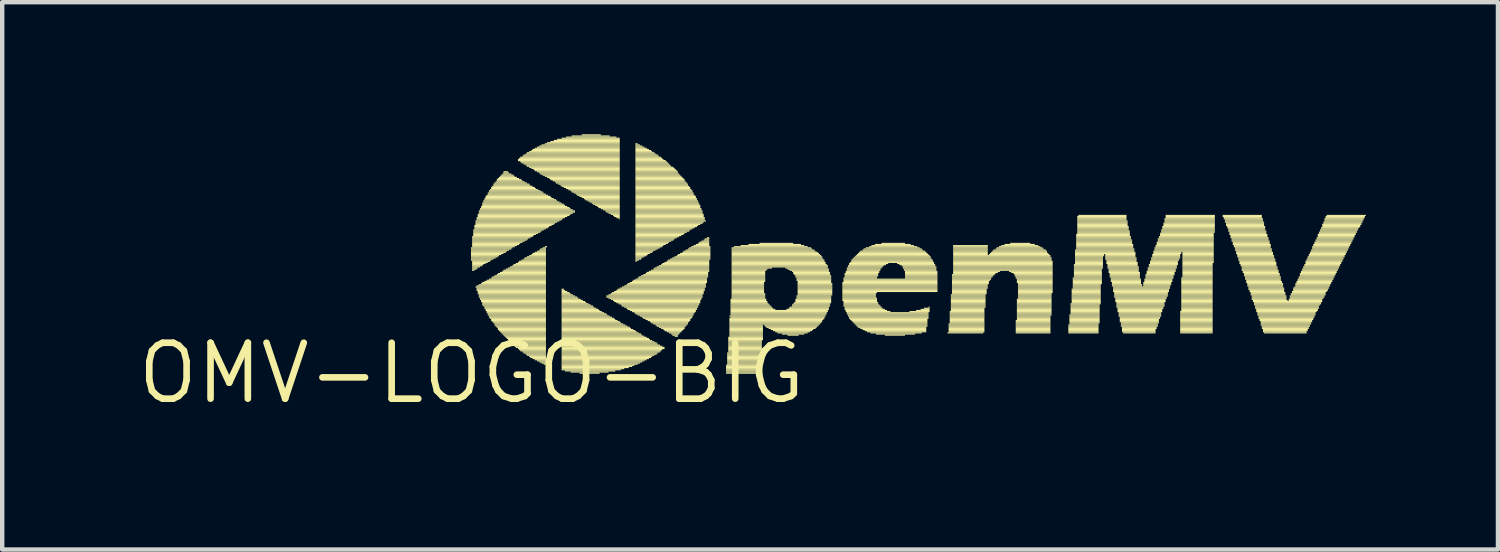
<source format=kicad_pcb>
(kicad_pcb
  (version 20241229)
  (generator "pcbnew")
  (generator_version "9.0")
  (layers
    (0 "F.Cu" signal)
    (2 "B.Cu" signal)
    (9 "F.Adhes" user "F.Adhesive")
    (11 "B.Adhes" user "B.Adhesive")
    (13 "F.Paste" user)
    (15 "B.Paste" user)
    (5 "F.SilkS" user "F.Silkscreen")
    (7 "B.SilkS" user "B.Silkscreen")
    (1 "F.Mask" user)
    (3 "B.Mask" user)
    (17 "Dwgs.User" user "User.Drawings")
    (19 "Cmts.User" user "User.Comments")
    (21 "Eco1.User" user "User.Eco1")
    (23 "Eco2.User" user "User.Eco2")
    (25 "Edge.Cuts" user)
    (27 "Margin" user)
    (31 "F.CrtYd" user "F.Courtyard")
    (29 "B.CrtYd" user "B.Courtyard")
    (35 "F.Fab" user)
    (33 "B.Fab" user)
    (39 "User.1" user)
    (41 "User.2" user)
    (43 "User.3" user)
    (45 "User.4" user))
  (footprint "OMV-LOGO-BIG"
    (layer "F.Cu")
    (at 7.658 5.423)
    (property "Reference" "OMV-LOGO-BIG" (at 0 0 0) (layer "F.SilkS") (effects (font (size 1.27 1.27) (thickness 0.15))))
    (attr through_hole)
    (fp_poly (pts (xy -0.013 -2.832) (xy 0.927 -2.832) (xy 0.927 -2.857) (xy -0.013 -2.857)) (stroke (width 0) (type solid)) (fill yes) (layer "F.SilkS"))
    (fp_poly (pts (xy -0.013 -2.807) (xy 0.902 -2.807) (xy 0.902 -2.832) (xy -0.013 -2.832)) (stroke (width 0) (type solid)) (fill yes) (layer "F.SilkS"))
    (fp_poly (pts (xy -0.013 -2.781) (xy 0.851 -2.781) (xy 0.851 -2.807) (xy -0.013 -2.807)) (stroke (width 0) (type solid)) (fill yes) (layer "F.SilkS"))
    (fp_poly (pts (xy -0.013 -2.756) (xy 0.8 -2.756) (xy 0.8 -2.781) (xy -0.013 -2.781)) (stroke (width 0) (type solid)) (fill yes) (layer "F.SilkS"))
    (fp_poly (pts (xy -0.013 -2.731) (xy 0.775 -2.731) (xy 0.775 -2.756) (xy -0.013 -2.756)) (stroke (width 0) (type solid)) (fill yes) (layer "F.SilkS"))
    (fp_poly (pts (xy -0.013 -2.705) (xy 0.724 -2.705) (xy 0.724 -2.731) (xy -0.013 -2.731)) (stroke (width 0) (type solid)) (fill yes) (layer "F.SilkS"))
    (fp_poly (pts (xy -0.013 -2.68) (xy 0.673 -2.68) (xy 0.673 -2.705) (xy -0.013 -2.705)) (stroke (width 0) (type solid)) (fill yes) (layer "F.SilkS"))
    (fp_poly (pts (xy -0.013 -2.654) (xy 0.622 -2.654) (xy 0.622 -2.68) (xy -0.013 -2.68)) (stroke (width 0) (type solid)) (fill yes) (layer "F.SilkS"))
    (fp_poly (pts (xy -0.013 -2.629) (xy 0.597 -2.629) (xy 0.597 -2.654) (xy -0.013 -2.654)) (stroke (width 0) (type solid)) (fill yes) (layer "F.SilkS"))
    (fp_poly (pts (xy -0.013 -2.603) (xy 0.546 -2.603) (xy 0.546 -2.629) (xy -0.013 -2.629)) (stroke (width 0) (type solid)) (fill yes) (layer "F.SilkS"))
    (fp_poly (pts (xy -0.013 -2.578) (xy 0.495 -2.578) (xy 0.495 -2.603) (xy -0.013 -2.603)) (stroke (width 0) (type solid)) (fill yes) (layer "F.SilkS"))
    (fp_poly (pts (xy -0.013 -2.553) (xy 0.445 -2.553) (xy 0.445 -2.578) (xy -0.013 -2.578)) (stroke (width 0) (type solid)) (fill yes) (layer "F.SilkS"))
    (fp_poly (pts (xy 0.013 -3.086) (xy 1.384 -3.086) (xy 1.384 -3.111) (xy 0.013 -3.111)) (stroke (width 0) (type solid)) (fill yes) (layer "F.SilkS"))
    (fp_poly (pts (xy 0.013 -3.061) (xy 1.333 -3.061) (xy 1.333 -3.086) (xy 0.013 -3.086)) (stroke (width 0) (type solid)) (fill yes) (layer "F.SilkS"))
    (fp_poly (pts (xy 0.013 -3.035) (xy 1.283 -3.035) (xy 1.283 -3.061) (xy 0.013 -3.061)) (stroke (width 0) (type solid)) (fill yes) (layer "F.SilkS"))
    (fp_poly (pts (xy 0.013 -3.01) (xy 1.257 -3.01) (xy 1.257 -3.035) (xy 0.013 -3.035)) (stroke (width 0) (type solid)) (fill yes) (layer "F.SilkS"))
    (fp_poly (pts (xy 0.013 -2.985) (xy 1.206 -2.985) (xy 1.206 -3.01) (xy 0.013 -3.01)) (stroke (width 0) (type solid)) (fill yes) (layer "F.SilkS"))
    (fp_poly (pts (xy 0.013 -2.959) (xy 1.156 -2.959) (xy 1.156 -2.985) (xy 0.013 -2.985)) (stroke (width 0) (type solid)) (fill yes) (layer "F.SilkS"))
    (fp_poly (pts (xy 0.013 -2.934) (xy 1.105 -2.934) (xy 1.105 -2.959) (xy 0.013 -2.959)) (stroke (width 0) (type solid)) (fill yes) (layer "F.SilkS"))
    (fp_poly (pts (xy 0.013 -2.908) (xy 1.079 -2.908) (xy 1.079 -2.934) (xy 0.013 -2.934)) (stroke (width 0) (type solid)) (fill yes) (layer "F.SilkS"))
    (fp_poly (pts (xy 0.013 -2.883) (xy 1.029 -2.883) (xy 1.029 -2.908) (xy 0.013 -2.908)) (stroke (width 0) (type solid)) (fill yes) (layer "F.SilkS"))
    (fp_poly (pts (xy 0.013 -2.857) (xy 0.978 -2.857) (xy 0.978 -2.883) (xy 0.013 -2.883)) (stroke (width 0) (type solid)) (fill yes) (layer "F.SilkS"))
    (fp_poly (pts (xy 0.013 -2.527) (xy 0.419 -2.527) (xy 0.419 -2.553) (xy 0.013 -2.553)) (stroke (width 0) (type solid)) (fill yes) (layer "F.SilkS"))
    (fp_poly (pts (xy 0.013 -2.502) (xy 0.368 -2.502) (xy 0.368 -2.527) (xy 0.013 -2.527)) (stroke (width 0) (type solid)) (fill yes) (layer "F.SilkS"))
    (fp_poly (pts (xy 0.013 -2.477) (xy 0.318 -2.477) (xy 0.318 -2.502) (xy 0.013 -2.502)) (stroke (width 0) (type solid)) (fill yes) (layer "F.SilkS"))
    (fp_poly (pts (xy 0.013 -2.451) (xy 0.267 -2.451) (xy 0.267 -2.477) (xy 0.013 -2.477)) (stroke (width 0) (type solid)) (fill yes) (layer "F.SilkS"))
    (fp_poly (pts (xy 0.013 -2.426) (xy 0.241 -2.426) (xy 0.241 -2.451) (xy 0.013 -2.451)) (stroke (width 0) (type solid)) (fill yes) (layer "F.SilkS"))
    (fp_poly (pts (xy 0.013 -2.4) (xy 0.191 -2.4) (xy 0.191 -2.426) (xy 0.013 -2.426)) (stroke (width 0) (type solid)) (fill yes) (layer "F.SilkS"))
    (fp_poly (pts (xy 0.013 -2.375) (xy 0.14 -2.375) (xy 0.14 -2.4) (xy 0.013 -2.4)) (stroke (width 0) (type solid)) (fill yes) (layer "F.SilkS"))
    (fp_poly (pts (xy 0.013 -2.349) (xy 0.114 -2.349) (xy 0.114 -2.375) (xy 0.013 -2.375)) (stroke (width 0) (type solid)) (fill yes) (layer "F.SilkS"))
    (fp_poly (pts (xy 0.013 -2.324) (xy 0.064 -2.324) (xy 0.064 -2.349) (xy 0.013 -2.349)) (stroke (width 0) (type solid)) (fill yes) (layer "F.SilkS"))
    (fp_poly (pts (xy 0.038 -3.239) (xy 1.638 -3.239) (xy 1.638 -3.264) (xy 0.038 -3.264)) (stroke (width 0) (type solid)) (fill yes) (layer "F.SilkS"))
    (fp_poly (pts (xy 0.038 -3.213) (xy 1.587 -3.213) (xy 1.587 -3.239) (xy 0.038 -3.239)) (stroke (width 0) (type solid)) (fill yes) (layer "F.SilkS"))
    (fp_poly (pts (xy 0.038 -3.188) (xy 1.562 -3.188) (xy 1.562 -3.213) (xy 0.038 -3.213)) (stroke (width 0) (type solid)) (fill yes) (layer "F.SilkS"))
    (fp_poly (pts (xy 0.038 -3.162) (xy 1.511 -3.162) (xy 1.511 -3.188) (xy 0.038 -3.188)) (stroke (width 0) (type solid)) (fill yes) (layer "F.SilkS"))
    (fp_poly (pts (xy 0.038 -3.137) (xy 1.46 -3.137) (xy 1.46 -3.162) (xy 0.038 -3.162)) (stroke (width 0) (type solid)) (fill yes) (layer "F.SilkS"))
    (fp_poly (pts (xy 0.038 -3.111) (xy 1.41 -3.111) (xy 1.41 -3.137) (xy 0.038 -3.137)) (stroke (width 0) (type solid)) (fill yes) (layer "F.SilkS"))
    (fp_poly (pts (xy 0.064 -3.34) (xy 1.816 -3.34) (xy 1.816 -3.365) (xy 0.064 -3.365)) (stroke (width 0) (type solid)) (fill yes) (layer "F.SilkS"))
    (fp_poly (pts (xy 0.064 -3.315) (xy 1.765 -3.315) (xy 1.765 -3.34) (xy 0.064 -3.34)) (stroke (width 0) (type solid)) (fill yes) (layer "F.SilkS"))
    (fp_poly (pts (xy 0.064 -3.289) (xy 1.74 -3.289) (xy 1.74 -3.315) (xy 0.064 -3.315)) (stroke (width 0) (type solid)) (fill yes) (layer "F.SilkS"))
    (fp_poly (pts (xy 0.064 -3.264) (xy 1.689 -3.264) (xy 1.689 -3.289) (xy 0.064 -3.289)) (stroke (width 0) (type solid)) (fill yes) (layer "F.SilkS"))
    (fp_poly (pts (xy 0.089 -3.442) (xy 1.994 -3.442) (xy 1.994 -3.467) (xy 0.089 -3.467)) (stroke (width 0) (type solid)) (fill yes) (layer "F.SilkS"))
    (fp_poly (pts (xy 0.089 -3.416) (xy 1.943 -3.416) (xy 1.943 -3.442) (xy 0.089 -3.442)) (stroke (width 0) (type solid)) (fill yes) (layer "F.SilkS"))
    (fp_poly (pts (xy 0.089 -3.391) (xy 1.892 -3.391) (xy 1.892 -3.416) (xy 0.089 -3.416)) (stroke (width 0) (type solid)) (fill yes) (layer "F.SilkS"))
    (fp_poly (pts (xy 0.089 -3.365) (xy 1.867 -3.365) (xy 1.867 -3.391) (xy 0.089 -3.391)) (stroke (width 0) (type solid)) (fill yes) (layer "F.SilkS"))
    (fp_poly (pts (xy 0.089 -1.943) (xy 1.689 -1.943) (xy 1.689 -1.968) (xy 0.089 -1.968)) (stroke (width 0) (type solid)) (fill yes) (layer "F.SilkS"))
    (fp_poly (pts (xy 0.114 -3.518) (xy 2.121 -3.518) (xy 2.121 -3.543) (xy 0.114 -3.543)) (stroke (width 0) (type solid)) (fill yes) (layer "F.SilkS"))
    (fp_poly (pts (xy 0.114 -3.493) (xy 2.07 -3.493) (xy 2.07 -3.518) (xy 0.114 -3.518)) (stroke (width 0) (type solid)) (fill yes) (layer "F.SilkS"))
    (fp_poly (pts (xy 0.114 -3.467) (xy 2.045 -3.467) (xy 2.045 -3.493) (xy 0.114 -3.493)) (stroke (width 0) (type solid)) (fill yes) (layer "F.SilkS"))
    (fp_poly (pts (xy 0.114 -1.968) (xy 1.689 -1.968) (xy 1.689 -1.994) (xy 0.114 -1.994)) (stroke (width 0) (type solid)) (fill yes) (layer "F.SilkS"))
    (fp_poly (pts (xy 0.114 -1.918) (xy 1.689 -1.918) (xy 1.689 -1.943) (xy 0.114 -1.943)) (stroke (width 0) (type solid)) (fill yes) (layer "F.SilkS"))
    (fp_poly (pts (xy 0.114 -1.892) (xy 1.689 -1.892) (xy 1.689 -1.918) (xy 0.114 -1.918)) (stroke (width 0) (type solid)) (fill yes) (layer "F.SilkS"))
    (fp_poly (pts (xy 0.114 -1.867) (xy 1.689 -1.867) (xy 1.689 -1.892) (xy 0.114 -1.892)) (stroke (width 0) (type solid)) (fill yes) (layer "F.SilkS"))
    (fp_poly (pts (xy 0.14 -3.594) (xy 2.248 -3.594) (xy 2.248 -3.619) (xy 0.14 -3.619)) (stroke (width 0) (type solid)) (fill yes) (layer "F.SilkS"))
    (fp_poly (pts (xy 0.14 -3.569) (xy 2.223 -3.569) (xy 2.223 -3.594) (xy 0.14 -3.594)) (stroke (width 0) (type solid)) (fill yes) (layer "F.SilkS"))
    (fp_poly (pts (xy 0.14 -3.543) (xy 2.172 -3.543) (xy 2.172 -3.569) (xy 0.14 -3.569)) (stroke (width 0) (type solid)) (fill yes) (layer "F.SilkS"))
    (fp_poly (pts (xy 0.14 -1.841) (xy 1.689 -1.841) (xy 1.689 -1.867) (xy 0.14 -1.867)) (stroke (width 0) (type solid)) (fill yes) (layer "F.SilkS"))
    (fp_poly (pts (xy 0.14 -1.816) (xy 1.689 -1.816) (xy 1.689 -1.841) (xy 0.14 -1.841)) (stroke (width 0) (type solid)) (fill yes) (layer "F.SilkS"))
    (fp_poly (pts (xy 0.14 -1.791) (xy 1.689 -1.791) (xy 1.689 -1.816) (xy 0.14 -1.816)) (stroke (width 0) (type solid)) (fill yes) (layer "F.SilkS"))
    (fp_poly (pts (xy 0.165 -3.67) (xy 2.349 -3.67) (xy 2.349 -3.696) (xy 0.165 -3.696)) (stroke (width 0) (type solid)) (fill yes) (layer "F.SilkS"))
    (fp_poly (pts (xy 0.165 -3.645) (xy 2.349 -3.645) (xy 2.349 -3.67) (xy 0.165 -3.67)) (stroke (width 0) (type solid)) (fill yes) (layer "F.SilkS"))
    (fp_poly (pts (xy 0.165 -3.619) (xy 2.299 -3.619) (xy 2.299 -3.645) (xy 0.165 -3.645)) (stroke (width 0) (type solid)) (fill yes) (layer "F.SilkS"))
    (fp_poly (pts (xy 0.165 -1.994) (xy 1.689 -1.994) (xy 1.689 -2.019) (xy 0.165 -2.019)) (stroke (width 0) (type solid)) (fill yes) (layer "F.SilkS"))
    (fp_poly (pts (xy 0.165 -1.765) (xy 1.689 -1.765) (xy 1.689 -1.791) (xy 0.165 -1.791)) (stroke (width 0) (type solid)) (fill yes) (layer "F.SilkS"))
    (fp_poly (pts (xy 0.165 -1.74) (xy 1.689 -1.74) (xy 1.689 -1.765) (xy 0.165 -1.765)) (stroke (width 0) (type solid)) (fill yes) (layer "F.SilkS"))
    (fp_poly (pts (xy 0.165 -1.714) (xy 1.689 -1.714) (xy 1.689 -1.74) (xy 0.165 -1.74)) (stroke (width 0) (type solid)) (fill yes) (layer "F.SilkS"))
    (fp_poly (pts (xy 0.191 -3.721) (xy 2.248 -3.721) (xy 2.248 -3.747) (xy 0.191 -3.747)) (stroke (width 0) (type solid)) (fill yes) (layer "F.SilkS"))
    (fp_poly (pts (xy 0.191 -3.696) (xy 2.299 -3.696) (xy 2.299 -3.721) (xy 0.191 -3.721)) (stroke (width 0) (type solid)) (fill yes) (layer "F.SilkS"))
    (fp_poly (pts (xy 0.191 -1.689) (xy 1.689 -1.689) (xy 1.689 -1.714) (xy 0.191 -1.714)) (stroke (width 0) (type solid)) (fill yes) (layer "F.SilkS"))
    (fp_poly (pts (xy 0.191 -1.664) (xy 1.689 -1.664) (xy 1.689 -1.689) (xy 0.191 -1.689)) (stroke (width 0) (type solid)) (fill yes) (layer "F.SilkS"))
    (fp_poly (pts (xy 0.216 -3.772) (xy 2.172 -3.772) (xy 2.172 -3.797) (xy 0.216 -3.797)) (stroke (width 0) (type solid)) (fill yes) (layer "F.SilkS"))
    (fp_poly (pts (xy 0.216 -3.747) (xy 2.223 -3.747) (xy 2.223 -3.772) (xy 0.216 -3.772)) (stroke (width 0) (type solid)) (fill yes) (layer "F.SilkS"))
    (fp_poly (pts (xy 0.216 -2.019) (xy 1.689 -2.019) (xy 1.689 -2.045) (xy 0.216 -2.045)) (stroke (width 0) (type solid)) (fill yes) (layer "F.SilkS"))
    (fp_poly (pts (xy 0.216 -1.638) (xy 1.689 -1.638) (xy 1.689 -1.664) (xy 0.216 -1.664)) (stroke (width 0) (type solid)) (fill yes) (layer "F.SilkS"))
    (fp_poly (pts (xy 0.216 -1.613) (xy 1.689 -1.613) (xy 1.689 -1.638) (xy 0.216 -1.638)) (stroke (width 0) (type solid)) (fill yes) (layer "F.SilkS"))
    (fp_poly (pts (xy 0.241 -3.848) (xy 2.045 -3.848) (xy 2.045 -3.873) (xy 0.241 -3.873)) (stroke (width 0) (type solid)) (fill yes) (layer "F.SilkS"))
    (fp_poly (pts (xy 0.241 -3.823) (xy 2.095 -3.823) (xy 2.095 -3.848) (xy 0.241 -3.848)) (stroke (width 0) (type solid)) (fill yes) (layer "F.SilkS"))
    (fp_poly (pts (xy 0.241 -3.797) (xy 2.121 -3.797) (xy 2.121 -3.823) (xy 0.241 -3.823)) (stroke (width 0) (type solid)) (fill yes) (layer "F.SilkS"))
    (fp_poly (pts (xy 0.241 -2.045) (xy 1.689 -2.045) (xy 1.689 -2.07) (xy 0.241 -2.07)) (stroke (width 0) (type solid)) (fill yes) (layer "F.SilkS"))
    (fp_poly (pts (xy 0.241 -1.587) (xy 1.689 -1.587) (xy 1.689 -1.613) (xy 0.241 -1.613)) (stroke (width 0) (type solid)) (fill yes) (layer "F.SilkS"))
    (fp_poly (pts (xy 0.241 -1.562) (xy 1.689 -1.562) (xy 1.689 -1.587) (xy 0.241 -1.587)) (stroke (width 0) (type solid)) (fill yes) (layer "F.SilkS"))
    (fp_poly (pts (xy 0.241 -1.537) (xy 1.689 -1.537) (xy 1.689 -1.562) (xy 0.241 -1.562)) (stroke (width 0) (type solid)) (fill yes) (layer "F.SilkS"))
    (fp_poly (pts (xy 0.267 -3.899) (xy 1.943 -3.899) (xy 1.943 -3.924) (xy 0.267 -3.924)) (stroke (width 0) (type solid)) (fill yes) (layer "F.SilkS"))
    (fp_poly (pts (xy 0.267 -3.873) (xy 1.994 -3.873) (xy 1.994 -3.899) (xy 0.267 -3.899)) (stroke (width 0) (type solid)) (fill yes) (layer "F.SilkS"))
    (fp_poly (pts (xy 0.267 -1.511) (xy 1.689 -1.511) (xy 1.689 -1.537) (xy 0.267 -1.537)) (stroke (width 0) (type solid)) (fill yes) (layer "F.SilkS"))
    (fp_poly (pts (xy 0.292 -3.95) (xy 1.867 -3.95) (xy 1.867 -3.975) (xy 0.292 -3.975)) (stroke (width 0) (type solid)) (fill yes) (layer "F.SilkS"))
    (fp_poly (pts (xy 0.292 -3.924) (xy 1.918 -3.924) (xy 1.918 -3.95) (xy 0.292 -3.95)) (stroke (width 0) (type solid)) (fill yes) (layer "F.SilkS"))
    (fp_poly (pts (xy 0.292 -2.07) (xy 1.689 -2.07) (xy 1.689 -2.095) (xy 0.292 -2.095)) (stroke (width 0) (type solid)) (fill yes) (layer "F.SilkS"))
    (fp_poly (pts (xy 0.292 -1.486) (xy 1.689 -1.486) (xy 1.689 -1.511) (xy 0.292 -1.511)) (stroke (width 0) (type solid)) (fill yes) (layer "F.SilkS"))
    (fp_poly (pts (xy 0.292 -1.46) (xy 1.689 -1.46) (xy 1.689 -1.486) (xy 0.292 -1.486)) (stroke (width 0) (type solid)) (fill yes) (layer "F.SilkS"))
    (fp_poly (pts (xy 0.318 -4) (xy 1.791 -4) (xy 1.791 -4.026) (xy 0.318 -4.026)) (stroke (width 0) (type solid)) (fill yes) (layer "F.SilkS"))
    (fp_poly (pts (xy 0.318 -3.975) (xy 1.816 -3.975) (xy 1.816 -4) (xy 0.318 -4)) (stroke (width 0) (type solid)) (fill yes) (layer "F.SilkS"))
    (fp_poly (pts (xy 0.318 -1.435) (xy 1.689 -1.435) (xy 1.689 -1.46) (xy 0.318 -1.46)) (stroke (width 0) (type solid)) (fill yes) (layer "F.SilkS"))
    (fp_poly (pts (xy 0.318 -1.41) (xy 1.689 -1.41) (xy 1.689 -1.435) (xy 0.318 -1.435)) (stroke (width 0) (type solid)) (fill yes) (layer "F.SilkS"))
    (fp_poly (pts (xy 0.343 -4.026) (xy 1.74 -4.026) (xy 1.74 -4.051) (xy 0.343 -4.051)) (stroke (width 0) (type solid)) (fill yes) (layer "F.SilkS"))
    (fp_poly (pts (xy 0.343 -2.095) (xy 1.689 -2.095) (xy 1.689 -2.121) (xy 0.343 -2.121)) (stroke (width 0) (type solid)) (fill yes) (layer "F.SilkS"))
    (fp_poly (pts (xy 0.343 -1.384) (xy 1.689 -1.384) (xy 1.689 -1.41) (xy 0.343 -1.41)) (stroke (width 0) (type solid)) (fill yes) (layer "F.SilkS"))
    (fp_poly (pts (xy 0.343 -1.359) (xy 1.689 -1.359) (xy 1.689 -1.384) (xy 0.343 -1.384)) (stroke (width 0) (type solid)) (fill yes) (layer "F.SilkS"))
    (fp_poly (pts (xy 0.368 -4.077) (xy 1.638 -4.077) (xy 1.638 -4.102) (xy 0.368 -4.102)) (stroke (width 0) (type solid)) (fill yes) (layer "F.SilkS"))
    (fp_poly (pts (xy 0.368 -4.051) (xy 1.689 -4.051) (xy 1.689 -4.077) (xy 0.368 -4.077)) (stroke (width 0) (type solid)) (fill yes) (layer "F.SilkS"))
    (fp_poly (pts (xy 0.368 -1.333) (xy 1.689 -1.333) (xy 1.689 -1.359) (xy 0.368 -1.359)) (stroke (width 0) (type solid)) (fill yes) (layer "F.SilkS"))
    (fp_poly (pts (xy 0.368 -1.308) (xy 1.689 -1.308) (xy 1.689 -1.333) (xy 0.368 -1.333)) (stroke (width 0) (type solid)) (fill yes) (layer "F.SilkS"))
    (fp_poly (pts (xy 0.394 -4.128) (xy 1.562 -4.128) (xy 1.562 -4.153) (xy 0.394 -4.153)) (stroke (width 0) (type solid)) (fill yes) (layer "F.SilkS"))
    (fp_poly (pts (xy 0.394 -4.102) (xy 1.613 -4.102) (xy 1.613 -4.128) (xy 0.394 -4.128)) (stroke (width 0) (type solid)) (fill yes) (layer "F.SilkS"))
    (fp_poly (pts (xy 0.394 -2.121) (xy 1.689 -2.121) (xy 1.689 -2.146) (xy 0.394 -2.146)) (stroke (width 0) (type solid)) (fill yes) (layer "F.SilkS"))
    (fp_poly (pts (xy 0.394 -1.283) (xy 1.689 -1.283) (xy 1.689 -1.308) (xy 0.394 -1.308)) (stroke (width 0) (type solid)) (fill yes) (layer "F.SilkS"))
    (fp_poly (pts (xy 0.394 -1.257) (xy 1.689 -1.257) (xy 1.689 -1.283) (xy 0.394 -1.283)) (stroke (width 0) (type solid)) (fill yes) (layer "F.SilkS"))
    (fp_poly (pts (xy 0.419 -4.153) (xy 1.511 -4.153) (xy 1.511 -4.178) (xy 0.419 -4.178)) (stroke (width 0) (type solid)) (fill yes) (layer "F.SilkS"))
    (fp_poly (pts (xy 0.419 -1.232) (xy 1.689 -1.232) (xy 1.689 -1.257) (xy 0.419 -1.257)) (stroke (width 0) (type solid)) (fill yes) (layer "F.SilkS"))
    (fp_poly (pts (xy 0.445 -4.204) (xy 1.435 -4.204) (xy 1.435 -4.229) (xy 0.445 -4.229)) (stroke (width 0) (type solid)) (fill yes) (layer "F.SilkS"))
    (fp_poly (pts (xy 0.445 -4.178) (xy 1.46 -4.178) (xy 1.46 -4.204) (xy 0.445 -4.204)) (stroke (width 0) (type solid)) (fill yes) (layer "F.SilkS"))
    (fp_poly (pts (xy 0.445 -2.146) (xy 1.689 -2.146) (xy 1.689 -2.172) (xy 0.445 -2.172)) (stroke (width 0) (type solid)) (fill yes) (layer "F.SilkS"))
    (fp_poly (pts (xy 0.445 -1.206) (xy 1.689 -1.206) (xy 1.689 -1.232) (xy 0.445 -1.232)) (stroke (width 0) (type solid)) (fill yes) (layer "F.SilkS"))
    (fp_poly (pts (xy 0.445 -1.181) (xy 1.689 -1.181) (xy 1.689 -1.206) (xy 0.445 -1.206)) (stroke (width 0) (type solid)) (fill yes) (layer "F.SilkS"))
    (fp_poly (pts (xy 0.47 -4.229) (xy 1.384 -4.229) (xy 1.384 -4.255) (xy 0.47 -4.255)) (stroke (width 0) (type solid)) (fill yes) (layer "F.SilkS"))
    (fp_poly (pts (xy 0.47 -2.172) (xy 1.689 -2.172) (xy 1.689 -2.197) (xy 0.47 -2.197)) (stroke (width 0) (type solid)) (fill yes) (layer "F.SilkS"))
    (fp_poly (pts (xy 0.47 -1.156) (xy 1.689 -1.156) (xy 1.689 -1.181) (xy 0.47 -1.181)) (stroke (width 0) (type solid)) (fill yes) (layer "F.SilkS"))
    (fp_poly (pts (xy 0.495 -4.28) (xy 1.308 -4.28) (xy 1.308 -4.305) (xy 0.495 -4.305)) (stroke (width 0) (type solid)) (fill yes) (layer "F.SilkS"))
    (fp_poly (pts (xy 0.495 -4.255) (xy 1.333 -4.255) (xy 1.333 -4.28) (xy 0.495 -4.28)) (stroke (width 0) (type solid)) (fill yes) (layer "F.SilkS"))
    (fp_poly (pts (xy 0.495 -1.13) (xy 1.689 -1.13) (xy 1.689 -1.156) (xy 0.495 -1.156)) (stroke (width 0) (type solid)) (fill yes) (layer "F.SilkS"))
    (fp_poly (pts (xy 0.521 -4.305) (xy 1.257 -4.305) (xy 1.257 -4.331) (xy 0.521 -4.331)) (stroke (width 0) (type solid)) (fill yes) (layer "F.SilkS"))
    (fp_poly (pts (xy 0.521 -2.197) (xy 1.689 -2.197) (xy 1.689 -2.223) (xy 0.521 -2.223)) (stroke (width 0) (type solid)) (fill yes) (layer "F.SilkS"))
    (fp_poly (pts (xy 0.521 -1.105) (xy 1.689 -1.105) (xy 1.689 -1.13) (xy 0.521 -1.13)) (stroke (width 0) (type solid)) (fill yes) (layer "F.SilkS"))
    (fp_poly (pts (xy 0.521 -1.079) (xy 1.689 -1.079) (xy 1.689 -1.105) (xy 0.521 -1.105)) (stroke (width 0) (type solid)) (fill yes) (layer "F.SilkS"))
    (fp_poly (pts (xy 0.546 -4.331) (xy 1.206 -4.331) (xy 1.206 -4.356) (xy 0.546 -4.356)) (stroke (width 0) (type solid)) (fill yes) (layer "F.SilkS"))
    (fp_poly (pts (xy 0.546 -1.054) (xy 1.689 -1.054) (xy 1.689 -1.079) (xy 0.546 -1.079)) (stroke (width 0) (type solid)) (fill yes) (layer "F.SilkS"))
    (fp_poly (pts (xy 0.572 -4.381) (xy 1.13 -4.381) (xy 1.13 -4.407) (xy 0.572 -4.407)) (stroke (width 0) (type solid)) (fill yes) (layer "F.SilkS"))
    (fp_poly (pts (xy 0.572 -4.356) (xy 1.156 -4.356) (xy 1.156 -4.381) (xy 0.572 -4.381)) (stroke (width 0) (type solid)) (fill yes) (layer "F.SilkS"))
    (fp_poly (pts (xy 0.572 -2.223) (xy 1.689 -2.223) (xy 1.689 -2.248) (xy 0.572 -2.248)) (stroke (width 0) (type solid)) (fill yes) (layer "F.SilkS"))
    (fp_poly (pts (xy 0.572 -1.029) (xy 1.689 -1.029) (xy 1.689 -1.054) (xy 0.572 -1.054)) (stroke (width 0) (type solid)) (fill yes) (layer "F.SilkS"))
    (fp_poly (pts (xy 0.597 -4.407) (xy 1.079 -4.407) (xy 1.079 -4.432) (xy 0.597 -4.432)) (stroke (width 0) (type solid)) (fill yes) (layer "F.SilkS"))
    (fp_poly (pts (xy 0.597 -2.248) (xy 1.689 -2.248) (xy 1.689 -2.273) (xy 0.597 -2.273)) (stroke (width 0) (type solid)) (fill yes) (layer "F.SilkS"))
    (fp_poly (pts (xy 0.597 -1.003) (xy 1.689 -1.003) (xy 1.689 -1.029) (xy 0.597 -1.029)) (stroke (width 0) (type solid)) (fill yes) (layer "F.SilkS"))
    (fp_poly (pts (xy 0.597 -0.978) (xy 1.689 -0.978) (xy 1.689 -1.003) (xy 0.597 -1.003)) (stroke (width 0) (type solid)) (fill yes) (layer "F.SilkS"))
    (fp_poly (pts (xy 0.622 -4.432) (xy 1.029 -4.432) (xy 1.029 -4.458) (xy 0.622 -4.458)) (stroke (width 0) (type solid)) (fill yes) (layer "F.SilkS"))
    (fp_poly (pts (xy 0.622 -0.953) (xy 1.689 -0.953) (xy 1.689 -0.978) (xy 0.622 -0.978)) (stroke (width 0) (type solid)) (fill yes) (layer "F.SilkS"))
    (fp_poly (pts (xy 0.648 -4.458) (xy 0.978 -4.458) (xy 0.978 -4.483) (xy 0.648 -4.483)) (stroke (width 0) (type solid)) (fill yes) (layer "F.SilkS"))
    (fp_poly (pts (xy 0.648 -2.273) (xy 1.689 -2.273) (xy 1.689 -2.299) (xy 0.648 -2.299)) (stroke (width 0) (type solid)) (fill yes) (layer "F.SilkS"))
    (fp_poly (pts (xy 0.648 -0.927) (xy 1.689 -0.927) (xy 1.689 -0.953) (xy 0.648 -0.953)) (stroke (width 0) (type solid)) (fill yes) (layer "F.SilkS"))
    (fp_poly (pts (xy 0.673 -4.483) (xy 0.953 -4.483) (xy 0.953 -4.508) (xy 0.673 -4.508)) (stroke (width 0) (type solid)) (fill yes) (layer "F.SilkS"))
    (fp_poly (pts (xy 0.673 -0.902) (xy 1.689 -0.902) (xy 1.689 -0.927) (xy 0.673 -0.927)) (stroke (width 0) (type solid)) (fill yes) (layer "F.SilkS"))
    (fp_poly (pts (xy 0.699 -4.508) (xy 0.902 -4.508) (xy 0.902 -4.534) (xy 0.699 -4.534)) (stroke (width 0) (type solid)) (fill yes) (layer "F.SilkS"))
    (fp_poly (pts (xy 0.699 -2.299) (xy 1.689 -2.299) (xy 1.689 -2.324) (xy 0.699 -2.324)) (stroke (width 0) (type solid)) (fill yes) (layer "F.SilkS"))
    (fp_poly (pts (xy 0.699 -0.876) (xy 1.689 -0.876) (xy 1.689 -0.902) (xy 0.699 -0.902)) (stroke (width 0) (type solid)) (fill yes) (layer "F.SilkS"))
    (fp_poly (pts (xy 0.724 -4.559) (xy 0.826 -4.559) (xy 0.826 -4.585) (xy 0.724 -4.585)) (stroke (width 0) (type solid)) (fill yes) (layer "F.SilkS"))
    (fp_poly (pts (xy 0.724 -4.534) (xy 0.851 -4.534) (xy 0.851 -4.559) (xy 0.724 -4.559)) (stroke (width 0) (type solid)) (fill yes) (layer "F.SilkS"))
    (fp_poly (pts (xy 0.724 -2.324) (xy 1.689 -2.324) (xy 1.689 -2.349) (xy 0.724 -2.349)) (stroke (width 0) (type solid)) (fill yes) (layer "F.SilkS"))
    (fp_poly (pts (xy 0.724 -0.851) (xy 1.689 -0.851) (xy 1.689 -0.876) (xy 0.724 -0.876)) (stroke (width 0) (type solid)) (fill yes) (layer "F.SilkS"))
    (fp_poly (pts (xy 0.749 -0.826) (xy 1.689 -0.826) (xy 1.689 -0.851) (xy 0.749 -0.851)) (stroke (width 0) (type solid)) (fill yes) (layer "F.SilkS"))
    (fp_poly (pts (xy 0.775 -2.349) (xy 1.689 -2.349) (xy 1.689 -2.375) (xy 0.775 -2.375)) (stroke (width 0) (type solid)) (fill yes) (layer "F.SilkS"))
    (fp_poly (pts (xy 0.775 -0.8) (xy 1.689 -0.8) (xy 1.689 -0.826) (xy 0.775 -0.826)) (stroke (width 0) (type solid)) (fill yes) (layer "F.SilkS"))
    (fp_poly (pts (xy 0.8 -0.775) (xy 1.689 -0.775) (xy 1.689 -0.8) (xy 0.8 -0.8)) (stroke (width 0) (type solid)) (fill yes) (layer "F.SilkS"))
    (fp_poly (pts (xy 0.826 -2.375) (xy 1.689 -2.375) (xy 1.689 -2.4) (xy 0.826 -2.4)) (stroke (width 0) (type solid)) (fill yes) (layer "F.SilkS"))
    (fp_poly (pts (xy 0.826 -0.749) (xy 1.689 -0.749) (xy 1.689 -0.775) (xy 0.826 -0.775)) (stroke (width 0) (type solid)) (fill yes) (layer "F.SilkS"))
    (fp_poly (pts (xy 0.851 -0.724) (xy 1.689 -0.724) (xy 1.689 -0.749) (xy 0.851 -0.749)) (stroke (width 0) (type solid)) (fill yes) (layer "F.SilkS"))
    (fp_poly (pts (xy 0.876 -2.4) (xy 1.689 -2.4) (xy 1.689 -2.426) (xy 0.876 -2.426)) (stroke (width 0) (type solid)) (fill yes) (layer "F.SilkS"))
    (fp_poly (pts (xy 0.876 -0.699) (xy 1.689 -0.699) (xy 1.689 -0.724) (xy 0.876 -0.724)) (stroke (width 0) (type solid)) (fill yes) (layer "F.SilkS"))
    (fp_poly (pts (xy 0.902 -0.673) (xy 1.689 -0.673) (xy 1.689 -0.699) (xy 0.902 -0.699)) (stroke (width 0) (type solid)) (fill yes) (layer "F.SilkS"))
    (fp_poly (pts (xy 0.927 -2.426) (xy 1.689 -2.426) (xy 1.689 -2.451) (xy 0.927 -2.451)) (stroke (width 0) (type solid)) (fill yes) (layer "F.SilkS"))
    (fp_poly (pts (xy 0.927 -0.648) (xy 1.689 -0.648) (xy 1.689 -0.673) (xy 0.927 -0.673)) (stroke (width 0) (type solid)) (fill yes) (layer "F.SilkS"))
    (fp_poly (pts (xy 0.953 -2.451) (xy 1.689 -2.451) (xy 1.689 -2.477) (xy 0.953 -2.477)) (stroke (width 0) (type solid)) (fill yes) (layer "F.SilkS"))
    (fp_poly (pts (xy 0.953 -0.622) (xy 1.689 -0.622) (xy 1.689 -0.648) (xy 0.953 -0.648)) (stroke (width 0) (type solid)) (fill yes) (layer "F.SilkS"))
    (fp_poly (pts (xy 0.978 -0.597) (xy 1.689 -0.597) (xy 1.689 -0.622) (xy 0.978 -0.622)) (stroke (width 0) (type solid)) (fill yes) (layer "F.SilkS"))
    (fp_poly (pts (xy 1.003 -2.477) (xy 1.689 -2.477) (xy 1.689 -2.502) (xy 1.003 -2.502)) (stroke (width 0) (type solid)) (fill yes) (layer "F.SilkS"))
    (fp_poly (pts (xy 1.003 -0.572) (xy 1.689 -0.572) (xy 1.689 -0.597) (xy 1.003 -0.597)) (stroke (width 0) (type solid)) (fill yes) (layer "F.SilkS"))
    (fp_poly (pts (xy 1.054 -4.839) (xy 3.365 -4.839) (xy 3.365 -4.864) (xy 1.054 -4.864)) (stroke (width 0) (type solid)) (fill yes) (layer "F.SilkS"))
    (fp_poly (pts (xy 1.054 -4.813) (xy 3.365 -4.813) (xy 3.365 -4.839) (xy 1.054 -4.839)) (stroke (width 0) (type solid)) (fill yes) (layer "F.SilkS"))
    (fp_poly (pts (xy 1.054 -2.502) (xy 1.689 -2.502) (xy 1.689 -2.527) (xy 1.054 -2.527)) (stroke (width 0) (type solid)) (fill yes) (layer "F.SilkS"))
    (fp_poly (pts (xy 1.054 -0.546) (xy 1.689 -0.546) (xy 1.689 -0.572) (xy 1.054 -0.572)) (stroke (width 0) (type solid)) (fill yes) (layer "F.SilkS"))
    (fp_poly (pts (xy 1.079 -4.864) (xy 3.365 -4.864) (xy 3.365 -4.889) (xy 1.079 -4.889)) (stroke (width 0) (type solid)) (fill yes) (layer "F.SilkS"))
    (fp_poly (pts (xy 1.079 -2.527) (xy 1.689 -2.527) (xy 1.689 -2.553) (xy 1.079 -2.553)) (stroke (width 0) (type solid)) (fill yes) (layer "F.SilkS"))
    (fp_poly (pts (xy 1.079 -0.521) (xy 1.689 -0.521) (xy 1.689 -0.546) (xy 1.079 -0.546)) (stroke (width 0) (type solid)) (fill yes) (layer "F.SilkS"))
    (fp_poly (pts (xy 1.105 -4.889) (xy 3.365 -4.889) (xy 3.365 -4.915) (xy 1.105 -4.915)) (stroke (width 0) (type solid)) (fill yes) (layer "F.SilkS"))
    (fp_poly (pts (xy 1.105 -4.788) (xy 3.365 -4.788) (xy 3.365 -4.813) (xy 1.105 -4.813)) (stroke (width 0) (type solid)) (fill yes) (layer "F.SilkS"))
    (fp_poly (pts (xy 1.105 -0.495) (xy 1.689 -0.495) (xy 1.689 -0.521) (xy 1.105 -0.521)) (stroke (width 0) (type solid)) (fill yes) (layer "F.SilkS"))
    (fp_poly (pts (xy 1.13 -4.763) (xy 3.365 -4.763) (xy 3.365 -4.788) (xy 1.13 -4.788)) (stroke (width 0) (type solid)) (fill yes) (layer "F.SilkS"))
    (fp_poly (pts (xy 1.13 -2.553) (xy 1.689 -2.553) (xy 1.689 -2.578) (xy 1.13 -2.578)) (stroke (width 0) (type solid)) (fill yes) (layer "F.SilkS"))
    (fp_poly (pts (xy 1.156 -4.915) (xy 3.365 -4.915) (xy 3.365 -4.94) (xy 1.156 -4.94)) (stroke (width 0) (type solid)) (fill yes) (layer "F.SilkS"))
    (fp_poly (pts (xy 1.156 -0.47) (xy 1.689 -0.47) (xy 1.689 -0.495) (xy 1.156 -0.495)) (stroke (width 0) (type solid)) (fill yes) (layer "F.SilkS"))
    (fp_poly (pts (xy 1.181 -4.94) (xy 3.365 -4.94) (xy 3.365 -4.966) (xy 1.181 -4.966)) (stroke (width 0) (type solid)) (fill yes) (layer "F.SilkS"))
    (fp_poly (pts (xy 1.181 -4.737) (xy 3.365 -4.737) (xy 3.365 -4.763) (xy 1.181 -4.763)) (stroke (width 0) (type solid)) (fill yes) (layer "F.SilkS"))
    (fp_poly (pts (xy 1.181 -2.578) (xy 1.689 -2.578) (xy 1.689 -2.603) (xy 1.181 -2.603)) (stroke (width 0) (type solid)) (fill yes) (layer "F.SilkS"))
    (fp_poly (pts (xy 1.181 -0.445) (xy 1.689 -0.445) (xy 1.689 -0.47) (xy 1.181 -0.47)) (stroke (width 0) (type solid)) (fill yes) (layer "F.SilkS"))
    (fp_poly (pts (xy 1.206 -2.603) (xy 1.689 -2.603) (xy 1.689 -2.629) (xy 1.206 -2.629)) (stroke (width 0) (type solid)) (fill yes) (layer "F.SilkS"))
    (fp_poly (pts (xy 1.232 -4.966) (xy 3.365 -4.966) (xy 3.365 -4.991) (xy 1.232 -4.991)) (stroke (width 0) (type solid)) (fill yes) (layer "F.SilkS"))
    (fp_poly (pts (xy 1.232 -4.712) (xy 3.365 -4.712) (xy 3.365 -4.737) (xy 1.232 -4.737)) (stroke (width 0) (type solid)) (fill yes) (layer "F.SilkS"))
    (fp_poly (pts (xy 1.232 -0.419) (xy 1.689 -0.419) (xy 1.689 -0.445) (xy 1.232 -0.445)) (stroke (width 0) (type solid)) (fill yes) (layer "F.SilkS"))
    (fp_poly (pts (xy 1.257 -4.991) (xy 3.365 -4.991) (xy 3.365 -5.016) (xy 1.257 -5.016)) (stroke (width 0) (type solid)) (fill yes) (layer "F.SilkS"))
    (fp_poly (pts (xy 1.257 -4.686) (xy 3.365 -4.686) (xy 3.365 -4.712) (xy 1.257 -4.712)) (stroke (width 0) (type solid)) (fill yes) (layer "F.SilkS"))
    (fp_poly (pts (xy 1.257 -2.629) (xy 1.689 -2.629) (xy 1.689 -2.654) (xy 1.257 -2.654)) (stroke (width 0) (type solid)) (fill yes) (layer "F.SilkS"))
    (fp_poly (pts (xy 1.257 -0.394) (xy 1.689 -0.394) (xy 1.689 -0.419) (xy 1.257 -0.419)) (stroke (width 0) (type solid)) (fill yes) (layer "F.SilkS"))
    (fp_poly (pts (xy 1.308 -5.016) (xy 3.365 -5.016) (xy 3.365 -5.042) (xy 1.308 -5.042)) (stroke (width 0) (type solid)) (fill yes) (layer "F.SilkS"))
    (fp_poly (pts (xy 1.308 -4.661) (xy 3.365 -4.661) (xy 3.365 -4.686) (xy 1.308 -4.686)) (stroke (width 0) (type solid)) (fill yes) (layer "F.SilkS"))
    (fp_poly (pts (xy 1.308 -2.654) (xy 1.689 -2.654) (xy 1.689 -2.68) (xy 1.308 -2.68)) (stroke (width 0) (type solid)) (fill yes) (layer "F.SilkS"))
    (fp_poly (pts (xy 1.308 -0.368) (xy 1.689 -0.368) (xy 1.689 -0.394) (xy 1.308 -0.394)) (stroke (width 0) (type solid)) (fill yes) (layer "F.SilkS"))
    (fp_poly (pts (xy 1.333 -0.343) (xy 1.689 -0.343) (xy 1.689 -0.368) (xy 1.333 -0.368)) (stroke (width 0) (type solid)) (fill yes) (layer "F.SilkS"))
    (fp_poly (pts (xy 1.359 -5.042) (xy 3.365 -5.042) (xy 3.365 -5.067) (xy 1.359 -5.067)) (stroke (width 0) (type solid)) (fill yes) (layer "F.SilkS"))
    (fp_poly (pts (xy 1.359 -4.636) (xy 3.365 -4.636) (xy 3.365 -4.661) (xy 1.359 -4.661)) (stroke (width 0) (type solid)) (fill yes) (layer "F.SilkS"))
    (fp_poly (pts (xy 1.359 -2.68) (xy 1.689 -2.68) (xy 1.689 -2.705) (xy 1.359 -2.705)) (stroke (width 0) (type solid)) (fill yes) (layer "F.SilkS"))
    (fp_poly (pts (xy 1.384 -5.067) (xy 3.365 -5.067) (xy 3.365 -5.093) (xy 1.384 -5.093)) (stroke (width 0) (type solid)) (fill yes) (layer "F.SilkS"))
    (fp_poly (pts (xy 1.384 -2.705) (xy 1.689 -2.705) (xy 1.689 -2.731) (xy 1.384 -2.731)) (stroke (width 0) (type solid)) (fill yes) (layer "F.SilkS"))
    (fp_poly (pts (xy 1.384 -0.318) (xy 1.689 -0.318) (xy 1.689 -0.343) (xy 1.384 -0.343)) (stroke (width 0) (type solid)) (fill yes) (layer "F.SilkS"))
    (fp_poly (pts (xy 1.41 -4.61) (xy 3.365 -4.61) (xy 3.365 -4.636) (xy 1.41 -4.636)) (stroke (width 0) (type solid)) (fill yes) (layer "F.SilkS"))
    (fp_poly (pts (xy 1.435 -5.093) (xy 3.365 -5.093) (xy 3.365 -5.118) (xy 1.435 -5.118)) (stroke (width 0) (type solid)) (fill yes) (layer "F.SilkS"))
    (fp_poly (pts (xy 1.435 -4.585) (xy 3.365 -4.585) (xy 3.365 -4.61) (xy 1.435 -4.61)) (stroke (width 0) (type solid)) (fill yes) (layer "F.SilkS"))
    (fp_poly (pts (xy 1.435 -2.731) (xy 1.689 -2.731) (xy 1.689 -2.756) (xy 1.435 -2.756)) (stroke (width 0) (type solid)) (fill yes) (layer "F.SilkS"))
    (fp_poly (pts (xy 1.435 -0.292) (xy 1.689 -0.292) (xy 1.689 -0.318) (xy 1.435 -0.318)) (stroke (width 0) (type solid)) (fill yes) (layer "F.SilkS"))
    (fp_poly (pts (xy 1.486 -5.118) (xy 3.365 -5.118) (xy 3.365 -5.144) (xy 1.486 -5.144)) (stroke (width 0) (type solid)) (fill yes) (layer "F.SilkS"))
    (fp_poly (pts (xy 1.486 -4.559) (xy 3.365 -4.559) (xy 3.365 -4.585) (xy 1.486 -4.585)) (stroke (width 0) (type solid)) (fill yes) (layer "F.SilkS"))
    (fp_poly (pts (xy 1.486 -2.756) (xy 1.689 -2.756) (xy 1.689 -2.781) (xy 1.486 -2.781)) (stroke (width 0) (type solid)) (fill yes) (layer "F.SilkS"))
    (fp_poly (pts (xy 1.486 -0.267) (xy 1.689 -0.267) (xy 1.689 -0.292) (xy 1.486 -0.292)) (stroke (width 0) (type solid)) (fill yes) (layer "F.SilkS"))
    (fp_poly (pts (xy 1.537 -5.144) (xy 3.365 -5.144) (xy 3.365 -5.169) (xy 1.537 -5.169)) (stroke (width 0) (type solid)) (fill yes) (layer "F.SilkS"))
    (fp_poly (pts (xy 1.537 -4.534) (xy 3.365 -4.534) (xy 3.365 -4.559) (xy 1.537 -4.559)) (stroke (width 0) (type solid)) (fill yes) (layer "F.SilkS"))
    (fp_poly (pts (xy 1.537 -2.781) (xy 1.689 -2.781) (xy 1.689 -2.807) (xy 1.537 -2.807)) (stroke (width 0) (type solid)) (fill yes) (layer "F.SilkS"))
    (fp_poly (pts (xy 1.537 -0.241) (xy 1.689 -0.241) (xy 1.689 -0.267) (xy 1.537 -0.267)) (stroke (width 0) (type solid)) (fill yes) (layer "F.SilkS"))
    (fp_poly (pts (xy 1.562 -4.508) (xy 3.365 -4.508) (xy 3.365 -4.534) (xy 1.562 -4.534)) (stroke (width 0) (type solid)) (fill yes) (layer "F.SilkS"))
    (fp_poly (pts (xy 1.562 -2.807) (xy 1.689 -2.807) (xy 1.689 -2.832) (xy 1.562 -2.832)) (stroke (width 0) (type solid)) (fill yes) (layer "F.SilkS"))
    (fp_poly (pts (xy 1.587 -5.169) (xy 3.365 -5.169) (xy 3.365 -5.194) (xy 1.587 -5.194)) (stroke (width 0) (type solid)) (fill yes) (layer "F.SilkS"))
    (fp_poly (pts (xy 1.587 -0.216) (xy 1.689 -0.216) (xy 1.689 -0.241) (xy 1.587 -0.241)) (stroke (width 0) (type solid)) (fill yes) (layer "F.SilkS"))
    (fp_poly (pts (xy 1.613 -4.483) (xy 3.365 -4.483) (xy 3.365 -4.508) (xy 1.613 -4.508)) (stroke (width 0) (type solid)) (fill yes) (layer "F.SilkS"))
    (fp_poly (pts (xy 1.613 -2.832) (xy 1.689 -2.832) (xy 1.689 -2.857) (xy 1.613 -2.857)) (stroke (width 0) (type solid)) (fill yes) (layer "F.SilkS"))
    (fp_poly (pts (xy 1.638 -0.191) (xy 1.689 -0.191) (xy 1.689 -0.216) (xy 1.638 -0.216)) (stroke (width 0) (type solid)) (fill yes) (layer "F.SilkS"))
    (fp_poly (pts (xy 1.664 -5.194) (xy 3.365 -5.194) (xy 3.365 -5.22) (xy 1.664 -5.22)) (stroke (width 0) (type solid)) (fill yes) (layer "F.SilkS"))
    (fp_poly (pts (xy 1.664 -4.458) (xy 3.365 -4.458) (xy 3.365 -4.483) (xy 1.664 -4.483)) (stroke (width 0) (type solid)) (fill yes) (layer "F.SilkS"))
    (fp_poly (pts (xy 1.664 -2.857) (xy 1.714 -2.857) (xy 1.714 -2.883) (xy 1.664 -2.883)) (stroke (width 0) (type solid)) (fill yes) (layer "F.SilkS"))
    (fp_poly (pts (xy 1.714 -5.22) (xy 3.365 -5.22) (xy 3.365 -5.245) (xy 1.714 -5.245)) (stroke (width 0) (type solid)) (fill yes) (layer "F.SilkS"))
    (fp_poly (pts (xy 1.714 -4.432) (xy 3.365 -4.432) (xy 3.365 -4.458) (xy 1.714 -4.458)) (stroke (width 0) (type solid)) (fill yes) (layer "F.SilkS"))
    (fp_poly (pts (xy 1.765 -4.407) (xy 3.365 -4.407) (xy 3.365 -4.432) (xy 1.765 -4.432)) (stroke (width 0) (type solid)) (fill yes) (layer "F.SilkS"))
    (fp_poly (pts (xy 1.791 -5.245) (xy 3.365 -5.245) (xy 3.365 -5.271) (xy 1.791 -5.271)) (stroke (width 0) (type solid)) (fill yes) (layer "F.SilkS"))
    (fp_poly (pts (xy 1.791 -4.381) (xy 3.365 -4.381) (xy 3.365 -4.407) (xy 1.791 -4.407)) (stroke (width 0) (type solid)) (fill yes) (layer "F.SilkS"))
    (fp_poly (pts (xy 1.841 -4.356) (xy 3.365 -4.356) (xy 3.365 -4.381) (xy 1.841 -4.381)) (stroke (width 0) (type solid)) (fill yes) (layer "F.SilkS"))
    (fp_poly (pts (xy 1.867 -5.271) (xy 3.365 -5.271) (xy 3.365 -5.296) (xy 1.867 -5.296)) (stroke (width 0) (type solid)) (fill yes) (layer "F.SilkS"))
    (fp_poly (pts (xy 1.892 -4.331) (xy 3.365 -4.331) (xy 3.365 -4.356) (xy 1.892 -4.356)) (stroke (width 0) (type solid)) (fill yes) (layer "F.SilkS"))
    (fp_poly (pts (xy 1.918 -4.305) (xy 3.365 -4.305) (xy 3.365 -4.331) (xy 1.918 -4.331)) (stroke (width 0) (type solid)) (fill yes) (layer "F.SilkS"))
    (fp_poly (pts (xy 1.943 -5.296) (xy 3.365 -5.296) (xy 3.365 -5.321) (xy 1.943 -5.321)) (stroke (width 0) (type solid)) (fill yes) (layer "F.SilkS"))
    (fp_poly (pts (xy 1.968 -4.28) (xy 3.365 -4.28) (xy 3.365 -4.305) (xy 1.968 -4.305)) (stroke (width 0) (type solid)) (fill yes) (layer "F.SilkS"))
    (fp_poly (pts (xy 2.019 -4.255) (xy 3.365 -4.255) (xy 3.365 -4.28) (xy 2.019 -4.28)) (stroke (width 0) (type solid)) (fill yes) (layer "F.SilkS"))
    (fp_poly (pts (xy 2.045 -5.321) (xy 3.365 -5.321) (xy 3.365 -5.347) (xy 2.045 -5.347)) (stroke (width 0) (type solid)) (fill yes) (layer "F.SilkS"))
    (fp_poly (pts (xy 2.045 -4.229) (xy 3.365 -4.229) (xy 3.365 -4.255) (xy 2.045 -4.255)) (stroke (width 0) (type solid)) (fill yes) (layer "F.SilkS"))
    (fp_poly (pts (xy 2.045 -1.892) (xy 2.095 -1.892) (xy 2.095 -1.918) (xy 2.045 -1.918)) (stroke (width 0) (type solid)) (fill yes) (layer "F.SilkS"))
    (fp_poly (pts (xy 2.045 -1.867) (xy 2.121 -1.867) (xy 2.121 -1.892) (xy 2.045 -1.892)) (stroke (width 0) (type solid)) (fill yes) (layer "F.SilkS"))
    (fp_poly (pts (xy 2.045 -1.841) (xy 2.172 -1.841) (xy 2.172 -1.867) (xy 2.045 -1.867)) (stroke (width 0) (type solid)) (fill yes) (layer "F.SilkS"))
    (fp_poly (pts (xy 2.045 -1.816) (xy 2.223 -1.816) (xy 2.223 -1.841) (xy 2.045 -1.841)) (stroke (width 0) (type solid)) (fill yes) (layer "F.SilkS"))
    (fp_poly (pts (xy 2.045 -1.791) (xy 2.248 -1.791) (xy 2.248 -1.816) (xy 2.045 -1.816)) (stroke (width 0) (type solid)) (fill yes) (layer "F.SilkS"))
    (fp_poly (pts (xy 2.045 -1.765) (xy 2.299 -1.765) (xy 2.299 -1.791) (xy 2.045 -1.791)) (stroke (width 0) (type solid)) (fill yes) (layer "F.SilkS"))
    (fp_poly (pts (xy 2.045 -1.74) (xy 2.349 -1.74) (xy 2.349 -1.765) (xy 2.045 -1.765)) (stroke (width 0) (type solid)) (fill yes) (layer "F.SilkS"))
    (fp_poly (pts (xy 2.045 -1.714) (xy 2.4 -1.714) (xy 2.4 -1.74) (xy 2.045 -1.74)) (stroke (width 0) (type solid)) (fill yes) (layer "F.SilkS"))
    (fp_poly (pts (xy 2.045 -1.689) (xy 2.426 -1.689) (xy 2.426 -1.714) (xy 2.045 -1.714)) (stroke (width 0) (type solid)) (fill yes) (layer "F.SilkS"))
    (fp_poly (pts (xy 2.045 -1.664) (xy 2.477 -1.664) (xy 2.477 -1.689) (xy 2.045 -1.689)) (stroke (width 0) (type solid)) (fill yes) (layer "F.SilkS"))
    (fp_poly (pts (xy 2.045 -1.638) (xy 2.527 -1.638) (xy 2.527 -1.664) (xy 2.045 -1.664)) (stroke (width 0) (type solid)) (fill yes) (layer "F.SilkS"))
    (fp_poly (pts (xy 2.045 -1.613) (xy 2.578 -1.613) (xy 2.578 -1.638) (xy 2.045 -1.638)) (stroke (width 0) (type solid)) (fill yes) (layer "F.SilkS"))
    (fp_poly (pts (xy 2.045 -1.587) (xy 2.603 -1.587) (xy 2.603 -1.613) (xy 2.045 -1.613)) (stroke (width 0) (type solid)) (fill yes) (layer "F.SilkS"))
    (fp_poly (pts (xy 2.045 -1.562) (xy 2.654 -1.562) (xy 2.654 -1.587) (xy 2.045 -1.587)) (stroke (width 0) (type solid)) (fill yes) (layer "F.SilkS"))
    (fp_poly (pts (xy 2.045 -1.537) (xy 2.705 -1.537) (xy 2.705 -1.562) (xy 2.045 -1.562)) (stroke (width 0) (type solid)) (fill yes) (layer "F.SilkS"))
    (fp_poly (pts (xy 2.045 -1.511) (xy 2.756 -1.511) (xy 2.756 -1.537) (xy 2.045 -1.537)) (stroke (width 0) (type solid)) (fill yes) (layer "F.SilkS"))
    (fp_poly (pts (xy 2.045 -1.486) (xy 2.781 -1.486) (xy 2.781 -1.511) (xy 2.045 -1.511)) (stroke (width 0) (type solid)) (fill yes) (layer "F.SilkS"))
    (fp_poly (pts (xy 2.045 -1.46) (xy 2.832 -1.46) (xy 2.832 -1.486) (xy 2.045 -1.486)) (stroke (width 0) (type solid)) (fill yes) (layer "F.SilkS"))
    (fp_poly (pts (xy 2.045 -1.435) (xy 2.883 -1.435) (xy 2.883 -1.46) (xy 2.045 -1.46)) (stroke (width 0) (type solid)) (fill yes) (layer "F.SilkS"))
    (fp_poly (pts (xy 2.045 -1.41) (xy 2.908 -1.41) (xy 2.908 -1.435) (xy 2.045 -1.435)) (stroke (width 0) (type solid)) (fill yes) (layer "F.SilkS"))
    (fp_poly (pts (xy 2.045 -1.384) (xy 2.959 -1.384) (xy 2.959 -1.41) (xy 2.045 -1.41)) (stroke (width 0) (type solid)) (fill yes) (layer "F.SilkS"))
    (fp_poly (pts (xy 2.045 -1.359) (xy 3.01 -1.359) (xy 3.01 -1.384) (xy 2.045 -1.384)) (stroke (width 0) (type solid)) (fill yes) (layer "F.SilkS"))
    (fp_poly (pts (xy 2.045 -1.333) (xy 3.061 -1.333) (xy 3.061 -1.359) (xy 2.045 -1.359)) (stroke (width 0) (type solid)) (fill yes) (layer "F.SilkS"))
    (fp_poly (pts (xy 2.045 -1.308) (xy 3.086 -1.308) (xy 3.086 -1.333) (xy 2.045 -1.333)) (stroke (width 0) (type solid)) (fill yes) (layer "F.SilkS"))
    (fp_poly (pts (xy 2.045 -1.283) (xy 3.137 -1.283) (xy 3.137 -1.308) (xy 2.045 -1.308)) (stroke (width 0) (type solid)) (fill yes) (layer "F.SilkS"))
    (fp_poly (pts (xy 2.045 -1.257) (xy 3.188 -1.257) (xy 3.188 -1.283) (xy 2.045 -1.283)) (stroke (width 0) (type solid)) (fill yes) (layer "F.SilkS"))
    (fp_poly (pts (xy 2.045 -1.232) (xy 3.239 -1.232) (xy 3.239 -1.257) (xy 2.045 -1.257)) (stroke (width 0) (type solid)) (fill yes) (layer "F.SilkS"))
    (fp_poly (pts (xy 2.045 -1.206) (xy 3.264 -1.206) (xy 3.264 -1.232) (xy 2.045 -1.232)) (stroke (width 0) (type solid)) (fill yes) (layer "F.SilkS"))
    (fp_poly (pts (xy 2.045 -1.181) (xy 3.315 -1.181) (xy 3.315 -1.206) (xy 2.045 -1.206)) (stroke (width 0) (type solid)) (fill yes) (layer "F.SilkS"))
    (fp_poly (pts (xy 2.045 -1.156) (xy 3.365 -1.156) (xy 3.365 -1.181) (xy 2.045 -1.181)) (stroke (width 0) (type solid)) (fill yes) (layer "F.SilkS"))
    (fp_poly (pts (xy 2.045 -1.13) (xy 3.391 -1.13) (xy 3.391 -1.156) (xy 2.045 -1.156)) (stroke (width 0) (type solid)) (fill yes) (layer "F.SilkS"))
    (fp_poly (pts (xy 2.045 -1.105) (xy 3.442 -1.105) (xy 3.442 -1.13) (xy 2.045 -1.13)) (stroke (width 0) (type solid)) (fill yes) (layer "F.SilkS"))
    (fp_poly (pts (xy 2.045 -1.079) (xy 3.493 -1.079) (xy 3.493 -1.105) (xy 2.045 -1.105)) (stroke (width 0) (type solid)) (fill yes) (layer "F.SilkS"))
    (fp_poly (pts (xy 2.045 -1.054) (xy 3.543 -1.054) (xy 3.543 -1.079) (xy 2.045 -1.079)) (stroke (width 0) (type solid)) (fill yes) (layer "F.SilkS"))
    (fp_poly (pts (xy 2.045 -1.029) (xy 3.594 -1.029) (xy 3.594 -1.054) (xy 2.045 -1.054)) (stroke (width 0) (type solid)) (fill yes) (layer "F.SilkS"))
    (fp_poly (pts (xy 2.045 -1.003) (xy 3.619 -1.003) (xy 3.619 -1.029) (xy 2.045 -1.029)) (stroke (width 0) (type solid)) (fill yes) (layer "F.SilkS"))
    (fp_poly (pts (xy 2.045 -0.978) (xy 3.67 -0.978) (xy 3.67 -1.003) (xy 2.045 -1.003)) (stroke (width 0) (type solid)) (fill yes) (layer "F.SilkS"))
    (fp_poly (pts (xy 2.045 -0.953) (xy 3.721 -0.953) (xy 3.721 -0.978) (xy 2.045 -0.978)) (stroke (width 0) (type solid)) (fill yes) (layer "F.SilkS"))
    (fp_poly (pts (xy 2.045 -0.927) (xy 3.747 -0.927) (xy 3.747 -0.953) (xy 2.045 -0.953)) (stroke (width 0) (type solid)) (fill yes) (layer "F.SilkS"))
    (fp_poly (pts (xy 2.045 -0.902) (xy 3.797 -0.902) (xy 3.797 -0.927) (xy 2.045 -0.927)) (stroke (width 0) (type solid)) (fill yes) (layer "F.SilkS"))
    (fp_poly (pts (xy 2.045 -0.876) (xy 3.848 -0.876) (xy 3.848 -0.902) (xy 2.045 -0.902)) (stroke (width 0) (type solid)) (fill yes) (layer "F.SilkS"))
    (fp_poly (pts (xy 2.045 -0.851) (xy 3.873 -0.851) (xy 3.873 -0.876) (xy 2.045 -0.876)) (stroke (width 0) (type solid)) (fill yes) (layer "F.SilkS"))
    (fp_poly (pts (xy 2.045 -0.826) (xy 3.924 -0.826) (xy 3.924 -0.851) (xy 2.045 -0.851)) (stroke (width 0) (type solid)) (fill yes) (layer "F.SilkS"))
    (fp_poly (pts (xy 2.045 -0.8) (xy 3.975 -0.8) (xy 3.975 -0.826) (xy 2.045 -0.826)) (stroke (width 0) (type solid)) (fill yes) (layer "F.SilkS"))
    (fp_poly (pts (xy 2.045 -0.775) (xy 4.026 -0.775) (xy 4.026 -0.8) (xy 2.045 -0.8)) (stroke (width 0) (type solid)) (fill yes) (layer "F.SilkS"))
    (fp_poly (pts (xy 2.045 -0.749) (xy 4.051 -0.749) (xy 4.051 -0.775) (xy 2.045 -0.775)) (stroke (width 0) (type solid)) (fill yes) (layer "F.SilkS"))
    (fp_poly (pts (xy 2.045 -0.724) (xy 4.102 -0.724) (xy 4.102 -0.749) (xy 2.045 -0.749)) (stroke (width 0) (type solid)) (fill yes) (layer "F.SilkS"))
    (fp_poly (pts (xy 2.045 -0.699) (xy 4.153 -0.699) (xy 4.153 -0.724) (xy 2.045 -0.724)) (stroke (width 0) (type solid)) (fill yes) (layer "F.SilkS"))
    (fp_poly (pts (xy 2.045 -0.673) (xy 4.204 -0.673) (xy 4.204 -0.699) (xy 2.045 -0.699)) (stroke (width 0) (type solid)) (fill yes) (layer "F.SilkS"))
    (fp_poly (pts (xy 2.045 -0.648) (xy 4.229 -0.648) (xy 4.229 -0.673) (xy 2.045 -0.673)) (stroke (width 0) (type solid)) (fill yes) (layer "F.SilkS"))
    (fp_poly (pts (xy 2.045 -0.622) (xy 4.28 -0.622) (xy 4.28 -0.648) (xy 2.045 -0.648)) (stroke (width 0) (type solid)) (fill yes) (layer "F.SilkS"))
    (fp_poly (pts (xy 2.045 -0.597) (xy 4.331 -0.597) (xy 4.331 -0.622) (xy 2.045 -0.622)) (stroke (width 0) (type solid)) (fill yes) (layer "F.SilkS"))
    (fp_poly (pts (xy 2.045 -0.572) (xy 4.381 -0.572) (xy 4.381 -0.597) (xy 2.045 -0.597)) (stroke (width 0) (type solid)) (fill yes) (layer "F.SilkS"))
    (fp_poly (pts (xy 2.045 -0.546) (xy 4.381 -0.546) (xy 4.381 -0.572) (xy 2.045 -0.572)) (stroke (width 0) (type solid)) (fill yes) (layer "F.SilkS"))
    (fp_poly (pts (xy 2.045 -0.521) (xy 4.331 -0.521) (xy 4.331 -0.546) (xy 2.045 -0.546)) (stroke (width 0) (type solid)) (fill yes) (layer "F.SilkS"))
    (fp_poly (pts (xy 2.045 -0.495) (xy 4.305 -0.495) (xy 4.305 -0.521) (xy 2.045 -0.521)) (stroke (width 0) (type solid)) (fill yes) (layer "F.SilkS"))
    (fp_poly (pts (xy 2.045 -0.47) (xy 4.28 -0.47) (xy 4.28 -0.495) (xy 2.045 -0.495)) (stroke (width 0) (type solid)) (fill yes) (layer "F.SilkS"))
    (fp_poly (pts (xy 2.045 -0.445) (xy 4.229 -0.445) (xy 4.229 -0.47) (xy 2.045 -0.47)) (stroke (width 0) (type solid)) (fill yes) (layer "F.SilkS"))
    (fp_poly (pts (xy 2.045 -0.419) (xy 4.204 -0.419) (xy 4.204 -0.445) (xy 2.045 -0.445)) (stroke (width 0) (type solid)) (fill yes) (layer "F.SilkS"))
    (fp_poly (pts (xy 2.045 -0.394) (xy 4.153 -0.394) (xy 4.153 -0.419) (xy 2.045 -0.419)) (stroke (width 0) (type solid)) (fill yes) (layer "F.SilkS"))
    (fp_poly (pts (xy 2.045 -0.368) (xy 4.102 -0.368) (xy 4.102 -0.394) (xy 2.045 -0.394)) (stroke (width 0) (type solid)) (fill yes) (layer "F.SilkS"))
    (fp_poly (pts (xy 2.045 -0.343) (xy 4.077 -0.343) (xy 4.077 -0.368) (xy 2.045 -0.368)) (stroke (width 0) (type solid)) (fill yes) (layer "F.SilkS"))
    (fp_poly (pts (xy 2.045 -0.318) (xy 4.026 -0.318) (xy 4.026 -0.343) (xy 2.045 -0.343)) (stroke (width 0) (type solid)) (fill yes) (layer "F.SilkS"))
    (fp_poly (pts (xy 2.045 -0.292) (xy 3.975 -0.292) (xy 3.975 -0.318) (xy 2.045 -0.318)) (stroke (width 0) (type solid)) (fill yes) (layer "F.SilkS"))
    (fp_poly (pts (xy 2.045 -0.267) (xy 3.924 -0.267) (xy 3.924 -0.292) (xy 2.045 -0.292)) (stroke (width 0) (type solid)) (fill yes) (layer "F.SilkS"))
    (fp_poly (pts (xy 2.045 -0.241) (xy 3.873 -0.241) (xy 3.873 -0.267) (xy 2.045 -0.267)) (stroke (width 0) (type solid)) (fill yes) (layer "F.SilkS"))
    (fp_poly (pts (xy 2.045 -0.216) (xy 3.823 -0.216) (xy 3.823 -0.241) (xy 2.045 -0.241)) (stroke (width 0) (type solid)) (fill yes) (layer "F.SilkS"))
    (fp_poly (pts (xy 2.045 -0.191) (xy 3.772 -0.191) (xy 3.772 -0.216) (xy 2.045 -0.216)) (stroke (width 0) (type solid)) (fill yes) (layer "F.SilkS"))
    (fp_poly (pts (xy 2.045 -0.165) (xy 3.696 -0.165) (xy 3.696 -0.191) (xy 2.045 -0.191)) (stroke (width 0) (type solid)) (fill yes) (layer "F.SilkS"))
    (fp_poly (pts (xy 2.045 -0.14) (xy 3.645 -0.14) (xy 3.645 -0.165) (xy 2.045 -0.165)) (stroke (width 0) (type solid)) (fill yes) (layer "F.SilkS"))
    (fp_poly (pts (xy 2.045 -0.114) (xy 3.569 -0.114) (xy 3.569 -0.14) (xy 2.045 -0.14)) (stroke (width 0) (type solid)) (fill yes) (layer "F.SilkS"))
    (fp_poly (pts (xy 2.045 -0.089) (xy 3.467 -0.089) (xy 3.467 -0.114) (xy 2.045 -0.114)) (stroke (width 0) (type solid)) (fill yes) (layer "F.SilkS"))
    (fp_poly (pts (xy 2.045 -0.064) (xy 3.391 -0.064) (xy 3.391 -0.089) (xy 2.045 -0.089)) (stroke (width 0) (type solid)) (fill yes) (layer "F.SilkS"))
    (fp_poly (pts (xy 2.095 -4.204) (xy 3.365 -4.204) (xy 3.365 -4.229) (xy 2.095 -4.229)) (stroke (width 0) (type solid)) (fill yes) (layer "F.SilkS"))
    (fp_poly (pts (xy 2.121 -0.038) (xy 3.264 -0.038) (xy 3.264 -0.064) (xy 2.121 -0.064)) (stroke (width 0) (type solid)) (fill yes) (layer "F.SilkS"))
    (fp_poly (pts (xy 2.146 -5.347) (xy 3.289 -5.347) (xy 3.289 -5.372) (xy 2.146 -5.372)) (stroke (width 0) (type solid)) (fill yes) (layer "F.SilkS"))
    (fp_poly (pts (xy 2.146 -4.178) (xy 3.365 -4.178) (xy 3.365 -4.204) (xy 2.146 -4.204)) (stroke (width 0) (type solid)) (fill yes) (layer "F.SilkS"))
    (fp_poly (pts (xy 2.197 -4.153) (xy 3.365 -4.153) (xy 3.365 -4.178) (xy 2.197 -4.178)) (stroke (width 0) (type solid)) (fill yes) (layer "F.SilkS"))
    (fp_poly (pts (xy 2.248 -4.128) (xy 3.365 -4.128) (xy 3.365 -4.153) (xy 2.248 -4.153)) (stroke (width 0) (type solid)) (fill yes) (layer "F.SilkS"))
    (fp_poly (pts (xy 2.248 -0.013) (xy 3.111 -0.013) (xy 3.111 -0.038) (xy 2.248 -0.038)) (stroke (width 0) (type solid)) (fill yes) (layer "F.SilkS"))
    (fp_poly (pts (xy 2.273 -5.372) (xy 3.137 -5.372) (xy 3.137 -5.397) (xy 2.273 -5.397)) (stroke (width 0) (type solid)) (fill yes) (layer "F.SilkS"))
    (fp_poly (pts (xy 2.273 -4.102) (xy 3.365 -4.102) (xy 3.365 -4.128) (xy 2.273 -4.128)) (stroke (width 0) (type solid)) (fill yes) (layer "F.SilkS"))
    (fp_poly (pts (xy 2.324 -4.077) (xy 3.365 -4.077) (xy 3.365 -4.102) (xy 2.324 -4.102)) (stroke (width 0) (type solid)) (fill yes) (layer "F.SilkS"))
    (fp_poly (pts (xy 2.375 -4.051) (xy 3.365 -4.051) (xy 3.365 -4.077) (xy 2.375 -4.077)) (stroke (width 0) (type solid)) (fill yes) (layer "F.SilkS"))
    (fp_poly (pts (xy 2.4 -4.026) (xy 3.365 -4.026) (xy 3.365 -4.051) (xy 2.4 -4.051)) (stroke (width 0) (type solid)) (fill yes) (layer "F.SilkS"))
    (fp_poly (pts (xy 2.451 -4) (xy 3.365 -4) (xy 3.365 -4.026) (xy 2.451 -4.026)) (stroke (width 0) (type solid)) (fill yes) (layer "F.SilkS"))
    (fp_poly (pts (xy 2.451 0.013) (xy 2.908 0.013) (xy 2.908 -0.013) (xy 2.451 -0.013)) (stroke (width 0) (type solid)) (fill yes) (layer "F.SilkS"))
    (fp_poly (pts (xy 2.502 -5.397) (xy 2.934 -5.397) (xy 2.934 -5.423) (xy 2.502 -5.423)) (stroke (width 0) (type solid)) (fill yes) (layer "F.SilkS"))
    (fp_poly (pts (xy 2.502 -3.975) (xy 3.365 -3.975) (xy 3.365 -4) (xy 2.502 -4)) (stroke (width 0) (type solid)) (fill yes) (layer "F.SilkS"))
    (fp_poly (pts (xy 2.553 -3.95) (xy 3.365 -3.95) (xy 3.365 -3.975) (xy 2.553 -3.975)) (stroke (width 0) (type solid)) (fill yes) (layer "F.SilkS"))
    (fp_poly (pts (xy 2.578 -3.924) (xy 3.365 -3.924) (xy 3.365 -3.95) (xy 2.578 -3.95)) (stroke (width 0) (type solid)) (fill yes) (layer "F.SilkS"))
    (fp_poly (pts (xy 2.629 -3.899) (xy 3.365 -3.899) (xy 3.365 -3.924) (xy 2.629 -3.924)) (stroke (width 0) (type solid)) (fill yes) (layer "F.SilkS"))
    (fp_poly (pts (xy 2.68 -3.873) (xy 3.365 -3.873) (xy 3.365 -3.899) (xy 2.68 -3.899)) (stroke (width 0) (type solid)) (fill yes) (layer "F.SilkS"))
    (fp_poly (pts (xy 2.731 -3.848) (xy 3.365 -3.848) (xy 3.365 -3.873) (xy 2.731 -3.873)) (stroke (width 0) (type solid)) (fill yes) (layer "F.SilkS"))
    (fp_poly (pts (xy 2.756 -3.823) (xy 3.365 -3.823) (xy 3.365 -3.848) (xy 2.756 -3.848)) (stroke (width 0) (type solid)) (fill yes) (layer "F.SilkS"))
    (fp_poly (pts (xy 2.807 -3.797) (xy 3.365 -3.797) (xy 3.365 -3.823) (xy 2.807 -3.823)) (stroke (width 0) (type solid)) (fill yes) (layer "F.SilkS"))
    (fp_poly (pts (xy 2.857 -3.772) (xy 3.365 -3.772) (xy 3.365 -3.797) (xy 2.857 -3.797)) (stroke (width 0) (type solid)) (fill yes) (layer "F.SilkS"))
    (fp_poly (pts (xy 2.883 -3.747) (xy 3.365 -3.747) (xy 3.365 -3.772) (xy 2.883 -3.772)) (stroke (width 0) (type solid)) (fill yes) (layer "F.SilkS"))
    (fp_poly (pts (xy 2.934 -3.721) (xy 3.365 -3.721) (xy 3.365 -3.747) (xy 2.934 -3.747)) (stroke (width 0) (type solid)) (fill yes) (layer "F.SilkS"))
    (fp_poly (pts (xy 2.985 -3.696) (xy 3.365 -3.696) (xy 3.365 -3.721) (xy 2.985 -3.721)) (stroke (width 0) (type solid)) (fill yes) (layer "F.SilkS"))
    (fp_poly (pts (xy 3.035 -3.67) (xy 3.365 -3.67) (xy 3.365 -3.696) (xy 3.035 -3.696)) (stroke (width 0) (type solid)) (fill yes) (layer "F.SilkS"))
    (fp_poly (pts (xy 3.061 -3.645) (xy 3.365 -3.645) (xy 3.365 -3.67) (xy 3.061 -3.67)) (stroke (width 0) (type solid)) (fill yes) (layer "F.SilkS"))
    (fp_poly (pts (xy 3.061 -1.74) (xy 5.245 -1.74) (xy 5.245 -1.765) (xy 3.061 -1.765)) (stroke (width 0) (type solid)) (fill yes) (layer "F.SilkS"))
    (fp_poly (pts (xy 3.061 -1.714) (xy 5.245 -1.714) (xy 5.245 -1.74) (xy 3.061 -1.74)) (stroke (width 0) (type solid)) (fill yes) (layer "F.SilkS"))
    (fp_poly (pts (xy 3.111 -3.619) (xy 3.365 -3.619) (xy 3.365 -3.645) (xy 3.111 -3.645)) (stroke (width 0) (type solid)) (fill yes) (layer "F.SilkS"))
    (fp_poly (pts (xy 3.111 -1.765) (xy 5.245 -1.765) (xy 5.245 -1.791) (xy 3.111 -1.791)) (stroke (width 0) (type solid)) (fill yes) (layer "F.SilkS"))
    (fp_poly (pts (xy 3.111 -1.689) (xy 5.22 -1.689) (xy 5.22 -1.714) (xy 3.111 -1.714)) (stroke (width 0) (type solid)) (fill yes) (layer "F.SilkS"))
    (fp_poly (pts (xy 3.162 -3.594) (xy 3.365 -3.594) (xy 3.365 -3.619) (xy 3.162 -3.619)) (stroke (width 0) (type solid)) (fill yes) (layer "F.SilkS"))
    (fp_poly (pts (xy 3.162 -1.791) (xy 5.271 -1.791) (xy 5.271 -1.816) (xy 3.162 -1.816)) (stroke (width 0) (type solid)) (fill yes) (layer "F.SilkS"))
    (fp_poly (pts (xy 3.162 -1.664) (xy 5.22 -1.664) (xy 5.22 -1.689) (xy 3.162 -1.689)) (stroke (width 0) (type solid)) (fill yes) (layer "F.SilkS"))
    (fp_poly (pts (xy 3.188 -1.816) (xy 5.271 -1.816) (xy 5.271 -1.841) (xy 3.188 -1.841)) (stroke (width 0) (type solid)) (fill yes) (layer "F.SilkS"))
    (fp_poly (pts (xy 3.213 -3.569) (xy 3.365 -3.569) (xy 3.365 -3.594) (xy 3.213 -3.594)) (stroke (width 0) (type solid)) (fill yes) (layer "F.SilkS"))
    (fp_poly (pts (xy 3.213 -1.638) (xy 5.194 -1.638) (xy 5.194 -1.664) (xy 3.213 -1.664)) (stroke (width 0) (type solid)) (fill yes) (layer "F.SilkS"))
    (fp_poly (pts (xy 3.239 -3.543) (xy 3.365 -3.543) (xy 3.365 -3.569) (xy 3.239 -3.569)) (stroke (width 0) (type solid)) (fill yes) (layer "F.SilkS"))
    (fp_poly (pts (xy 3.239 -1.841) (xy 5.271 -1.841) (xy 5.271 -1.867) (xy 3.239 -1.867)) (stroke (width 0) (type solid)) (fill yes) (layer "F.SilkS"))
    (fp_poly (pts (xy 3.239 -1.613) (xy 5.194 -1.613) (xy 5.194 -1.638) (xy 3.239 -1.638)) (stroke (width 0) (type solid)) (fill yes) (layer "F.SilkS"))
    (fp_poly (pts (xy 3.289 -3.518) (xy 3.365 -3.518) (xy 3.365 -3.543) (xy 3.289 -3.543)) (stroke (width 0) (type solid)) (fill yes) (layer "F.SilkS"))
    (fp_poly (pts (xy 3.289 -1.867) (xy 5.296 -1.867) (xy 5.296 -1.892) (xy 3.289 -1.892)) (stroke (width 0) (type solid)) (fill yes) (layer "F.SilkS"))
    (fp_poly (pts (xy 3.289 -1.587) (xy 5.194 -1.587) (xy 5.194 -1.613) (xy 3.289 -1.613)) (stroke (width 0) (type solid)) (fill yes) (layer "F.SilkS"))
    (fp_poly (pts (xy 3.315 -1.892) (xy 5.296 -1.892) (xy 5.296 -1.918) (xy 3.315 -1.918)) (stroke (width 0) (type solid)) (fill yes) (layer "F.SilkS"))
    (fp_poly (pts (xy 3.34 -3.493) (xy 3.365 -3.493) (xy 3.365 -3.518) (xy 3.34 -3.518)) (stroke (width 0) (type solid)) (fill yes) (layer "F.SilkS"))
    (fp_poly (pts (xy 3.34 -1.562) (xy 5.169 -1.562) (xy 5.169 -1.587) (xy 3.34 -1.587)) (stroke (width 0) (type solid)) (fill yes) (layer "F.SilkS"))
    (fp_poly (pts (xy 3.365 -1.918) (xy 5.296 -1.918) (xy 5.296 -1.943) (xy 3.365 -1.943)) (stroke (width 0) (type solid)) (fill yes) (layer "F.SilkS"))
    (fp_poly (pts (xy 3.391 -1.537) (xy 5.169 -1.537) (xy 5.169 -1.562) (xy 3.391 -1.562)) (stroke (width 0) (type solid)) (fill yes) (layer "F.SilkS"))
    (fp_poly (pts (xy 3.416 -1.943) (xy 5.321 -1.943) (xy 5.321 -1.968) (xy 3.416 -1.968)) (stroke (width 0) (type solid)) (fill yes) (layer "F.SilkS"))
    (fp_poly (pts (xy 3.416 -1.511) (xy 5.144 -1.511) (xy 5.144 -1.537) (xy 3.416 -1.537)) (stroke (width 0) (type solid)) (fill yes) (layer "F.SilkS"))
    (fp_poly (pts (xy 3.467 -1.968) (xy 5.321 -1.968) (xy 5.321 -1.994) (xy 3.467 -1.994)) (stroke (width 0) (type solid)) (fill yes) (layer "F.SilkS"))
    (fp_poly (pts (xy 3.467 -1.486) (xy 5.144 -1.486) (xy 5.144 -1.511) (xy 3.467 -1.511)) (stroke (width 0) (type solid)) (fill yes) (layer "F.SilkS"))
    (fp_poly (pts (xy 3.518 -1.994) (xy 5.321 -1.994) (xy 5.321 -2.019) (xy 3.518 -2.019)) (stroke (width 0) (type solid)) (fill yes) (layer "F.SilkS"))
    (fp_poly (pts (xy 3.518 -1.46) (xy 5.118 -1.46) (xy 5.118 -1.486) (xy 3.518 -1.486)) (stroke (width 0) (type solid)) (fill yes) (layer "F.SilkS"))
    (fp_poly (pts (xy 3.543 -2.019) (xy 5.321 -2.019) (xy 5.321 -2.045) (xy 3.543 -2.045)) (stroke (width 0) (type solid)) (fill yes) (layer "F.SilkS"))
    (fp_poly (pts (xy 3.543 -1.435) (xy 5.118 -1.435) (xy 5.118 -1.46) (xy 3.543 -1.46)) (stroke (width 0) (type solid)) (fill yes) (layer "F.SilkS"))
    (fp_poly (pts (xy 3.594 -2.045) (xy 5.347 -2.045) (xy 5.347 -2.07) (xy 3.594 -2.07)) (stroke (width 0) (type solid)) (fill yes) (layer "F.SilkS"))
    (fp_poly (pts (xy 3.594 -1.41) (xy 5.093 -1.41) (xy 5.093 -1.435) (xy 3.594 -1.435)) (stroke (width 0) (type solid)) (fill yes) (layer "F.SilkS"))
    (fp_poly (pts (xy 3.645 -2.07) (xy 5.347 -2.07) (xy 5.347 -2.095) (xy 3.645 -2.095)) (stroke (width 0) (type solid)) (fill yes) (layer "F.SilkS"))
    (fp_poly (pts (xy 3.645 -1.384) (xy 5.093 -1.384) (xy 5.093 -1.41) (xy 3.645 -1.41)) (stroke (width 0) (type solid)) (fill yes) (layer "F.SilkS"))
    (fp_poly (pts (xy 3.67 -2.095) (xy 5.347 -2.095) (xy 5.347 -2.121) (xy 3.67 -2.121)) (stroke (width 0) (type solid)) (fill yes) (layer "F.SilkS"))
    (fp_poly (pts (xy 3.696 -1.359) (xy 5.067 -1.359) (xy 5.067 -1.384) (xy 3.696 -1.384)) (stroke (width 0) (type solid)) (fill yes) (layer "F.SilkS"))
    (fp_poly (pts (xy 3.721 -5.194) (xy 3.772 -5.194) (xy 3.772 -5.22) (xy 3.721 -5.22)) (stroke (width 0) (type solid)) (fill yes) (layer "F.SilkS"))
    (fp_poly (pts (xy 3.721 -5.169) (xy 3.823 -5.169) (xy 3.823 -5.194) (xy 3.721 -5.194)) (stroke (width 0) (type solid)) (fill yes) (layer "F.SilkS"))
    (fp_poly (pts (xy 3.721 -5.144) (xy 3.873 -5.144) (xy 3.873 -5.169) (xy 3.721 -5.169)) (stroke (width 0) (type solid)) (fill yes) (layer "F.SilkS"))
    (fp_poly (pts (xy 3.721 -5.118) (xy 3.924 -5.118) (xy 3.924 -5.144) (xy 3.721 -5.144)) (stroke (width 0) (type solid)) (fill yes) (layer "F.SilkS"))
    (fp_poly (pts (xy 3.721 -5.093) (xy 3.975 -5.093) (xy 3.975 -5.118) (xy 3.721 -5.118)) (stroke (width 0) (type solid)) (fill yes) (layer "F.SilkS"))
    (fp_poly (pts (xy 3.721 -5.067) (xy 4.026 -5.067) (xy 4.026 -5.093) (xy 3.721 -5.093)) (stroke (width 0) (type solid)) (fill yes) (layer "F.SilkS"))
    (fp_poly (pts (xy 3.721 -5.042) (xy 4.077 -5.042) (xy 4.077 -5.067) (xy 3.721 -5.067)) (stroke (width 0) (type solid)) (fill yes) (layer "F.SilkS"))
    (fp_poly (pts (xy 3.721 -5.016) (xy 4.102 -5.016) (xy 4.102 -5.042) (xy 3.721 -5.042)) (stroke (width 0) (type solid)) (fill yes) (layer "F.SilkS"))
    (fp_poly (pts (xy 3.721 -4.991) (xy 4.153 -4.991) (xy 4.153 -5.016) (xy 3.721 -5.016)) (stroke (width 0) (type solid)) (fill yes) (layer "F.SilkS"))
    (fp_poly (pts (xy 3.721 -4.966) (xy 4.178 -4.966) (xy 4.178 -4.991) (xy 3.721 -4.991)) (stroke (width 0) (type solid)) (fill yes) (layer "F.SilkS"))
    (fp_poly (pts (xy 3.721 -4.94) (xy 4.229 -4.94) (xy 4.229 -4.966) (xy 3.721 -4.966)) (stroke (width 0) (type solid)) (fill yes) (layer "F.SilkS"))
    (fp_poly (pts (xy 3.721 -4.915) (xy 4.255 -4.915) (xy 4.255 -4.94) (xy 3.721 -4.94)) (stroke (width 0) (type solid)) (fill yes) (layer "F.SilkS"))
    (fp_poly (pts (xy 3.721 -4.889) (xy 4.305 -4.889) (xy 4.305 -4.915) (xy 3.721 -4.915)) (stroke (width 0) (type solid)) (fill yes) (layer "F.SilkS"))
    (fp_poly (pts (xy 3.721 -4.864) (xy 4.331 -4.864) (xy 4.331 -4.889) (xy 3.721 -4.889)) (stroke (width 0) (type solid)) (fill yes) (layer "F.SilkS"))
    (fp_poly (pts (xy 3.721 -4.839) (xy 4.356 -4.839) (xy 4.356 -4.864) (xy 3.721 -4.864)) (stroke (width 0) (type solid)) (fill yes) (layer "F.SilkS"))
    (fp_poly (pts (xy 3.721 -4.813) (xy 4.407 -4.813) (xy 4.407 -4.839) (xy 3.721 -4.839)) (stroke (width 0) (type solid)) (fill yes) (layer "F.SilkS"))
    (fp_poly (pts (xy 3.721 -4.788) (xy 4.432 -4.788) (xy 4.432 -4.813) (xy 3.721 -4.813)) (stroke (width 0) (type solid)) (fill yes) (layer "F.SilkS"))
    (fp_poly (pts (xy 3.721 -4.763) (xy 4.458 -4.763) (xy 4.458 -4.788) (xy 3.721 -4.788)) (stroke (width 0) (type solid)) (fill yes) (layer "F.SilkS"))
    (fp_poly (pts (xy 3.721 -4.737) (xy 4.483 -4.737) (xy 4.483 -4.763) (xy 3.721 -4.763)) (stroke (width 0) (type solid)) (fill yes) (layer "F.SilkS"))
    (fp_poly (pts (xy 3.721 -4.712) (xy 4.508 -4.712) (xy 4.508 -4.737) (xy 3.721 -4.737)) (stroke (width 0) (type solid)) (fill yes) (layer "F.SilkS"))
    (fp_poly (pts (xy 3.721 -4.686) (xy 4.534 -4.686) (xy 4.534 -4.712) (xy 3.721 -4.712)) (stroke (width 0) (type solid)) (fill yes) (layer "F.SilkS"))
    (fp_poly (pts (xy 3.721 -4.661) (xy 4.585 -4.661) (xy 4.585 -4.686) (xy 3.721 -4.686)) (stroke (width 0) (type solid)) (fill yes) (layer "F.SilkS"))
    (fp_poly (pts (xy 3.721 -4.636) (xy 4.61 -4.636) (xy 4.61 -4.661) (xy 3.721 -4.661)) (stroke (width 0) (type solid)) (fill yes) (layer "F.SilkS"))
    (fp_poly (pts (xy 3.721 -4.61) (xy 4.636 -4.61) (xy 4.636 -4.636) (xy 3.721 -4.636)) (stroke (width 0) (type solid)) (fill yes) (layer "F.SilkS"))
    (fp_poly (pts (xy 3.721 -4.585) (xy 4.661 -4.585) (xy 4.661 -4.61) (xy 3.721 -4.61)) (stroke (width 0) (type solid)) (fill yes) (layer "F.SilkS"))
    (fp_poly (pts (xy 3.721 -4.559) (xy 4.686 -4.559) (xy 4.686 -4.585) (xy 3.721 -4.585)) (stroke (width 0) (type solid)) (fill yes) (layer "F.SilkS"))
    (fp_poly (pts (xy 3.721 -4.534) (xy 4.686 -4.534) (xy 4.686 -4.559) (xy 3.721 -4.559)) (stroke (width 0) (type solid)) (fill yes) (layer "F.SilkS"))
    (fp_poly (pts (xy 3.721 -4.508) (xy 4.712 -4.508) (xy 4.712 -4.534) (xy 3.721 -4.534)) (stroke (width 0) (type solid)) (fill yes) (layer "F.SilkS"))
    (fp_poly (pts (xy 3.721 -4.483) (xy 4.737 -4.483) (xy 4.737 -4.508) (xy 3.721 -4.508)) (stroke (width 0) (type solid)) (fill yes) (layer "F.SilkS"))
    (fp_poly (pts (xy 3.721 -4.458) (xy 4.763 -4.458) (xy 4.763 -4.483) (xy 3.721 -4.483)) (stroke (width 0) (type solid)) (fill yes) (layer "F.SilkS"))
    (fp_poly (pts (xy 3.721 -4.432) (xy 4.788 -4.432) (xy 4.788 -4.458) (xy 3.721 -4.458)) (stroke (width 0) (type solid)) (fill yes) (layer "F.SilkS"))
    (fp_poly (pts (xy 3.721 -4.407) (xy 4.813 -4.407) (xy 4.813 -4.432) (xy 3.721 -4.432)) (stroke (width 0) (type solid)) (fill yes) (layer "F.SilkS"))
    (fp_poly (pts (xy 3.721 -4.381) (xy 4.839 -4.381) (xy 4.839 -4.407) (xy 3.721 -4.407)) (stroke (width 0) (type solid)) (fill yes) (layer "F.SilkS"))
    (fp_poly (pts (xy 3.721 -4.356) (xy 4.839 -4.356) (xy 4.839 -4.381) (xy 3.721 -4.381)) (stroke (width 0) (type solid)) (fill yes) (layer "F.SilkS"))
    (fp_poly (pts (xy 3.721 -4.331) (xy 4.864 -4.331) (xy 4.864 -4.356) (xy 3.721 -4.356)) (stroke (width 0) (type solid)) (fill yes) (layer "F.SilkS"))
    (fp_poly (pts (xy 3.721 -4.305) (xy 4.889 -4.305) (xy 4.889 -4.331) (xy 3.721 -4.331)) (stroke (width 0) (type solid)) (fill yes) (layer "F.SilkS"))
    (fp_poly (pts (xy 3.721 -4.28) (xy 4.915 -4.28) (xy 4.915 -4.305) (xy 3.721 -4.305)) (stroke (width 0) (type solid)) (fill yes) (layer "F.SilkS"))
    (fp_poly (pts (xy 3.721 -4.255) (xy 4.915 -4.255) (xy 4.915 -4.28) (xy 3.721 -4.28)) (stroke (width 0) (type solid)) (fill yes) (layer "F.SilkS"))
    (fp_poly (pts (xy 3.721 -4.229) (xy 4.94 -4.229) (xy 4.94 -4.255) (xy 3.721 -4.255)) (stroke (width 0) (type solid)) (fill yes) (layer "F.SilkS"))
    (fp_poly (pts (xy 3.721 -4.204) (xy 4.966 -4.204) (xy 4.966 -4.229) (xy 3.721 -4.229)) (stroke (width 0) (type solid)) (fill yes) (layer "F.SilkS"))
    (fp_poly (pts (xy 3.721 -4.178) (xy 4.966 -4.178) (xy 4.966 -4.204) (xy 3.721 -4.204)) (stroke (width 0) (type solid)) (fill yes) (layer "F.SilkS"))
    (fp_poly (pts (xy 3.721 -4.153) (xy 4.991 -4.153) (xy 4.991 -4.178) (xy 3.721 -4.178)) (stroke (width 0) (type solid)) (fill yes) (layer "F.SilkS"))
    (fp_poly (pts (xy 3.721 -4.128) (xy 5.016 -4.128) (xy 5.016 -4.153) (xy 3.721 -4.153)) (stroke (width 0) (type solid)) (fill yes) (layer "F.SilkS"))
    (fp_poly (pts (xy 3.721 -4.102) (xy 5.016 -4.102) (xy 5.016 -4.128) (xy 3.721 -4.128)) (stroke (width 0) (type solid)) (fill yes) (layer "F.SilkS"))
    (fp_poly (pts (xy 3.721 -4.077) (xy 5.042 -4.077) (xy 5.042 -4.102) (xy 3.721 -4.102)) (stroke (width 0) (type solid)) (fill yes) (layer "F.SilkS"))
    (fp_poly (pts (xy 3.721 -4.051) (xy 5.042 -4.051) (xy 5.042 -4.077) (xy 3.721 -4.077)) (stroke (width 0) (type solid)) (fill yes) (layer "F.SilkS"))
    (fp_poly (pts (xy 3.721 -4.026) (xy 5.067 -4.026) (xy 5.067 -4.051) (xy 3.721 -4.051)) (stroke (width 0) (type solid)) (fill yes) (layer "F.SilkS"))
    (fp_poly (pts (xy 3.721 -4) (xy 5.093 -4) (xy 5.093 -4.026) (xy 3.721 -4.026)) (stroke (width 0) (type solid)) (fill yes) (layer "F.SilkS"))
    (fp_poly (pts (xy 3.721 -3.975) (xy 5.093 -3.975) (xy 5.093 -4) (xy 3.721 -4)) (stroke (width 0) (type solid)) (fill yes) (layer "F.SilkS"))
    (fp_poly (pts (xy 3.721 -3.95) (xy 5.118 -3.95) (xy 5.118 -3.975) (xy 3.721 -3.975)) (stroke (width 0) (type solid)) (fill yes) (layer "F.SilkS"))
    (fp_poly (pts (xy 3.721 -3.924) (xy 5.118 -3.924) (xy 5.118 -3.95) (xy 3.721 -3.95)) (stroke (width 0) (type solid)) (fill yes) (layer "F.SilkS"))
    (fp_poly (pts (xy 3.721 -3.899) (xy 5.144 -3.899) (xy 5.144 -3.924) (xy 3.721 -3.924)) (stroke (width 0) (type solid)) (fill yes) (layer "F.SilkS"))
    (fp_poly (pts (xy 3.721 -3.873) (xy 5.144 -3.873) (xy 5.144 -3.899) (xy 3.721 -3.899)) (stroke (width 0) (type solid)) (fill yes) (layer "F.SilkS"))
    (fp_poly (pts (xy 3.721 -3.848) (xy 5.169 -3.848) (xy 5.169 -3.873) (xy 3.721 -3.873)) (stroke (width 0) (type solid)) (fill yes) (layer "F.SilkS"))
    (fp_poly (pts (xy 3.721 -3.823) (xy 5.169 -3.823) (xy 5.169 -3.848) (xy 3.721 -3.848)) (stroke (width 0) (type solid)) (fill yes) (layer "F.SilkS"))
    (fp_poly (pts (xy 3.721 -3.797) (xy 5.194 -3.797) (xy 5.194 -3.823) (xy 3.721 -3.823)) (stroke (width 0) (type solid)) (fill yes) (layer "F.SilkS"))
    (fp_poly (pts (xy 3.721 -3.772) (xy 5.194 -3.772) (xy 5.194 -3.797) (xy 3.721 -3.797)) (stroke (width 0) (type solid)) (fill yes) (layer "F.SilkS"))
    (fp_poly (pts (xy 3.721 -3.747) (xy 5.194 -3.747) (xy 5.194 -3.772) (xy 3.721 -3.772)) (stroke (width 0) (type solid)) (fill yes) (layer "F.SilkS"))
    (fp_poly (pts (xy 3.721 -3.721) (xy 5.22 -3.721) (xy 5.22 -3.747) (xy 3.721 -3.747)) (stroke (width 0) (type solid)) (fill yes) (layer "F.SilkS"))
    (fp_poly (pts (xy 3.721 -3.696) (xy 5.22 -3.696) (xy 5.22 -3.721) (xy 3.721 -3.721)) (stroke (width 0) (type solid)) (fill yes) (layer "F.SilkS"))
    (fp_poly (pts (xy 3.721 -3.67) (xy 5.245 -3.67) (xy 5.245 -3.696) (xy 3.721 -3.696)) (stroke (width 0) (type solid)) (fill yes) (layer "F.SilkS"))
    (fp_poly (pts (xy 3.721 -3.645) (xy 5.245 -3.645) (xy 5.245 -3.67) (xy 3.721 -3.67)) (stroke (width 0) (type solid)) (fill yes) (layer "F.SilkS"))
    (fp_poly (pts (xy 3.721 -3.619) (xy 5.245 -3.619) (xy 5.245 -3.645) (xy 3.721 -3.645)) (stroke (width 0) (type solid)) (fill yes) (layer "F.SilkS"))
    (fp_poly (pts (xy 3.721 -3.594) (xy 5.271 -3.594) (xy 5.271 -3.619) (xy 3.721 -3.619)) (stroke (width 0) (type solid)) (fill yes) (layer "F.SilkS"))
    (fp_poly (pts (xy 3.721 -3.569) (xy 5.271 -3.569) (xy 5.271 -3.594) (xy 3.721 -3.594)) (stroke (width 0) (type solid)) (fill yes) (layer "F.SilkS"))
    (fp_poly (pts (xy 3.721 -3.543) (xy 5.271 -3.543) (xy 5.271 -3.569) (xy 3.721 -3.569)) (stroke (width 0) (type solid)) (fill yes) (layer "F.SilkS"))
    (fp_poly (pts (xy 3.721 -3.518) (xy 5.296 -3.518) (xy 5.296 -3.543) (xy 3.721 -3.543)) (stroke (width 0) (type solid)) (fill yes) (layer "F.SilkS"))
    (fp_poly (pts (xy 3.721 -3.493) (xy 5.296 -3.493) (xy 5.296 -3.518) (xy 3.721 -3.518)) (stroke (width 0) (type solid)) (fill yes) (layer "F.SilkS"))
    (fp_poly (pts (xy 3.721 -3.467) (xy 5.296 -3.467) (xy 5.296 -3.493) (xy 3.721 -3.493)) (stroke (width 0) (type solid)) (fill yes) (layer "F.SilkS"))
    (fp_poly (pts (xy 3.721 -3.442) (xy 5.321 -3.442) (xy 5.321 -3.467) (xy 3.721 -3.467)) (stroke (width 0) (type solid)) (fill yes) (layer "F.SilkS"))
    (fp_poly (pts (xy 3.721 -3.416) (xy 5.271 -3.416) (xy 5.271 -3.442) (xy 3.721 -3.442)) (stroke (width 0) (type solid)) (fill yes) (layer "F.SilkS"))
    (fp_poly (pts (xy 3.721 -3.391) (xy 5.245 -3.391) (xy 5.245 -3.416) (xy 3.721 -3.416)) (stroke (width 0) (type solid)) (fill yes) (layer "F.SilkS"))
    (fp_poly (pts (xy 3.721 -3.365) (xy 5.194 -3.365) (xy 5.194 -3.391) (xy 3.721 -3.391)) (stroke (width 0) (type solid)) (fill yes) (layer "F.SilkS"))
    (fp_poly (pts (xy 3.721 -3.34) (xy 5.144 -3.34) (xy 5.144 -3.365) (xy 3.721 -3.365)) (stroke (width 0) (type solid)) (fill yes) (layer "F.SilkS"))
    (fp_poly (pts (xy 3.721 -3.315) (xy 5.118 -3.315) (xy 5.118 -3.34) (xy 3.721 -3.34)) (stroke (width 0) (type solid)) (fill yes) (layer "F.SilkS"))
    (fp_poly (pts (xy 3.721 -3.289) (xy 5.067 -3.289) (xy 5.067 -3.315) (xy 3.721 -3.315)) (stroke (width 0) (type solid)) (fill yes) (layer "F.SilkS"))
    (fp_poly (pts (xy 3.721 -3.264) (xy 5.016 -3.264) (xy 5.016 -3.289) (xy 3.721 -3.289)) (stroke (width 0) (type solid)) (fill yes) (layer "F.SilkS"))
    (fp_poly (pts (xy 3.721 -3.239) (xy 4.966 -3.239) (xy 4.966 -3.264) (xy 3.721 -3.264)) (stroke (width 0) (type solid)) (fill yes) (layer "F.SilkS"))
    (fp_poly (pts (xy 3.721 -3.213) (xy 4.94 -3.213) (xy 4.94 -3.239) (xy 3.721 -3.239)) (stroke (width 0) (type solid)) (fill yes) (layer "F.SilkS"))
    (fp_poly (pts (xy 3.721 -3.188) (xy 4.889 -3.188) (xy 4.889 -3.213) (xy 3.721 -3.213)) (stroke (width 0) (type solid)) (fill yes) (layer "F.SilkS"))
    (fp_poly (pts (xy 3.721 -3.162) (xy 4.839 -3.162) (xy 4.839 -3.188) (xy 3.721 -3.188)) (stroke (width 0) (type solid)) (fill yes) (layer "F.SilkS"))
    (fp_poly (pts (xy 3.721 -3.137) (xy 4.813 -3.137) (xy 4.813 -3.162) (xy 3.721 -3.162)) (stroke (width 0) (type solid)) (fill yes) (layer "F.SilkS"))
    (fp_poly (pts (xy 3.721 -3.111) (xy 4.763 -3.111) (xy 4.763 -3.137) (xy 3.721 -3.137)) (stroke (width 0) (type solid)) (fill yes) (layer "F.SilkS"))
    (fp_poly (pts (xy 3.721 -3.086) (xy 4.712 -3.086) (xy 4.712 -3.111) (xy 3.721 -3.111)) (stroke (width 0) (type solid)) (fill yes) (layer "F.SilkS"))
    (fp_poly (pts (xy 3.721 -3.061) (xy 4.661 -3.061) (xy 4.661 -3.086) (xy 3.721 -3.086)) (stroke (width 0) (type solid)) (fill yes) (layer "F.SilkS"))
    (fp_poly (pts (xy 3.721 -3.035) (xy 4.61 -3.035) (xy 4.61 -3.061) (xy 3.721 -3.061)) (stroke (width 0) (type solid)) (fill yes) (layer "F.SilkS"))
    (fp_poly (pts (xy 3.721 -3.01) (xy 4.585 -3.01) (xy 4.585 -3.035) (xy 3.721 -3.035)) (stroke (width 0) (type solid)) (fill yes) (layer "F.SilkS"))
    (fp_poly (pts (xy 3.721 -2.985) (xy 4.534 -2.985) (xy 4.534 -3.01) (xy 3.721 -3.01)) (stroke (width 0) (type solid)) (fill yes) (layer "F.SilkS"))
    (fp_poly (pts (xy 3.721 -2.959) (xy 4.483 -2.959) (xy 4.483 -2.985) (xy 3.721 -2.985)) (stroke (width 0) (type solid)) (fill yes) (layer "F.SilkS"))
    (fp_poly (pts (xy 3.721 -2.934) (xy 4.458 -2.934) (xy 4.458 -2.959) (xy 3.721 -2.959)) (stroke (width 0) (type solid)) (fill yes) (layer "F.SilkS"))
    (fp_poly (pts (xy 3.721 -2.908) (xy 4.407 -2.908) (xy 4.407 -2.934) (xy 3.721 -2.934)) (stroke (width 0) (type solid)) (fill yes) (layer "F.SilkS"))
    (fp_poly (pts (xy 3.721 -2.883) (xy 4.356 -2.883) (xy 4.356 -2.908) (xy 3.721 -2.908)) (stroke (width 0) (type solid)) (fill yes) (layer "F.SilkS"))
    (fp_poly (pts (xy 3.721 -2.857) (xy 4.331 -2.857) (xy 4.331 -2.883) (xy 3.721 -2.883)) (stroke (width 0) (type solid)) (fill yes) (layer "F.SilkS"))
    (fp_poly (pts (xy 3.721 -2.832) (xy 4.28 -2.832) (xy 4.28 -2.857) (xy 3.721 -2.857)) (stroke (width 0) (type solid)) (fill yes) (layer "F.SilkS"))
    (fp_poly (pts (xy 3.721 -2.807) (xy 4.229 -2.807) (xy 4.229 -2.832) (xy 3.721 -2.832)) (stroke (width 0) (type solid)) (fill yes) (layer "F.SilkS"))
    (fp_poly (pts (xy 3.721 -2.781) (xy 4.178 -2.781) (xy 4.178 -2.807) (xy 3.721 -2.807)) (stroke (width 0) (type solid)) (fill yes) (layer "F.SilkS"))
    (fp_poly (pts (xy 3.721 -2.756) (xy 4.128 -2.756) (xy 4.128 -2.781) (xy 3.721 -2.781)) (stroke (width 0) (type solid)) (fill yes) (layer "F.SilkS"))
    (fp_poly (pts (xy 3.721 -2.731) (xy 4.102 -2.731) (xy 4.102 -2.756) (xy 3.721 -2.756)) (stroke (width 0) (type solid)) (fill yes) (layer "F.SilkS"))
    (fp_poly (pts (xy 3.721 -2.705) (xy 4.051 -2.705) (xy 4.051 -2.731) (xy 3.721 -2.731)) (stroke (width 0) (type solid)) (fill yes) (layer "F.SilkS"))
    (fp_poly (pts (xy 3.721 -2.68) (xy 4 -2.68) (xy 4 -2.705) (xy 3.721 -2.705)) (stroke (width 0) (type solid)) (fill yes) (layer "F.SilkS"))
    (fp_poly (pts (xy 3.721 -2.654) (xy 3.975 -2.654) (xy 3.975 -2.68) (xy 3.721 -2.68)) (stroke (width 0) (type solid)) (fill yes) (layer "F.SilkS"))
    (fp_poly (pts (xy 3.721 -2.629) (xy 3.924 -2.629) (xy 3.924 -2.654) (xy 3.721 -2.654)) (stroke (width 0) (type solid)) (fill yes) (layer "F.SilkS"))
    (fp_poly (pts (xy 3.721 -2.603) (xy 3.873 -2.603) (xy 3.873 -2.629) (xy 3.721 -2.629)) (stroke (width 0) (type solid)) (fill yes) (layer "F.SilkS"))
    (fp_poly (pts (xy 3.721 -2.578) (xy 3.848 -2.578) (xy 3.848 -2.603) (xy 3.721 -2.603)) (stroke (width 0) (type solid)) (fill yes) (layer "F.SilkS"))
    (fp_poly (pts (xy 3.721 -2.553) (xy 3.797 -2.553) (xy 3.797 -2.578) (xy 3.721 -2.578)) (stroke (width 0) (type solid)) (fill yes) (layer "F.SilkS"))
    (fp_poly (pts (xy 3.721 -2.527) (xy 3.747 -2.527) (xy 3.747 -2.553) (xy 3.721 -2.553)) (stroke (width 0) (type solid)) (fill yes) (layer "F.SilkS"))
    (fp_poly (pts (xy 3.721 -2.121) (xy 5.347 -2.121) (xy 5.347 -2.146) (xy 3.721 -2.146)) (stroke (width 0) (type solid)) (fill yes) (layer "F.SilkS"))
    (fp_poly (pts (xy 3.721 -1.333) (xy 5.042 -1.333) (xy 5.042 -1.359) (xy 3.721 -1.359)) (stroke (width 0) (type solid)) (fill yes) (layer "F.SilkS"))
    (fp_poly (pts (xy 3.772 -2.146) (xy 5.347 -2.146) (xy 5.347 -2.172) (xy 3.772 -2.172)) (stroke (width 0) (type solid)) (fill yes) (layer "F.SilkS"))
    (fp_poly (pts (xy 3.772 -1.308) (xy 5.042 -1.308) (xy 5.042 -1.333) (xy 3.772 -1.333)) (stroke (width 0) (type solid)) (fill yes) (layer "F.SilkS"))
    (fp_poly (pts (xy 3.797 -2.172) (xy 5.372 -2.172) (xy 5.372 -2.197) (xy 3.797 -2.197)) (stroke (width 0) (type solid)) (fill yes) (layer "F.SilkS"))
    (fp_poly (pts (xy 3.823 -1.283) (xy 5.016 -1.283) (xy 5.016 -1.308) (xy 3.823 -1.308)) (stroke (width 0) (type solid)) (fill yes) (layer "F.SilkS"))
    (fp_poly (pts (xy 3.848 -2.197) (xy 5.372 -2.197) (xy 5.372 -2.223) (xy 3.848 -2.223)) (stroke (width 0) (type solid)) (fill yes) (layer "F.SilkS"))
    (fp_poly (pts (xy 3.873 -1.257) (xy 5.016 -1.257) (xy 5.016 -1.283) (xy 3.873 -1.283)) (stroke (width 0) (type solid)) (fill yes) (layer "F.SilkS"))
    (fp_poly (pts (xy 3.899 -2.223) (xy 5.372 -2.223) (xy 5.372 -2.248) (xy 3.899 -2.248)) (stroke (width 0) (type solid)) (fill yes) (layer "F.SilkS"))
    (fp_poly (pts (xy 3.899 -1.232) (xy 4.991 -1.232) (xy 4.991 -1.257) (xy 3.899 -1.257)) (stroke (width 0) (type solid)) (fill yes) (layer "F.SilkS"))
    (fp_poly (pts (xy 3.95 -2.248) (xy 5.372 -2.248) (xy 5.372 -2.273) (xy 3.95 -2.273)) (stroke (width 0) (type solid)) (fill yes) (layer "F.SilkS"))
    (fp_poly (pts (xy 3.95 -1.206) (xy 4.966 -1.206) (xy 4.966 -1.232) (xy 3.95 -1.232)) (stroke (width 0) (type solid)) (fill yes) (layer "F.SilkS"))
    (fp_poly (pts (xy 3.975 -2.273) (xy 5.372 -2.273) (xy 5.372 -2.299) (xy 3.975 -2.299)) (stroke (width 0) (type solid)) (fill yes) (layer "F.SilkS"))
    (fp_poly (pts (xy 4 -1.181) (xy 4.966 -1.181) (xy 4.966 -1.206) (xy 4 -1.206)) (stroke (width 0) (type solid)) (fill yes) (layer "F.SilkS"))
    (fp_poly (pts (xy 4.026 -2.299) (xy 5.397 -2.299) (xy 5.397 -2.324) (xy 4.026 -2.324)) (stroke (width 0) (type solid)) (fill yes) (layer "F.SilkS"))
    (fp_poly (pts (xy 4.051 -1.156) (xy 4.94 -1.156) (xy 4.94 -1.181) (xy 4.051 -1.181)) (stroke (width 0) (type solid)) (fill yes) (layer "F.SilkS"))
    (fp_poly (pts (xy 4.077 -2.324) (xy 5.397 -2.324) (xy 5.397 -2.349) (xy 4.077 -2.349)) (stroke (width 0) (type solid)) (fill yes) (layer "F.SilkS"))
    (fp_poly (pts (xy 4.077 -1.13) (xy 4.915 -1.13) (xy 4.915 -1.156) (xy 4.077 -1.156)) (stroke (width 0) (type solid)) (fill yes) (layer "F.SilkS"))
    (fp_poly (pts (xy 4.128 -2.349) (xy 5.397 -2.349) (xy 5.397 -2.375) (xy 4.128 -2.375)) (stroke (width 0) (type solid)) (fill yes) (layer "F.SilkS"))
    (fp_poly (pts (xy 4.128 -1.105) (xy 4.915 -1.105) (xy 4.915 -1.13) (xy 4.128 -1.13)) (stroke (width 0) (type solid)) (fill yes) (layer "F.SilkS"))
    (fp_poly (pts (xy 4.153 -2.375) (xy 5.397 -2.375) (xy 5.397 -2.4) (xy 4.153 -2.4)) (stroke (width 0) (type solid)) (fill yes) (layer "F.SilkS"))
    (fp_poly (pts (xy 4.178 -1.079) (xy 4.889 -1.079) (xy 4.889 -1.105) (xy 4.178 -1.105)) (stroke (width 0) (type solid)) (fill yes) (layer "F.SilkS"))
    (fp_poly (pts (xy 4.204 -2.4) (xy 5.397 -2.4) (xy 5.397 -2.426) (xy 4.204 -2.426)) (stroke (width 0) (type solid)) (fill yes) (layer "F.SilkS"))
    (fp_poly (pts (xy 4.204 -1.054) (xy 4.864 -1.054) (xy 4.864 -1.079) (xy 4.204 -1.079)) (stroke (width 0) (type solid)) (fill yes) (layer "F.SilkS"))
    (fp_poly (pts (xy 4.255 -2.426) (xy 5.397 -2.426) (xy 5.397 -2.451) (xy 4.255 -2.451)) (stroke (width 0) (type solid)) (fill yes) (layer "F.SilkS"))
    (fp_poly (pts (xy 4.255 -1.029) (xy 4.839 -1.029) (xy 4.839 -1.054) (xy 4.255 -1.054)) (stroke (width 0) (type solid)) (fill yes) (layer "F.SilkS"))
    (fp_poly (pts (xy 4.305 -2.451) (xy 5.397 -2.451) (xy 5.397 -2.477) (xy 4.305 -2.477)) (stroke (width 0) (type solid)) (fill yes) (layer "F.SilkS"))
    (fp_poly (pts (xy 4.305 -1.003) (xy 4.839 -1.003) (xy 4.839 -1.029) (xy 4.305 -1.029)) (stroke (width 0) (type solid)) (fill yes) (layer "F.SilkS"))
    (fp_poly (pts (xy 4.331 -2.477) (xy 5.397 -2.477) (xy 5.397 -2.502) (xy 4.331 -2.502)) (stroke (width 0) (type solid)) (fill yes) (layer "F.SilkS"))
    (fp_poly (pts (xy 4.356 -0.978) (xy 4.813 -0.978) (xy 4.813 -1.003) (xy 4.356 -1.003)) (stroke (width 0) (type solid)) (fill yes) (layer "F.SilkS"))
    (fp_poly (pts (xy 4.381 -2.502) (xy 5.397 -2.502) (xy 5.397 -2.527) (xy 4.381 -2.527)) (stroke (width 0) (type solid)) (fill yes) (layer "F.SilkS"))
    (fp_poly (pts (xy 4.381 -0.953) (xy 4.788 -0.953) (xy 4.788 -0.978) (xy 4.381 -0.978)) (stroke (width 0) (type solid)) (fill yes) (layer "F.SilkS"))
    (fp_poly (pts (xy 4.432 -2.527) (xy 5.397 -2.527) (xy 5.397 -2.553) (xy 4.432 -2.553)) (stroke (width 0) (type solid)) (fill yes) (layer "F.SilkS"))
    (fp_poly (pts (xy 4.432 -0.927) (xy 4.763 -0.927) (xy 4.763 -0.953) (xy 4.432 -0.953)) (stroke (width 0) (type solid)) (fill yes) (layer "F.SilkS"))
    (fp_poly (pts (xy 4.458 -2.553) (xy 5.397 -2.553) (xy 5.397 -2.578) (xy 4.458 -2.578)) (stroke (width 0) (type solid)) (fill yes) (layer "F.SilkS"))
    (fp_poly (pts (xy 4.483 -0.902) (xy 4.737 -0.902) (xy 4.737 -0.927) (xy 4.483 -0.927)) (stroke (width 0) (type solid)) (fill yes) (layer "F.SilkS"))
    (fp_poly (pts (xy 4.508 -2.578) (xy 5.423 -2.578) (xy 5.423 -2.603) (xy 4.508 -2.603)) (stroke (width 0) (type solid)) (fill yes) (layer "F.SilkS"))
    (fp_poly (pts (xy 4.534 -0.876) (xy 4.712 -0.876) (xy 4.712 -0.902) (xy 4.534 -0.902)) (stroke (width 0) (type solid)) (fill yes) (layer "F.SilkS"))
    (fp_poly (pts (xy 4.559 -2.603) (xy 5.423 -2.603) (xy 5.423 -2.629) (xy 4.559 -2.629)) (stroke (width 0) (type solid)) (fill yes) (layer "F.SilkS"))
    (fp_poly (pts (xy 4.559 -0.851) (xy 4.686 -0.851) (xy 4.686 -0.876) (xy 4.559 -0.876)) (stroke (width 0) (type solid)) (fill yes) (layer "F.SilkS"))
    (fp_poly (pts (xy 4.61 -2.629) (xy 5.423 -2.629) (xy 5.423 -2.654) (xy 4.61 -2.654)) (stroke (width 0) (type solid)) (fill yes) (layer "F.SilkS"))
    (fp_poly (pts (xy 4.61 -0.826) (xy 4.686 -0.826) (xy 4.686 -0.851) (xy 4.61 -0.851)) (stroke (width 0) (type solid)) (fill yes) (layer "F.SilkS"))
    (fp_poly (pts (xy 4.661 -2.654) (xy 5.423 -2.654) (xy 5.423 -2.68) (xy 4.661 -2.68)) (stroke (width 0) (type solid)) (fill yes) (layer "F.SilkS"))
    (fp_poly (pts (xy 4.686 -2.68) (xy 5.423 -2.68) (xy 5.423 -2.705) (xy 4.686 -2.705)) (stroke (width 0) (type solid)) (fill yes) (layer "F.SilkS"))
    (fp_poly (pts (xy 4.737 -2.705) (xy 5.423 -2.705) (xy 5.423 -2.731) (xy 4.737 -2.731)) (stroke (width 0) (type solid)) (fill yes) (layer "F.SilkS"))
    (fp_poly (pts (xy 4.788 -2.731) (xy 5.423 -2.731) (xy 5.423 -2.756) (xy 4.788 -2.756)) (stroke (width 0) (type solid)) (fill yes) (layer "F.SilkS"))
    (fp_poly (pts (xy 4.813 -2.756) (xy 5.423 -2.756) (xy 5.423 -2.781) (xy 4.813 -2.781)) (stroke (width 0) (type solid)) (fill yes) (layer "F.SilkS"))
    (fp_poly (pts (xy 4.864 -2.781) (xy 5.423 -2.781) (xy 5.423 -2.807) (xy 4.864 -2.807)) (stroke (width 0) (type solid)) (fill yes) (layer "F.SilkS"))
    (fp_poly (pts (xy 4.915 -2.807) (xy 5.423 -2.807) (xy 5.423 -2.832) (xy 4.915 -2.832)) (stroke (width 0) (type solid)) (fill yes) (layer "F.SilkS"))
    (fp_poly (pts (xy 4.94 -2.832) (xy 5.423 -2.832) (xy 5.423 -2.857) (xy 4.94 -2.857)) (stroke (width 0) (type solid)) (fill yes) (layer "F.SilkS"))
    (fp_poly (pts (xy 4.991 -2.857) (xy 5.423 -2.857) (xy 5.423 -2.883) (xy 4.991 -2.883)) (stroke (width 0) (type solid)) (fill yes) (layer "F.SilkS"))
    (fp_poly (pts (xy 5.042 -2.883) (xy 5.397 -2.883) (xy 5.397 -2.908) (xy 5.042 -2.908)) (stroke (width 0) (type solid)) (fill yes) (layer "F.SilkS"))
    (fp_poly (pts (xy 5.093 -2.908) (xy 5.397 -2.908) (xy 5.397 -2.934) (xy 5.093 -2.934)) (stroke (width 0) (type solid)) (fill yes) (layer "F.SilkS"))
    (fp_poly (pts (xy 5.144 -2.934) (xy 5.397 -2.934) (xy 5.397 -2.959) (xy 5.144 -2.959)) (stroke (width 0) (type solid)) (fill yes) (layer "F.SilkS"))
    (fp_poly (pts (xy 5.169 -2.959) (xy 5.397 -2.959) (xy 5.397 -2.985) (xy 5.169 -2.985)) (stroke (width 0) (type solid)) (fill yes) (layer "F.SilkS"))
    (fp_poly (pts (xy 5.22 -2.985) (xy 5.397 -2.985) (xy 5.397 -3.01) (xy 5.22 -3.01)) (stroke (width 0) (type solid)) (fill yes) (layer "F.SilkS"))
    (fp_poly (pts (xy 5.271 -3.01) (xy 5.397 -3.01) (xy 5.397 -3.035) (xy 5.271 -3.035)) (stroke (width 0) (type solid)) (fill yes) (layer "F.SilkS"))
    (fp_poly (pts (xy 5.296 -3.035) (xy 5.397 -3.035) (xy 5.397 -3.061) (xy 5.296 -3.061)) (stroke (width 0) (type solid)) (fill yes) (layer "F.SilkS"))
    (fp_poly (pts (xy 5.347 -3.061) (xy 5.397 -3.061) (xy 5.397 -3.086) (xy 5.347 -3.086)) (stroke (width 0) (type solid)) (fill yes) (layer "F.SilkS"))
    (fp_poly (pts (xy 5.779 -0.165) (xy 6.591 -0.165) (xy 6.591 -0.191) (xy 5.779 -0.191)) (stroke (width 0) (type solid)) (fill yes) (layer "F.SilkS"))
    (fp_poly (pts (xy 5.779 -0.14) (xy 6.591 -0.14) (xy 6.591 -0.165) (xy 5.779 -0.165)) (stroke (width 0) (type solid)) (fill yes) (layer "F.SilkS"))
    (fp_poly (pts (xy 5.779 -0.114) (xy 6.591 -0.114) (xy 6.591 -0.14) (xy 5.779 -0.14)) (stroke (width 0) (type solid)) (fill yes) (layer "F.SilkS"))
    (fp_poly (pts (xy 5.779 -0.089) (xy 6.591 -0.089) (xy 6.591 -0.114) (xy 5.779 -0.114)) (stroke (width 0) (type solid)) (fill yes) (layer "F.SilkS"))
    (fp_poly (pts (xy 5.779 -0.064) (xy 6.591 -0.064) (xy 6.591 -0.089) (xy 5.779 -0.089)) (stroke (width 0) (type solid)) (fill yes) (layer "F.SilkS"))
    (fp_poly (pts (xy 5.779 -0.038) (xy 6.591 -0.038) (xy 6.591 -0.064) (xy 5.779 -0.064)) (stroke (width 0) (type solid)) (fill yes) (layer "F.SilkS"))
    (fp_poly (pts (xy 5.779 -0.013) (xy 6.591 -0.013) (xy 6.591 -0.038) (xy 5.779 -0.038)) (stroke (width 0) (type solid)) (fill yes) (layer "F.SilkS"))
    (fp_poly (pts (xy 5.779 0.013) (xy 6.591 0.013) (xy 6.591 -0.013) (xy 5.779 -0.013)) (stroke (width 0) (type solid)) (fill yes) (layer "F.SilkS"))
    (fp_poly (pts (xy 5.804 -0.445) (xy 6.591 -0.445) (xy 6.591 -0.47) (xy 5.804 -0.47)) (stroke (width 0) (type solid)) (fill yes) (layer "F.SilkS"))
    (fp_poly (pts (xy 5.804 -0.419) (xy 6.591 -0.419) (xy 6.591 -0.445) (xy 5.804 -0.445)) (stroke (width 0) (type solid)) (fill yes) (layer "F.SilkS"))
    (fp_poly (pts (xy 5.804 -0.394) (xy 6.591 -0.394) (xy 6.591 -0.419) (xy 5.804 -0.419)) (stroke (width 0) (type solid)) (fill yes) (layer "F.SilkS"))
    (fp_poly (pts (xy 5.804 -0.368) (xy 6.591 -0.368) (xy 6.591 -0.394) (xy 5.804 -0.394)) (stroke (width 0) (type solid)) (fill yes) (layer "F.SilkS"))
    (fp_poly (pts (xy 5.804 -0.343) (xy 6.591 -0.343) (xy 6.591 -0.368) (xy 5.804 -0.368)) (stroke (width 0) (type solid)) (fill yes) (layer "F.SilkS"))
    (fp_poly (pts (xy 5.804 -0.318) (xy 6.591 -0.318) (xy 6.591 -0.343) (xy 5.804 -0.343)) (stroke (width 0) (type solid)) (fill yes) (layer "F.SilkS"))
    (fp_poly (pts (xy 5.804 -0.292) (xy 6.591 -0.292) (xy 6.591 -0.318) (xy 5.804 -0.318)) (stroke (width 0) (type solid)) (fill yes) (layer "F.SilkS"))
    (fp_poly (pts (xy 5.804 -0.267) (xy 6.591 -0.267) (xy 6.591 -0.292) (xy 5.804 -0.292)) (stroke (width 0) (type solid)) (fill yes) (layer "F.SilkS"))
    (fp_poly (pts (xy 5.804 -0.241) (xy 6.591 -0.241) (xy 6.591 -0.267) (xy 5.804 -0.267)) (stroke (width 0) (type solid)) (fill yes) (layer "F.SilkS"))
    (fp_poly (pts (xy 5.804 -0.216) (xy 6.591 -0.216) (xy 6.591 -0.241) (xy 5.804 -0.241)) (stroke (width 0) (type solid)) (fill yes) (layer "F.SilkS"))
    (fp_poly (pts (xy 5.804 -0.191) (xy 6.591 -0.191) (xy 6.591 -0.216) (xy 5.804 -0.216)) (stroke (width 0) (type solid)) (fill yes) (layer "F.SilkS"))
    (fp_poly (pts (xy 5.829 -0.8) (xy 6.617 -0.8) (xy 6.617 -0.826) (xy 5.829 -0.826)) (stroke (width 0) (type solid)) (fill yes) (layer "F.SilkS"))
    (fp_poly (pts (xy 5.829 -0.775) (xy 6.617 -0.775) (xy 6.617 -0.8) (xy 5.829 -0.8)) (stroke (width 0) (type solid)) (fill yes) (layer "F.SilkS"))
    (fp_poly (pts (xy 5.829 -0.749) (xy 6.617 -0.749) (xy 6.617 -0.775) (xy 5.829 -0.775)) (stroke (width 0) (type solid)) (fill yes) (layer "F.SilkS"))
    (fp_poly (pts (xy 5.829 -0.724) (xy 6.591 -0.724) (xy 6.591 -0.749) (xy 5.829 -0.749)) (stroke (width 0) (type solid)) (fill yes) (layer "F.SilkS"))
    (fp_poly (pts (xy 5.829 -0.699) (xy 6.591 -0.699) (xy 6.591 -0.724) (xy 5.829 -0.724)) (stroke (width 0) (type solid)) (fill yes) (layer "F.SilkS"))
    (fp_poly (pts (xy 5.829 -0.673) (xy 6.591 -0.673) (xy 6.591 -0.699) (xy 5.829 -0.699)) (stroke (width 0) (type solid)) (fill yes) (layer "F.SilkS"))
    (fp_poly (pts (xy 5.829 -0.648) (xy 6.591 -0.648) (xy 6.591 -0.673) (xy 5.829 -0.673)) (stroke (width 0) (type solid)) (fill yes) (layer "F.SilkS"))
    (fp_poly (pts (xy 5.829 -0.622) (xy 6.591 -0.622) (xy 6.591 -0.648) (xy 5.829 -0.648)) (stroke (width 0) (type solid)) (fill yes) (layer "F.SilkS"))
    (fp_poly (pts (xy 5.829 -0.597) (xy 6.591 -0.597) (xy 6.591 -0.622) (xy 5.829 -0.622)) (stroke (width 0) (type solid)) (fill yes) (layer "F.SilkS"))
    (fp_poly (pts (xy 5.829 -0.572) (xy 6.591 -0.572) (xy 6.591 -0.597) (xy 5.829 -0.597)) (stroke (width 0) (type solid)) (fill yes) (layer "F.SilkS"))
    (fp_poly (pts (xy 5.829 -0.546) (xy 6.591 -0.546) (xy 6.591 -0.572) (xy 5.829 -0.572)) (stroke (width 0) (type solid)) (fill yes) (layer "F.SilkS"))
    (fp_poly (pts (xy 5.829 -0.521) (xy 6.591 -0.521) (xy 6.591 -0.546) (xy 5.829 -0.546)) (stroke (width 0) (type solid)) (fill yes) (layer "F.SilkS"))
    (fp_poly (pts (xy 5.829 -0.495) (xy 6.591 -0.495) (xy 6.591 -0.521) (xy 5.829 -0.521)) (stroke (width 0) (type solid)) (fill yes) (layer "F.SilkS"))
    (fp_poly (pts (xy 5.829 -0.47) (xy 6.591 -0.47) (xy 6.591 -0.495) (xy 5.829 -0.495)) (stroke (width 0) (type solid)) (fill yes) (layer "F.SilkS"))
    (fp_poly (pts (xy 5.855 -1.283) (xy 8.039 -1.283) (xy 8.039 -1.308) (xy 5.855 -1.308)) (stroke (width 0) (type solid)) (fill yes) (layer "F.SilkS"))
    (fp_poly (pts (xy 5.855 -1.232) (xy 8.014 -1.232) (xy 8.014 -1.257) (xy 5.855 -1.257)) (stroke (width 0) (type solid)) (fill yes) (layer "F.SilkS"))
    (fp_poly (pts (xy 5.855 -1.206) (xy 7.988 -1.206) (xy 7.988 -1.232) (xy 5.855 -1.232)) (stroke (width 0) (type solid)) (fill yes) (layer "F.SilkS"))
    (fp_poly (pts (xy 5.855 -1.181) (xy 7.963 -1.181) (xy 7.963 -1.206) (xy 5.855 -1.206)) (stroke (width 0) (type solid)) (fill yes) (layer "F.SilkS"))
    (fp_poly (pts (xy 5.855 -1.156) (xy 7.963 -1.156) (xy 7.963 -1.181) (xy 5.855 -1.181)) (stroke (width 0) (type solid)) (fill yes) (layer "F.SilkS"))
    (fp_poly (pts (xy 5.855 -1.13) (xy 7.938 -1.13) (xy 7.938 -1.156) (xy 5.855 -1.156)) (stroke (width 0) (type solid)) (fill yes) (layer "F.SilkS"))
    (fp_poly (pts (xy 5.855 -1.105) (xy 7.912 -1.105) (xy 7.912 -1.13) (xy 5.855 -1.13)) (stroke (width 0) (type solid)) (fill yes) (layer "F.SilkS"))
    (fp_poly (pts (xy 5.855 -1.079) (xy 6.617 -1.079) (xy 6.617 -1.105) (xy 5.855 -1.105)) (stroke (width 0) (type solid)) (fill yes) (layer "F.SilkS"))
    (fp_poly (pts (xy 5.855 -1.054) (xy 6.617 -1.054) (xy 6.617 -1.079) (xy 5.855 -1.079)) (stroke (width 0) (type solid)) (fill yes) (layer "F.SilkS"))
    (fp_poly (pts (xy 5.855 -1.029) (xy 6.617 -1.029) (xy 6.617 -1.054) (xy 5.855 -1.054)) (stroke (width 0) (type solid)) (fill yes) (layer "F.SilkS"))
    (fp_poly (pts (xy 5.855 -1.003) (xy 6.617 -1.003) (xy 6.617 -1.029) (xy 5.855 -1.029)) (stroke (width 0) (type solid)) (fill yes) (layer "F.SilkS"))
    (fp_poly (pts (xy 5.855 -0.978) (xy 6.617 -0.978) (xy 6.617 -1.003) (xy 5.855 -1.003)) (stroke (width 0) (type solid)) (fill yes) (layer "F.SilkS"))
    (fp_poly (pts (xy 5.855 -0.953) (xy 6.617 -0.953) (xy 6.617 -0.978) (xy 5.855 -0.978)) (stroke (width 0) (type solid)) (fill yes) (layer "F.SilkS"))
    (fp_poly (pts (xy 5.855 -0.927) (xy 6.617 -0.927) (xy 6.617 -0.953) (xy 5.855 -0.953)) (stroke (width 0) (type solid)) (fill yes) (layer "F.SilkS"))
    (fp_poly (pts (xy 5.855 -0.902) (xy 6.617 -0.902) (xy 6.617 -0.927) (xy 5.855 -0.927)) (stroke (width 0) (type solid)) (fill yes) (layer "F.SilkS"))
    (fp_poly (pts (xy 5.855 -0.876) (xy 6.617 -0.876) (xy 6.617 -0.902) (xy 5.855 -0.902)) (stroke (width 0) (type solid)) (fill yes) (layer "F.SilkS"))
    (fp_poly (pts (xy 5.855 -0.851) (xy 6.617 -0.851) (xy 6.617 -0.876) (xy 5.855 -0.876)) (stroke (width 0) (type solid)) (fill yes) (layer "F.SilkS"))
    (fp_poly (pts (xy 5.855 -0.826) (xy 6.617 -0.826) (xy 6.617 -0.851) (xy 5.855 -0.851)) (stroke (width 0) (type solid)) (fill yes) (layer "F.SilkS"))
    (fp_poly (pts (xy 5.88 -1.664) (xy 6.693 -1.664) (xy 6.693 -1.689) (xy 5.88 -1.689)) (stroke (width 0) (type solid)) (fill yes) (layer "F.SilkS"))
    (fp_poly (pts (xy 5.88 -1.638) (xy 6.693 -1.638) (xy 6.693 -1.664) (xy 5.88 -1.664)) (stroke (width 0) (type solid)) (fill yes) (layer "F.SilkS"))
    (fp_poly (pts (xy 5.88 -1.613) (xy 6.718 -1.613) (xy 6.718 -1.638) (xy 5.88 -1.638)) (stroke (width 0) (type solid)) (fill yes) (layer "F.SilkS"))
    (fp_poly (pts (xy 5.88 -1.587) (xy 6.718 -1.587) (xy 6.718 -1.613) (xy 5.88 -1.613)) (stroke (width 0) (type solid)) (fill yes) (layer "F.SilkS"))
    (fp_poly (pts (xy 5.88 -1.562) (xy 6.744 -1.562) (xy 6.744 -1.587) (xy 5.88 -1.587)) (stroke (width 0) (type solid)) (fill yes) (layer "F.SilkS"))
    (fp_poly (pts (xy 5.88 -1.537) (xy 6.769 -1.537) (xy 6.769 -1.562) (xy 5.88 -1.562)) (stroke (width 0) (type solid)) (fill yes) (layer "F.SilkS"))
    (fp_poly (pts (xy 5.88 -1.511) (xy 6.795 -1.511) (xy 6.795 -1.537) (xy 5.88 -1.537)) (stroke (width 0) (type solid)) (fill yes) (layer "F.SilkS"))
    (fp_poly (pts (xy 5.88 -1.486) (xy 6.82 -1.486) (xy 6.82 -1.511) (xy 5.88 -1.511)) (stroke (width 0) (type solid)) (fill yes) (layer "F.SilkS"))
    (fp_poly (pts (xy 5.88 -1.46) (xy 6.845 -1.46) (xy 6.845 -1.486) (xy 5.88 -1.486)) (stroke (width 0) (type solid)) (fill yes) (layer "F.SilkS"))
    (fp_poly (pts (xy 5.88 -1.435) (xy 6.896 -1.435) (xy 6.896 -1.46) (xy 5.88 -1.46)) (stroke (width 0) (type solid)) (fill yes) (layer "F.SilkS"))
    (fp_poly (pts (xy 5.88 -1.41) (xy 8.09 -1.41) (xy 8.09 -1.435) (xy 5.88 -1.435)) (stroke (width 0) (type solid)) (fill yes) (layer "F.SilkS"))
    (fp_poly (pts (xy 5.88 -1.384) (xy 8.09 -1.384) (xy 8.09 -1.41) (xy 5.88 -1.41)) (stroke (width 0) (type solid)) (fill yes) (layer "F.SilkS"))
    (fp_poly (pts (xy 5.88 -1.359) (xy 8.065 -1.359) (xy 8.065 -1.384) (xy 5.88 -1.384)) (stroke (width 0) (type solid)) (fill yes) (layer "F.SilkS"))
    (fp_poly (pts (xy 5.88 -1.333) (xy 8.065 -1.333) (xy 8.065 -1.359) (xy 5.88 -1.359)) (stroke (width 0) (type solid)) (fill yes) (layer "F.SilkS"))
    (fp_poly (pts (xy 5.88 -1.308) (xy 8.039 -1.308) (xy 8.039 -1.333) (xy 5.88 -1.333)) (stroke (width 0) (type solid)) (fill yes) (layer "F.SilkS"))
    (fp_poly (pts (xy 5.88 -1.257) (xy 8.014 -1.257) (xy 8.014 -1.283) (xy 5.88 -1.283)) (stroke (width 0) (type solid)) (fill yes) (layer "F.SilkS"))
    (fp_poly (pts (xy 5.905 -2.832) (xy 7.709 -2.832) (xy 7.709 -2.857) (xy 5.905 -2.857)) (stroke (width 0) (type solid)) (fill yes) (layer "F.SilkS"))
    (fp_poly (pts (xy 5.905 -2.807) (xy 7.734 -2.807) (xy 7.734 -2.832) (xy 5.905 -2.832)) (stroke (width 0) (type solid)) (fill yes) (layer "F.SilkS"))
    (fp_poly (pts (xy 5.905 -2.781) (xy 7.785 -2.781) (xy 7.785 -2.807) (xy 5.905 -2.807)) (stroke (width 0) (type solid)) (fill yes) (layer "F.SilkS"))
    (fp_poly (pts (xy 5.905 -2.756) (xy 7.811 -2.756) (xy 7.811 -2.781) (xy 5.905 -2.781)) (stroke (width 0) (type solid)) (fill yes) (layer "F.SilkS"))
    (fp_poly (pts (xy 5.905 -2.731) (xy 7.861 -2.731) (xy 7.861 -2.756) (xy 5.905 -2.756)) (stroke (width 0) (type solid)) (fill yes) (layer "F.SilkS"))
    (fp_poly (pts (xy 5.905 -2.705) (xy 7.887 -2.705) (xy 7.887 -2.731) (xy 5.905 -2.731)) (stroke (width 0) (type solid)) (fill yes) (layer "F.SilkS"))
    (fp_poly (pts (xy 5.905 -2.68) (xy 7.912 -2.68) (xy 7.912 -2.705) (xy 5.905 -2.705)) (stroke (width 0) (type solid)) (fill yes) (layer "F.SilkS"))
    (fp_poly (pts (xy 5.905 -2.654) (xy 7.938 -2.654) (xy 7.938 -2.68) (xy 5.905 -2.68)) (stroke (width 0) (type solid)) (fill yes) (layer "F.SilkS"))
    (fp_poly (pts (xy 5.905 -2.629) (xy 7.963 -2.629) (xy 7.963 -2.654) (xy 5.905 -2.654)) (stroke (width 0) (type solid)) (fill yes) (layer "F.SilkS"))
    (fp_poly (pts (xy 5.905 -2.603) (xy 7.963 -2.603) (xy 7.963 -2.629) (xy 5.905 -2.629)) (stroke (width 0) (type solid)) (fill yes) (layer "F.SilkS"))
    (fp_poly (pts (xy 5.905 -2.578) (xy 7.988 -2.578) (xy 7.988 -2.603) (xy 5.905 -2.603)) (stroke (width 0) (type solid)) (fill yes) (layer "F.SilkS"))
    (fp_poly (pts (xy 5.905 -2.553) (xy 8.014 -2.553) (xy 8.014 -2.578) (xy 5.905 -2.578)) (stroke (width 0) (type solid)) (fill yes) (layer "F.SilkS"))
    (fp_poly (pts (xy 5.905 -2.527) (xy 8.014 -2.527) (xy 8.014 -2.553) (xy 5.905 -2.553)) (stroke (width 0) (type solid)) (fill yes) (layer "F.SilkS"))
    (fp_poly (pts (xy 5.905 -2.502) (xy 8.039 -2.502) (xy 8.039 -2.527) (xy 5.905 -2.527)) (stroke (width 0) (type solid)) (fill yes) (layer "F.SilkS"))
    (fp_poly (pts (xy 5.905 -2.477) (xy 8.039 -2.477) (xy 8.039 -2.502) (xy 5.905 -2.502)) (stroke (width 0) (type solid)) (fill yes) (layer "F.SilkS"))
    (fp_poly (pts (xy 5.905 -2.451) (xy 8.065 -2.451) (xy 8.065 -2.477) (xy 5.905 -2.477)) (stroke (width 0) (type solid)) (fill yes) (layer "F.SilkS"))
    (fp_poly (pts (xy 5.905 -2.426) (xy 8.09 -2.426) (xy 8.09 -2.451) (xy 5.905 -2.451)) (stroke (width 0) (type solid)) (fill yes) (layer "F.SilkS"))
    (fp_poly (pts (xy 5.905 -2.4) (xy 8.09 -2.4) (xy 8.09 -2.426) (xy 5.905 -2.426)) (stroke (width 0) (type solid)) (fill yes) (layer "F.SilkS"))
    (fp_poly (pts (xy 5.905 -2.375) (xy 6.82 -2.375) (xy 6.82 -2.4) (xy 5.905 -2.4)) (stroke (width 0) (type solid)) (fill yes) (layer "F.SilkS"))
    (fp_poly (pts (xy 5.905 -2.349) (xy 6.718 -2.349) (xy 6.718 -2.375) (xy 5.905 -2.375)) (stroke (width 0) (type solid)) (fill yes) (layer "F.SilkS"))
    (fp_poly (pts (xy 5.905 -2.324) (xy 6.693 -2.324) (xy 6.693 -2.349) (xy 5.905 -2.349)) (stroke (width 0) (type solid)) (fill yes) (layer "F.SilkS"))
    (fp_poly (pts (xy 5.905 -2.299) (xy 6.668 -2.299) (xy 6.668 -2.324) (xy 5.905 -2.324)) (stroke (width 0) (type solid)) (fill yes) (layer "F.SilkS"))
    (fp_poly (pts (xy 5.905 -2.273) (xy 6.668 -2.273) (xy 6.668 -2.299) (xy 5.905 -2.299)) (stroke (width 0) (type solid)) (fill yes) (layer "F.SilkS"))
    (fp_poly (pts (xy 5.905 -2.248) (xy 6.668 -2.248) (xy 6.668 -2.273) (xy 5.905 -2.273)) (stroke (width 0) (type solid)) (fill yes) (layer "F.SilkS"))
    (fp_poly (pts (xy 5.905 -2.223) (xy 6.668 -2.223) (xy 6.668 -2.248) (xy 5.905 -2.248)) (stroke (width 0) (type solid)) (fill yes) (layer "F.SilkS"))
    (fp_poly (pts (xy 5.905 -2.197) (xy 6.668 -2.197) (xy 6.668 -2.223) (xy 5.905 -2.223)) (stroke (width 0) (type solid)) (fill yes) (layer "F.SilkS"))
    (fp_poly (pts (xy 5.905 -2.172) (xy 6.668 -2.172) (xy 6.668 -2.197) (xy 5.905 -2.197)) (stroke (width 0) (type solid)) (fill yes) (layer "F.SilkS"))
    (fp_poly (pts (xy 5.905 -2.146) (xy 6.668 -2.146) (xy 6.668 -2.172) (xy 5.905 -2.172)) (stroke (width 0) (type solid)) (fill yes) (layer "F.SilkS"))
    (fp_poly (pts (xy 5.905 -2.121) (xy 6.668 -2.121) (xy 6.668 -2.146) (xy 5.905 -2.146)) (stroke (width 0) (type solid)) (fill yes) (layer "F.SilkS"))
    (fp_poly (pts (xy 5.905 -2.095) (xy 6.668 -2.095) (xy 6.668 -2.121) (xy 5.905 -2.121)) (stroke (width 0) (type solid)) (fill yes) (layer "F.SilkS"))
    (fp_poly (pts (xy 5.905 -2.07) (xy 6.668 -2.07) (xy 6.668 -2.095) (xy 5.905 -2.095)) (stroke (width 0) (type solid)) (fill yes) (layer "F.SilkS"))
    (fp_poly (pts (xy 5.905 -2.045) (xy 6.642 -2.045) (xy 6.642 -2.07) (xy 5.905 -2.07)) (stroke (width 0) (type solid)) (fill yes) (layer "F.SilkS"))
    (fp_poly (pts (xy 5.905 -2.019) (xy 6.642 -2.019) (xy 6.642 -2.045) (xy 5.905 -2.045)) (stroke (width 0) (type solid)) (fill yes) (layer "F.SilkS"))
    (fp_poly (pts (xy 5.905 -1.994) (xy 6.642 -1.994) (xy 6.642 -2.019) (xy 5.905 -2.019)) (stroke (width 0) (type solid)) (fill yes) (layer "F.SilkS"))
    (fp_poly (pts (xy 5.905 -1.968) (xy 6.642 -1.968) (xy 6.642 -1.994) (xy 5.905 -1.994)) (stroke (width 0) (type solid)) (fill yes) (layer "F.SilkS"))
    (fp_poly (pts (xy 5.905 -1.943) (xy 6.642 -1.943) (xy 6.642 -1.968) (xy 5.905 -1.968)) (stroke (width 0) (type solid)) (fill yes) (layer "F.SilkS"))
    (fp_poly (pts (xy 5.905 -1.918) (xy 6.642 -1.918) (xy 6.642 -1.943) (xy 5.905 -1.943)) (stroke (width 0) (type solid)) (fill yes) (layer "F.SilkS"))
    (fp_poly (pts (xy 5.905 -1.892) (xy 6.642 -1.892) (xy 6.642 -1.918) (xy 5.905 -1.918)) (stroke (width 0) (type solid)) (fill yes) (layer "F.SilkS"))
    (fp_poly (pts (xy 5.905 -1.867) (xy 6.642 -1.867) (xy 6.642 -1.892) (xy 5.905 -1.892)) (stroke (width 0) (type solid)) (fill yes) (layer "F.SilkS"))
    (fp_poly (pts (xy 5.905 -1.841) (xy 6.642 -1.841) (xy 6.642 -1.867) (xy 5.905 -1.867)) (stroke (width 0) (type solid)) (fill yes) (layer "F.SilkS"))
    (fp_poly (pts (xy 5.905 -1.816) (xy 6.642 -1.816) (xy 6.642 -1.841) (xy 5.905 -1.841)) (stroke (width 0) (type solid)) (fill yes) (layer "F.SilkS"))
    (fp_poly (pts (xy 5.905 -1.791) (xy 6.668 -1.791) (xy 6.668 -1.816) (xy 5.905 -1.816)) (stroke (width 0) (type solid)) (fill yes) (layer "F.SilkS"))
    (fp_poly (pts (xy 5.905 -1.765) (xy 6.668 -1.765) (xy 6.668 -1.791) (xy 5.905 -1.791)) (stroke (width 0) (type solid)) (fill yes) (layer "F.SilkS"))
    (fp_poly (pts (xy 5.905 -1.74) (xy 6.668 -1.74) (xy 6.668 -1.765) (xy 5.905 -1.765)) (stroke (width 0) (type solid)) (fill yes) (layer "F.SilkS"))
    (fp_poly (pts (xy 5.905 -1.714) (xy 6.668 -1.714) (xy 6.668 -1.74) (xy 5.905 -1.74)) (stroke (width 0) (type solid)) (fill yes) (layer "F.SilkS"))
    (fp_poly (pts (xy 5.905 -1.689) (xy 6.668 -1.689) (xy 6.668 -1.714) (xy 5.905 -1.714)) (stroke (width 0) (type solid)) (fill yes) (layer "F.SilkS"))
    (fp_poly (pts (xy 5.956 -2.857) (xy 7.633 -2.857) (xy 7.633 -2.883) (xy 5.956 -2.883)) (stroke (width 0) (type solid)) (fill yes) (layer "F.SilkS"))
    (fp_poly (pts (xy 6.109 -2.883) (xy 7.556 -2.883) (xy 7.556 -2.908) (xy 6.109 -2.908)) (stroke (width 0) (type solid)) (fill yes) (layer "F.SilkS"))
    (fp_poly (pts (xy 6.287 -2.908) (xy 7.48 -2.908) (xy 7.48 -2.934) (xy 6.287 -2.934)) (stroke (width 0) (type solid)) (fill yes) (layer "F.SilkS"))
    (fp_poly (pts (xy 6.54 -2.934) (xy 7.303 -2.934) (xy 7.303 -2.959) (xy 6.54 -2.959)) (stroke (width 0) (type solid)) (fill yes) (layer "F.SilkS"))
    (fp_poly (pts (xy 6.642 -1.079) (xy 7.887 -1.079) (xy 7.887 -1.105) (xy 6.642 -1.105)) (stroke (width 0) (type solid)) (fill yes) (layer "F.SilkS"))
    (fp_poly (pts (xy 6.668 -1.054) (xy 7.861 -1.054) (xy 7.861 -1.079) (xy 6.668 -1.079)) (stroke (width 0) (type solid)) (fill yes) (layer "F.SilkS"))
    (fp_poly (pts (xy 6.693 -1.029) (xy 7.836 -1.029) (xy 7.836 -1.054) (xy 6.693 -1.054)) (stroke (width 0) (type solid)) (fill yes) (layer "F.SilkS"))
    (fp_poly (pts (xy 6.744 -1.003) (xy 7.811 -1.003) (xy 7.811 -1.029) (xy 6.744 -1.029)) (stroke (width 0) (type solid)) (fill yes) (layer "F.SilkS"))
    (fp_poly (pts (xy 6.795 -0.978) (xy 7.76 -0.978) (xy 7.76 -1.003) (xy 6.795 -1.003)) (stroke (width 0) (type solid)) (fill yes) (layer "F.SilkS"))
    (fp_poly (pts (xy 6.845 -0.953) (xy 7.734 -0.953) (xy 7.734 -0.978) (xy 6.845 -0.978)) (stroke (width 0) (type solid)) (fill yes) (layer "F.SilkS"))
    (fp_poly (pts (xy 6.896 -0.927) (xy 7.684 -0.927) (xy 7.684 -0.953) (xy 6.896 -0.953)) (stroke (width 0) (type solid)) (fill yes) (layer "F.SilkS"))
    (fp_poly (pts (xy 6.947 -0.902) (xy 7.633 -0.902) (xy 7.633 -0.927) (xy 6.947 -0.927)) (stroke (width 0) (type solid)) (fill yes) (layer "F.SilkS"))
    (fp_poly (pts (xy 7.048 -0.876) (xy 7.556 -0.876) (xy 7.556 -0.902) (xy 7.048 -0.902)) (stroke (width 0) (type solid)) (fill yes) (layer "F.SilkS"))
    (fp_poly (pts (xy 7.125 -2.375) (xy 8.09 -2.375) (xy 8.09 -2.4) (xy 7.125 -2.4)) (stroke (width 0) (type solid)) (fill yes) (layer "F.SilkS"))
    (fp_poly (pts (xy 7.15 -1.435) (xy 8.115 -1.435) (xy 8.115 -1.46) (xy 7.15 -1.46)) (stroke (width 0) (type solid)) (fill yes) (layer "F.SilkS"))
    (fp_poly (pts (xy 7.176 -2.349) (xy 8.115 -2.349) (xy 8.115 -2.375) (xy 7.176 -2.375)) (stroke (width 0) (type solid)) (fill yes) (layer "F.SilkS"))
    (fp_poly (pts (xy 7.176 -0.851) (xy 7.429 -0.851) (xy 7.429 -0.876) (xy 7.176 -0.876)) (stroke (width 0) (type solid)) (fill yes) (layer "F.SilkS"))
    (fp_poly (pts (xy 7.201 -1.46) (xy 8.115 -1.46) (xy 8.115 -1.486) (xy 7.201 -1.486)) (stroke (width 0) (type solid)) (fill yes) (layer "F.SilkS"))
    (fp_poly (pts (xy 7.226 -2.324) (xy 8.115 -2.324) (xy 8.115 -2.349) (xy 7.226 -2.349)) (stroke (width 0) (type solid)) (fill yes) (layer "F.SilkS"))
    (fp_poly (pts (xy 7.226 -1.486) (xy 8.115 -1.486) (xy 8.115 -1.511) (xy 7.226 -1.511)) (stroke (width 0) (type solid)) (fill yes) (layer "F.SilkS"))
    (fp_poly (pts (xy 7.277 -2.299) (xy 8.115 -2.299) (xy 8.115 -2.324) (xy 7.277 -2.324)) (stroke (width 0) (type solid)) (fill yes) (layer "F.SilkS"))
    (fp_poly (pts (xy 7.277 -1.537) (xy 8.141 -1.537) (xy 8.141 -1.562) (xy 7.277 -1.562)) (stroke (width 0) (type solid)) (fill yes) (layer "F.SilkS"))
    (fp_poly (pts (xy 7.277 -1.511) (xy 8.141 -1.511) (xy 8.141 -1.537) (xy 7.277 -1.537)) (stroke (width 0) (type solid)) (fill yes) (layer "F.SilkS"))
    (fp_poly (pts (xy 7.303 -2.273) (xy 8.141 -2.273) (xy 8.141 -2.299) (xy 7.303 -2.299)) (stroke (width 0) (type solid)) (fill yes) (layer "F.SilkS"))
    (fp_poly (pts (xy 7.303 -2.248) (xy 8.141 -2.248) (xy 8.141 -2.273) (xy 7.303 -2.273)) (stroke (width 0) (type solid)) (fill yes) (layer "F.SilkS"))
    (fp_poly (pts (xy 7.303 -1.562) (xy 8.141 -1.562) (xy 8.141 -1.587) (xy 7.303 -1.587)) (stroke (width 0) (type solid)) (fill yes) (layer "F.SilkS"))
    (fp_poly (pts (xy 7.328 -2.223) (xy 8.141 -2.223) (xy 8.141 -2.248) (xy 7.328 -2.248)) (stroke (width 0) (type solid)) (fill yes) (layer "F.SilkS"))
    (fp_poly (pts (xy 7.328 -1.587) (xy 8.166 -1.587) (xy 8.166 -1.613) (xy 7.328 -1.613)) (stroke (width 0) (type solid)) (fill yes) (layer "F.SilkS"))
    (fp_poly (pts (xy 7.353 -2.197) (xy 8.166 -2.197) (xy 8.166 -2.223) (xy 7.353 -2.223)) (stroke (width 0) (type solid)) (fill yes) (layer "F.SilkS"))
    (fp_poly (pts (xy 7.353 -2.172) (xy 8.166 -2.172) (xy 8.166 -2.197) (xy 7.353 -2.197)) (stroke (width 0) (type solid)) (fill yes) (layer "F.SilkS"))
    (fp_poly (pts (xy 7.353 -1.664) (xy 8.166 -1.664) (xy 8.166 -1.689) (xy 7.353 -1.689)) (stroke (width 0) (type solid)) (fill yes) (layer "F.SilkS"))
    (fp_poly (pts (xy 7.353 -1.638) (xy 8.166 -1.638) (xy 8.166 -1.664) (xy 7.353 -1.664)) (stroke (width 0) (type solid)) (fill yes) (layer "F.SilkS"))
    (fp_poly (pts (xy 7.353 -1.613) (xy 8.166 -1.613) (xy 8.166 -1.638) (xy 7.353 -1.638)) (stroke (width 0) (type solid)) (fill yes) (layer "F.SilkS"))
    (fp_poly (pts (xy 7.379 -2.146) (xy 8.166 -2.146) (xy 8.166 -2.172) (xy 7.379 -2.172)) (stroke (width 0) (type solid)) (fill yes) (layer "F.SilkS"))
    (fp_poly (pts (xy 7.379 -2.121) (xy 8.166 -2.121) (xy 8.166 -2.146) (xy 7.379 -2.146)) (stroke (width 0) (type solid)) (fill yes) (layer "F.SilkS"))
    (fp_poly (pts (xy 7.379 -2.095) (xy 8.166 -2.095) (xy 8.166 -2.121) (xy 7.379 -2.121)) (stroke (width 0) (type solid)) (fill yes) (layer "F.SilkS"))
    (fp_poly (pts (xy 7.379 -1.74) (xy 8.166 -1.74) (xy 8.166 -1.765) (xy 7.379 -1.765)) (stroke (width 0) (type solid)) (fill yes) (layer "F.SilkS"))
    (fp_poly (pts (xy 7.379 -1.714) (xy 8.166 -1.714) (xy 8.166 -1.74) (xy 7.379 -1.74)) (stroke (width 0) (type solid)) (fill yes) (layer "F.SilkS"))
    (fp_poly (pts (xy 7.379 -1.689) (xy 8.166 -1.689) (xy 8.166 -1.714) (xy 7.379 -1.714)) (stroke (width 0) (type solid)) (fill yes) (layer "F.SilkS"))
    (fp_poly (pts (xy 7.404 -2.07) (xy 8.166 -2.07) (xy 8.166 -2.095) (xy 7.404 -2.095)) (stroke (width 0) (type solid)) (fill yes) (layer "F.SilkS"))
    (fp_poly (pts (xy 7.404 -2.045) (xy 8.166 -2.045) (xy 8.166 -2.07) (xy 7.404 -2.07)) (stroke (width 0) (type solid)) (fill yes) (layer "F.SilkS"))
    (fp_poly (pts (xy 7.404 -2.019) (xy 8.191 -2.019) (xy 8.191 -2.045) (xy 7.404 -2.045)) (stroke (width 0) (type solid)) (fill yes) (layer "F.SilkS"))
    (fp_poly (pts (xy 7.404 -1.994) (xy 8.191 -1.994) (xy 8.191 -2.019) (xy 7.404 -2.019)) (stroke (width 0) (type solid)) (fill yes) (layer "F.SilkS"))
    (fp_poly (pts (xy 7.404 -1.968) (xy 8.191 -1.968) (xy 8.191 -1.994) (xy 7.404 -1.994)) (stroke (width 0) (type solid)) (fill yes) (layer "F.SilkS"))
    (fp_poly (pts (xy 7.404 -1.943) (xy 8.191 -1.943) (xy 8.191 -1.968) (xy 7.404 -1.968)) (stroke (width 0) (type solid)) (fill yes) (layer "F.SilkS"))
    (fp_poly (pts (xy 7.404 -1.918) (xy 8.191 -1.918) (xy 8.191 -1.943) (xy 7.404 -1.943)) (stroke (width 0) (type solid)) (fill yes) (layer "F.SilkS"))
    (fp_poly (pts (xy 7.404 -1.892) (xy 8.191 -1.892) (xy 8.191 -1.918) (xy 7.404 -1.918)) (stroke (width 0) (type solid)) (fill yes) (layer "F.SilkS"))
    (fp_poly (pts (xy 7.404 -1.867) (xy 8.191 -1.867) (xy 8.191 -1.892) (xy 7.404 -1.892)) (stroke (width 0) (type solid)) (fill yes) (layer "F.SilkS"))
    (fp_poly (pts (xy 7.404 -1.841) (xy 8.191 -1.841) (xy 8.191 -1.867) (xy 7.404 -1.867)) (stroke (width 0) (type solid)) (fill yes) (layer "F.SilkS"))
    (fp_poly (pts (xy 7.404 -1.816) (xy 8.191 -1.816) (xy 8.191 -1.841) (xy 7.404 -1.841)) (stroke (width 0) (type solid)) (fill yes) (layer "F.SilkS"))
    (fp_poly (pts (xy 7.404 -1.791) (xy 8.191 -1.791) (xy 8.191 -1.816) (xy 7.404 -1.816)) (stroke (width 0) (type solid)) (fill yes) (layer "F.SilkS"))
    (fp_poly (pts (xy 7.404 -1.765) (xy 8.191 -1.765) (xy 8.191 -1.791) (xy 7.404 -1.791)) (stroke (width 0) (type solid)) (fill yes) (layer "F.SilkS"))
    (fp_poly (pts (xy 8.42 -2.045) (xy 10.579 -2.045) (xy 10.579 -2.07) (xy 8.42 -2.07)) (stroke (width 0) (type solid)) (fill yes) (layer "F.SilkS"))
    (fp_poly (pts (xy 8.42 -2.019) (xy 10.579 -2.019) (xy 10.579 -2.045) (xy 8.42 -2.045)) (stroke (width 0) (type solid)) (fill yes) (layer "F.SilkS"))
    (fp_poly (pts (xy 8.42 -1.994) (xy 10.579 -1.994) (xy 10.579 -2.019) (xy 8.42 -2.019)) (stroke (width 0) (type solid)) (fill yes) (layer "F.SilkS"))
    (fp_poly (pts (xy 8.42 -1.968) (xy 10.579 -1.968) (xy 10.579 -1.994) (xy 8.42 -1.994)) (stroke (width 0) (type solid)) (fill yes) (layer "F.SilkS"))
    (fp_poly (pts (xy 8.42 -1.943) (xy 10.579 -1.943) (xy 10.579 -1.968) (xy 8.42 -1.968)) (stroke (width 0) (type solid)) (fill yes) (layer "F.SilkS"))
    (fp_poly (pts (xy 8.42 -1.918) (xy 10.579 -1.918) (xy 10.579 -1.943) (xy 8.42 -1.943)) (stroke (width 0) (type solid)) (fill yes) (layer "F.SilkS"))
    (fp_poly (pts (xy 8.42 -1.892) (xy 10.579 -1.892) (xy 10.579 -1.918) (xy 8.42 -1.918)) (stroke (width 0) (type solid)) (fill yes) (layer "F.SilkS"))
    (fp_poly (pts (xy 8.42 -1.867) (xy 10.579 -1.867) (xy 10.579 -1.892) (xy 8.42 -1.892)) (stroke (width 0) (type solid)) (fill yes) (layer "F.SilkS"))
    (fp_poly (pts (xy 8.42 -1.841) (xy 10.579 -1.841) (xy 10.579 -1.867) (xy 8.42 -1.867)) (stroke (width 0) (type solid)) (fill yes) (layer "F.SilkS"))
    (fp_poly (pts (xy 8.42 -1.816) (xy 9.207 -1.816) (xy 9.207 -1.841) (xy 8.42 -1.841)) (stroke (width 0) (type solid)) (fill yes) (layer "F.SilkS"))
    (fp_poly (pts (xy 8.42 -1.791) (xy 9.182 -1.791) (xy 9.182 -1.816) (xy 8.42 -1.816)) (stroke (width 0) (type solid)) (fill yes) (layer "F.SilkS"))
    (fp_poly (pts (xy 8.42 -1.765) (xy 9.182 -1.765) (xy 9.182 -1.791) (xy 8.42 -1.791)) (stroke (width 0) (type solid)) (fill yes) (layer "F.SilkS"))
    (fp_poly (pts (xy 8.42 -1.74) (xy 9.182 -1.74) (xy 9.182 -1.765) (xy 8.42 -1.765)) (stroke (width 0) (type solid)) (fill yes) (layer "F.SilkS"))
    (fp_poly (pts (xy 8.42 -1.714) (xy 9.182 -1.714) (xy 9.182 -1.74) (xy 8.42 -1.74)) (stroke (width 0) (type solid)) (fill yes) (layer "F.SilkS"))
    (fp_poly (pts (xy 8.42 -1.689) (xy 9.207 -1.689) (xy 9.207 -1.714) (xy 8.42 -1.714)) (stroke (width 0) (type solid)) (fill yes) (layer "F.SilkS"))
    (fp_poly (pts (xy 8.42 -1.664) (xy 9.207 -1.664) (xy 9.207 -1.689) (xy 8.42 -1.689)) (stroke (width 0) (type solid)) (fill yes) (layer "F.SilkS"))
    (fp_poly (pts (xy 8.42 -1.638) (xy 9.207 -1.638) (xy 9.207 -1.664) (xy 8.42 -1.664)) (stroke (width 0) (type solid)) (fill yes) (layer "F.SilkS"))
    (fp_poly (pts (xy 8.445 -2.146) (xy 9.207 -2.146) (xy 9.207 -2.172) (xy 8.445 -2.172)) (stroke (width 0) (type solid)) (fill yes) (layer "F.SilkS"))
    (fp_poly (pts (xy 8.445 -2.121) (xy 10.579 -2.121) (xy 10.579 -2.146) (xy 8.445 -2.146)) (stroke (width 0) (type solid)) (fill yes) (layer "F.SilkS"))
    (fp_poly (pts (xy 8.445 -2.095) (xy 10.579 -2.095) (xy 10.579 -2.121) (xy 8.445 -2.121)) (stroke (width 0) (type solid)) (fill yes) (layer "F.SilkS"))
    (fp_poly (pts (xy 8.445 -2.07) (xy 10.579 -2.07) (xy 10.579 -2.095) (xy 8.445 -2.095)) (stroke (width 0) (type solid)) (fill yes) (layer "F.SilkS"))
    (fp_poly (pts (xy 8.445 -1.613) (xy 9.207 -1.613) (xy 9.207 -1.638) (xy 8.445 -1.638)) (stroke (width 0) (type solid)) (fill yes) (layer "F.SilkS"))
    (fp_poly (pts (xy 8.445 -1.587) (xy 9.233 -1.587) (xy 9.233 -1.613) (xy 8.445 -1.613)) (stroke (width 0) (type solid)) (fill yes) (layer "F.SilkS"))
    (fp_poly (pts (xy 8.445 -1.562) (xy 9.233 -1.562) (xy 9.233 -1.587) (xy 8.445 -1.587)) (stroke (width 0) (type solid)) (fill yes) (layer "F.SilkS"))
    (fp_poly (pts (xy 8.445 -1.537) (xy 9.258 -1.537) (xy 9.258 -1.562) (xy 8.445 -1.562)) (stroke (width 0) (type solid)) (fill yes) (layer "F.SilkS"))
    (fp_poly (pts (xy 8.445 -1.511) (xy 9.284 -1.511) (xy 9.284 -1.537) (xy 8.445 -1.537)) (stroke (width 0) (type solid)) (fill yes) (layer "F.SilkS"))
    (fp_poly (pts (xy 8.471 -2.248) (xy 9.233 -2.248) (xy 9.233 -2.273) (xy 8.471 -2.273)) (stroke (width 0) (type solid)) (fill yes) (layer "F.SilkS"))
    (fp_poly (pts (xy 8.471 -2.223) (xy 9.233 -2.223) (xy 9.233 -2.248) (xy 8.471 -2.248)) (stroke (width 0) (type solid)) (fill yes) (layer "F.SilkS"))
    (fp_poly (pts (xy 8.471 -2.197) (xy 9.233 -2.197) (xy 9.233 -2.223) (xy 8.471 -2.223)) (stroke (width 0) (type solid)) (fill yes) (layer "F.SilkS"))
    (fp_poly (pts (xy 8.471 -2.172) (xy 9.207 -2.172) (xy 9.207 -2.197) (xy 8.471 -2.197)) (stroke (width 0) (type solid)) (fill yes) (layer "F.SilkS"))
    (fp_poly (pts (xy 8.471 -1.486) (xy 9.309 -1.486) (xy 9.309 -1.511) (xy 8.471 -1.511)) (stroke (width 0) (type solid)) (fill yes) (layer "F.SilkS"))
    (fp_poly (pts (xy 8.471 -1.46) (xy 9.335 -1.46) (xy 9.335 -1.486) (xy 8.471 -1.486)) (stroke (width 0) (type solid)) (fill yes) (layer "F.SilkS"))
    (fp_poly (pts (xy 8.471 -1.435) (xy 9.385 -1.435) (xy 9.385 -1.46) (xy 8.471 -1.46)) (stroke (width 0) (type solid)) (fill yes) (layer "F.SilkS"))
    (fp_poly (pts (xy 8.496 -2.299) (xy 9.258 -2.299) (xy 9.258 -2.324) (xy 8.496 -2.324)) (stroke (width 0) (type solid)) (fill yes) (layer "F.SilkS"))
    (fp_poly (pts (xy 8.496 -2.273) (xy 9.258 -2.273) (xy 9.258 -2.299) (xy 8.496 -2.299)) (stroke (width 0) (type solid)) (fill yes) (layer "F.SilkS"))
    (fp_poly (pts (xy 8.496 -1.41) (xy 9.436 -1.41) (xy 9.436 -1.435) (xy 8.496 -1.435)) (stroke (width 0) (type solid)) (fill yes) (layer "F.SilkS"))
    (fp_poly (pts (xy 8.496 -1.384) (xy 9.512 -1.384) (xy 9.512 -1.41) (xy 8.496 -1.41)) (stroke (width 0) (type solid)) (fill yes) (layer "F.SilkS"))
    (fp_poly (pts (xy 8.522 -2.375) (xy 9.309 -2.375) (xy 9.309 -2.4) (xy 8.522 -2.4)) (stroke (width 0) (type solid)) (fill yes) (layer "F.SilkS"))
    (fp_poly (pts (xy 8.522 -2.349) (xy 9.284 -2.349) (xy 9.284 -2.375) (xy 8.522 -2.375)) (stroke (width 0) (type solid)) (fill yes) (layer "F.SilkS"))
    (fp_poly (pts (xy 8.522 -2.324) (xy 9.284 -2.324) (xy 9.284 -2.349) (xy 8.522 -2.349)) (stroke (width 0) (type solid)) (fill yes) (layer "F.SilkS"))
    (fp_poly (pts (xy 8.522 -1.359) (xy 10.376 -1.359) (xy 10.376 -1.384) (xy 8.522 -1.384)) (stroke (width 0) (type solid)) (fill yes) (layer "F.SilkS"))
    (fp_poly (pts (xy 8.522 -1.333) (xy 10.376 -1.333) (xy 10.376 -1.359) (xy 8.522 -1.359)) (stroke (width 0) (type solid)) (fill yes) (layer "F.SilkS"))
    (fp_poly (pts (xy 8.547 -2.426) (xy 9.36 -2.426) (xy 9.36 -2.451) (xy 8.547 -2.451)) (stroke (width 0) (type solid)) (fill yes) (layer "F.SilkS"))
    (fp_poly (pts (xy 8.547 -2.4) (xy 9.335 -2.4) (xy 9.335 -2.426) (xy 8.547 -2.426)) (stroke (width 0) (type solid)) (fill yes) (layer "F.SilkS"))
    (fp_poly (pts (xy 8.547 -1.308) (xy 10.376 -1.308) (xy 10.376 -1.333) (xy 8.547 -1.333)) (stroke (width 0) (type solid)) (fill yes) (layer "F.SilkS"))
    (fp_poly (pts (xy 8.547 -1.283) (xy 10.376 -1.283) (xy 10.376 -1.308) (xy 8.547 -1.308)) (stroke (width 0) (type solid)) (fill yes) (layer "F.SilkS"))
    (fp_poly (pts (xy 8.572 -2.477) (xy 9.461 -2.477) (xy 9.461 -2.502) (xy 8.572 -2.502)) (stroke (width 0) (type solid)) (fill yes) (layer "F.SilkS"))
    (fp_poly (pts (xy 8.572 -2.451) (xy 9.411 -2.451) (xy 9.411 -2.477) (xy 8.572 -2.477)) (stroke (width 0) (type solid)) (fill yes) (layer "F.SilkS"))
    (fp_poly (pts (xy 8.572 -1.257) (xy 10.376 -1.257) (xy 10.376 -1.283) (xy 8.572 -1.283)) (stroke (width 0) (type solid)) (fill yes) (layer "F.SilkS"))
    (fp_poly (pts (xy 8.572 -1.232) (xy 10.376 -1.232) (xy 10.376 -1.257) (xy 8.572 -1.257)) (stroke (width 0) (type solid)) (fill yes) (layer "F.SilkS"))
    (fp_poly (pts (xy 8.598 -2.502) (xy 10.503 -2.502) (xy 10.503 -2.527) (xy 8.598 -2.527)) (stroke (width 0) (type solid)) (fill yes) (layer "F.SilkS"))
    (fp_poly (pts (xy 8.598 -1.206) (xy 10.351 -1.206) (xy 10.351 -1.232) (xy 8.598 -1.232)) (stroke (width 0) (type solid)) (fill yes) (layer "F.SilkS"))
    (fp_poly (pts (xy 8.623 -2.553) (xy 10.477 -2.553) (xy 10.477 -2.578) (xy 8.623 -2.578)) (stroke (width 0) (type solid)) (fill yes) (layer "F.SilkS"))
    (fp_poly (pts (xy 8.623 -2.527) (xy 10.477 -2.527) (xy 10.477 -2.553) (xy 8.623 -2.553)) (stroke (width 0) (type solid)) (fill yes) (layer "F.SilkS"))
    (fp_poly (pts (xy 8.623 -1.181) (xy 10.351 -1.181) (xy 10.351 -1.206) (xy 8.623 -1.206)) (stroke (width 0) (type solid)) (fill yes) (layer "F.SilkS"))
    (fp_poly (pts (xy 8.649 -2.578) (xy 10.452 -2.578) (xy 10.452 -2.603) (xy 8.649 -2.603)) (stroke (width 0) (type solid)) (fill yes) (layer "F.SilkS"))
    (fp_poly (pts (xy 8.649 -1.156) (xy 10.351 -1.156) (xy 10.351 -1.181) (xy 8.649 -1.181)) (stroke (width 0) (type solid)) (fill yes) (layer "F.SilkS"))
    (fp_poly (pts (xy 8.674 -2.603) (xy 10.427 -2.603) (xy 10.427 -2.629) (xy 8.674 -2.629)) (stroke (width 0) (type solid)) (fill yes) (layer "F.SilkS"))
    (fp_poly (pts (xy 8.674 -1.13) (xy 10.351 -1.13) (xy 10.351 -1.156) (xy 8.674 -1.156)) (stroke (width 0) (type solid)) (fill yes) (layer "F.SilkS"))
    (fp_poly (pts (xy 8.7 -2.629) (xy 10.427 -2.629) (xy 10.427 -2.654) (xy 8.7 -2.654)) (stroke (width 0) (type solid)) (fill yes) (layer "F.SilkS"))
    (fp_poly (pts (xy 8.7 -1.105) (xy 10.351 -1.105) (xy 10.351 -1.13) (xy 8.7 -1.13)) (stroke (width 0) (type solid)) (fill yes) (layer "F.SilkS"))
    (fp_poly (pts (xy 8.725 -2.654) (xy 10.401 -2.654) (xy 10.401 -2.68) (xy 8.725 -2.68)) (stroke (width 0) (type solid)) (fill yes) (layer "F.SilkS"))
    (fp_poly (pts (xy 8.725 -1.079) (xy 10.351 -1.079) (xy 10.351 -1.105) (xy 8.725 -1.105)) (stroke (width 0) (type solid)) (fill yes) (layer "F.SilkS"))
    (fp_poly (pts (xy 8.75 -2.68) (xy 10.376 -2.68) (xy 10.376 -2.705) (xy 8.75 -2.705)) (stroke (width 0) (type solid)) (fill yes) (layer "F.SilkS"))
    (fp_poly (pts (xy 8.75 -1.054) (xy 10.351 -1.054) (xy 10.351 -1.079) (xy 8.75 -1.079)) (stroke (width 0) (type solid)) (fill yes) (layer "F.SilkS"))
    (fp_poly (pts (xy 8.776 -2.705) (xy 10.351 -2.705) (xy 10.351 -2.731) (xy 8.776 -2.731)) (stroke (width 0) (type solid)) (fill yes) (layer "F.SilkS"))
    (fp_poly (pts (xy 8.776 -1.029) (xy 10.325 -1.029) (xy 10.325 -1.054) (xy 8.776 -1.054)) (stroke (width 0) (type solid)) (fill yes) (layer "F.SilkS"))
    (fp_poly (pts (xy 8.801 -2.731) (xy 10.325 -2.731) (xy 10.325 -2.756) (xy 8.801 -2.756)) (stroke (width 0) (type solid)) (fill yes) (layer "F.SilkS"))
    (fp_poly (pts (xy 8.826 -2.756) (xy 10.3 -2.756) (xy 10.3 -2.781) (xy 8.826 -2.781)) (stroke (width 0) (type solid)) (fill yes) (layer "F.SilkS"))
    (fp_poly (pts (xy 8.826 -1.003) (xy 10.325 -1.003) (xy 10.325 -1.029) (xy 8.826 -1.029)) (stroke (width 0) (type solid)) (fill yes) (layer "F.SilkS"))
    (fp_poly (pts (xy 8.877 -2.781) (xy 10.249 -2.781) (xy 10.249 -2.807) (xy 8.877 -2.807)) (stroke (width 0) (type solid)) (fill yes) (layer "F.SilkS"))
    (fp_poly (pts (xy 8.877 -0.978) (xy 10.325 -0.978) (xy 10.325 -1.003) (xy 8.877 -1.003)) (stroke (width 0) (type solid)) (fill yes) (layer "F.SilkS"))
    (fp_poly (pts (xy 8.903 -2.807) (xy 10.223 -2.807) (xy 10.223 -2.832) (xy 8.903 -2.832)) (stroke (width 0) (type solid)) (fill yes) (layer "F.SilkS"))
    (fp_poly (pts (xy 8.928 -0.953) (xy 10.325 -0.953) (xy 10.325 -0.978) (xy 8.928 -0.978)) (stroke (width 0) (type solid)) (fill yes) (layer "F.SilkS"))
    (fp_poly (pts (xy 8.954 -2.832) (xy 10.173 -2.832) (xy 10.173 -2.857) (xy 8.954 -2.857)) (stroke (width 0) (type solid)) (fill yes) (layer "F.SilkS"))
    (fp_poly (pts (xy 8.979 -0.927) (xy 10.325 -0.927) (xy 10.325 -0.953) (xy 8.979 -0.953)) (stroke (width 0) (type solid)) (fill yes) (layer "F.SilkS"))
    (fp_poly (pts (xy 9.03 -2.857) (xy 10.122 -2.857) (xy 10.122 -2.883) (xy 9.03 -2.883)) (stroke (width 0) (type solid)) (fill yes) (layer "F.SilkS"))
    (fp_poly (pts (xy 9.055 -0.902) (xy 10.223 -0.902) (xy 10.223 -0.927) (xy 9.055 -0.927)) (stroke (width 0) (type solid)) (fill yes) (layer "F.SilkS"))
    (fp_poly (pts (xy 9.081 -2.883) (xy 10.046 -2.883) (xy 10.046 -2.908) (xy 9.081 -2.908)) (stroke (width 0) (type solid)) (fill yes) (layer "F.SilkS"))
    (fp_poly (pts (xy 9.157 -2.908) (xy 9.97 -2.908) (xy 9.97 -2.934) (xy 9.157 -2.934)) (stroke (width 0) (type solid)) (fill yes) (layer "F.SilkS"))
    (fp_poly (pts (xy 9.182 -0.876) (xy 10.071 -0.876) (xy 10.071 -0.902) (xy 9.182 -0.902)) (stroke (width 0) (type solid)) (fill yes) (layer "F.SilkS"))
    (fp_poly (pts (xy 9.309 -2.934) (xy 9.842 -2.934) (xy 9.842 -2.959) (xy 9.309 -2.959)) (stroke (width 0) (type solid)) (fill yes) (layer "F.SilkS"))
    (fp_poly (pts (xy 9.385 -0.851) (xy 9.842 -0.851) (xy 9.842 -0.876) (xy 9.385 -0.876)) (stroke (width 0) (type solid)) (fill yes) (layer "F.SilkS"))
    (fp_poly (pts (xy 9.665 -2.477) (xy 10.503 -2.477) (xy 10.503 -2.502) (xy 9.665 -2.502)) (stroke (width 0) (type solid)) (fill yes) (layer "F.SilkS"))
    (fp_poly (pts (xy 9.716 -2.451) (xy 10.528 -2.451) (xy 10.528 -2.477) (xy 9.716 -2.477)) (stroke (width 0) (type solid)) (fill yes) (layer "F.SilkS"))
    (fp_poly (pts (xy 9.766 -2.426) (xy 10.528 -2.426) (xy 10.528 -2.451) (xy 9.766 -2.451)) (stroke (width 0) (type solid)) (fill yes) (layer "F.SilkS"))
    (fp_poly (pts (xy 9.792 -2.4) (xy 10.554 -2.4) (xy 10.554 -2.426) (xy 9.792 -2.426)) (stroke (width 0) (type solid)) (fill yes) (layer "F.SilkS"))
    (fp_poly (pts (xy 9.792 -2.375) (xy 10.554 -2.375) (xy 10.554 -2.4) (xy 9.792 -2.4)) (stroke (width 0) (type solid)) (fill yes) (layer "F.SilkS"))
    (fp_poly (pts (xy 9.817 -2.349) (xy 10.554 -2.349) (xy 10.554 -2.375) (xy 9.817 -2.375)) (stroke (width 0) (type solid)) (fill yes) (layer "F.SilkS"))
    (fp_poly (pts (xy 9.817 -2.324) (xy 10.554 -2.324) (xy 10.554 -2.349) (xy 9.817 -2.349)) (stroke (width 0) (type solid)) (fill yes) (layer "F.SilkS"))
    (fp_poly (pts (xy 9.842 -2.299) (xy 10.579 -2.299) (xy 10.579 -2.324) (xy 9.842 -2.324)) (stroke (width 0) (type solid)) (fill yes) (layer "F.SilkS"))
    (fp_poly (pts (xy 9.842 -2.273) (xy 10.579 -2.273) (xy 10.579 -2.299) (xy 9.842 -2.299)) (stroke (width 0) (type solid)) (fill yes) (layer "F.SilkS"))
    (fp_poly (pts (xy 9.842 -2.248) (xy 10.579 -2.248) (xy 10.579 -2.273) (xy 9.842 -2.273)) (stroke (width 0) (type solid)) (fill yes) (layer "F.SilkS"))
    (fp_poly (pts (xy 9.842 -2.223) (xy 10.579 -2.223) (xy 10.579 -2.248) (xy 9.842 -2.248)) (stroke (width 0) (type solid)) (fill yes) (layer "F.SilkS"))
    (fp_poly (pts (xy 9.842 -2.197) (xy 10.579 -2.197) (xy 10.579 -2.223) (xy 9.842 -2.223)) (stroke (width 0) (type solid)) (fill yes) (layer "F.SilkS"))
    (fp_poly (pts (xy 9.842 -2.172) (xy 10.579 -2.172) (xy 10.579 -2.197) (xy 9.842 -2.197)) (stroke (width 0) (type solid)) (fill yes) (layer "F.SilkS"))
    (fp_poly (pts (xy 9.842 -2.146) (xy 10.579 -2.146) (xy 10.579 -2.172) (xy 9.842 -2.172)) (stroke (width 0) (type solid)) (fill yes) (layer "F.SilkS"))
    (fp_poly (pts (xy 9.944 -1.384) (xy 10.401 -1.384) (xy 10.401 -1.41) (xy 9.944 -1.41)) (stroke (width 0) (type solid)) (fill yes) (layer "F.SilkS"))
    (fp_poly (pts (xy 10.097 -1.41) (xy 10.401 -1.41) (xy 10.401 -1.435) (xy 10.097 -1.435)) (stroke (width 0) (type solid)) (fill yes) (layer "F.SilkS"))
    (fp_poly (pts (xy 10.198 -1.435) (xy 10.401 -1.435) (xy 10.401 -1.46) (xy 10.198 -1.46)) (stroke (width 0) (type solid)) (fill yes) (layer "F.SilkS"))
    (fp_poly (pts (xy 10.274 -1.46) (xy 10.401 -1.46) (xy 10.401 -1.486) (xy 10.274 -1.486)) (stroke (width 0) (type solid)) (fill yes) (layer "F.SilkS"))
    (fp_poly (pts (xy 10.376 -1.486) (xy 10.401 -1.486) (xy 10.401 -1.511) (xy 10.376 -1.511)) (stroke (width 0) (type solid)) (fill yes) (layer "F.SilkS"))
    (fp_poly (pts (xy 10.808 -0.902) (xy 11.62 -0.902) (xy 11.62 -0.927) (xy 10.808 -0.927)) (stroke (width 0) (type solid)) (fill yes) (layer "F.SilkS"))
    (fp_poly (pts (xy 10.833 -1.105) (xy 11.646 -1.105) (xy 11.646 -1.13) (xy 10.833 -1.13)) (stroke (width 0) (type solid)) (fill yes) (layer "F.SilkS"))
    (fp_poly (pts (xy 10.833 -1.079) (xy 11.646 -1.079) (xy 11.646 -1.105) (xy 10.833 -1.105)) (stroke (width 0) (type solid)) (fill yes) (layer "F.SilkS"))
    (fp_poly (pts (xy 10.833 -1.054) (xy 11.646 -1.054) (xy 11.646 -1.079) (xy 10.833 -1.079)) (stroke (width 0) (type solid)) (fill yes) (layer "F.SilkS"))
    (fp_poly (pts (xy 10.833 -1.029) (xy 11.646 -1.029) (xy 11.646 -1.054) (xy 10.833 -1.054)) (stroke (width 0) (type solid)) (fill yes) (layer "F.SilkS"))
    (fp_poly (pts (xy 10.833 -1.003) (xy 11.646 -1.003) (xy 11.646 -1.029) (xy 10.833 -1.029)) (stroke (width 0) (type solid)) (fill yes) (layer "F.SilkS"))
    (fp_poly (pts (xy 10.833 -0.978) (xy 11.646 -0.978) (xy 11.646 -1.003) (xy 10.833 -1.003)) (stroke (width 0) (type solid)) (fill yes) (layer "F.SilkS"))
    (fp_poly (pts (xy 10.833 -0.953) (xy 11.646 -0.953) (xy 11.646 -0.978) (xy 10.833 -0.978)) (stroke (width 0) (type solid)) (fill yes) (layer "F.SilkS"))
    (fp_poly (pts (xy 10.833 -0.927) (xy 11.646 -0.927) (xy 11.646 -0.953) (xy 10.833 -0.953)) (stroke (width 0) (type solid)) (fill yes) (layer "F.SilkS"))
    (fp_poly (pts (xy 10.858 -1.384) (xy 11.646 -1.384) (xy 11.646 -1.41) (xy 10.858 -1.41)) (stroke (width 0) (type solid)) (fill yes) (layer "F.SilkS"))
    (fp_poly (pts (xy 10.858 -1.359) (xy 11.646 -1.359) (xy 11.646 -1.384) (xy 10.858 -1.384)) (stroke (width 0) (type solid)) (fill yes) (layer "F.SilkS"))
    (fp_poly (pts (xy 10.858 -1.333) (xy 11.646 -1.333) (xy 11.646 -1.359) (xy 10.858 -1.359)) (stroke (width 0) (type solid)) (fill yes) (layer "F.SilkS"))
    (fp_poly (pts (xy 10.858 -1.308) (xy 11.646 -1.308) (xy 11.646 -1.333) (xy 10.858 -1.333)) (stroke (width 0) (type solid)) (fill yes) (layer "F.SilkS"))
    (fp_poly (pts (xy 10.858 -1.283) (xy 11.646 -1.283) (xy 11.646 -1.308) (xy 10.858 -1.308)) (stroke (width 0) (type solid)) (fill yes) (layer "F.SilkS"))
    (fp_poly (pts (xy 10.858 -1.257) (xy 11.646 -1.257) (xy 11.646 -1.283) (xy 10.858 -1.283)) (stroke (width 0) (type solid)) (fill yes) (layer "F.SilkS"))
    (fp_poly (pts (xy 10.858 -1.232) (xy 11.646 -1.232) (xy 11.646 -1.257) (xy 10.858 -1.257)) (stroke (width 0) (type solid)) (fill yes) (layer "F.SilkS"))
    (fp_poly (pts (xy 10.858 -1.206) (xy 11.646 -1.206) (xy 11.646 -1.232) (xy 10.858 -1.232)) (stroke (width 0) (type solid)) (fill yes) (layer "F.SilkS"))
    (fp_poly (pts (xy 10.858 -1.181) (xy 11.646 -1.181) (xy 11.646 -1.206) (xy 10.858 -1.206)) (stroke (width 0) (type solid)) (fill yes) (layer "F.SilkS"))
    (fp_poly (pts (xy 10.858 -1.156) (xy 11.646 -1.156) (xy 11.646 -1.181) (xy 10.858 -1.181)) (stroke (width 0) (type solid)) (fill yes) (layer "F.SilkS"))
    (fp_poly (pts (xy 10.858 -1.13) (xy 11.646 -1.13) (xy 11.646 -1.156) (xy 10.858 -1.156)) (stroke (width 0) (type solid)) (fill yes) (layer "F.SilkS"))
    (fp_poly (pts (xy 10.884 -1.765) (xy 11.671 -1.765) (xy 11.671 -1.791) (xy 10.884 -1.791)) (stroke (width 0) (type solid)) (fill yes) (layer "F.SilkS"))
    (fp_poly (pts (xy 10.884 -1.74) (xy 11.671 -1.74) (xy 11.671 -1.765) (xy 10.884 -1.765)) (stroke (width 0) (type solid)) (fill yes) (layer "F.SilkS"))
    (fp_poly (pts (xy 10.884 -1.714) (xy 11.671 -1.714) (xy 11.671 -1.74) (xy 10.884 -1.74)) (stroke (width 0) (type solid)) (fill yes) (layer "F.SilkS"))
    (fp_poly (pts (xy 10.884 -1.689) (xy 11.671 -1.689) (xy 11.671 -1.714) (xy 10.884 -1.714)) (stroke (width 0) (type solid)) (fill yes) (layer "F.SilkS"))
    (fp_poly (pts (xy 10.884 -1.664) (xy 11.671 -1.664) (xy 11.671 -1.689) (xy 10.884 -1.689)) (stroke (width 0) (type solid)) (fill yes) (layer "F.SilkS"))
    (fp_poly (pts (xy 10.884 -1.638) (xy 11.671 -1.638) (xy 11.671 -1.664) (xy 10.884 -1.664)) (stroke (width 0) (type solid)) (fill yes) (layer "F.SilkS"))
    (fp_poly (pts (xy 10.884 -1.613) (xy 11.671 -1.613) (xy 11.671 -1.638) (xy 10.884 -1.638)) (stroke (width 0) (type solid)) (fill yes) (layer "F.SilkS"))
    (fp_poly (pts (xy 10.884 -1.587) (xy 11.671 -1.587) (xy 11.671 -1.613) (xy 10.884 -1.613)) (stroke (width 0) (type solid)) (fill yes) (layer "F.SilkS"))
    (fp_poly (pts (xy 10.884 -1.562) (xy 11.671 -1.562) (xy 11.671 -1.587) (xy 10.884 -1.587)) (stroke (width 0) (type solid)) (fill yes) (layer "F.SilkS"))
    (fp_poly (pts (xy 10.884 -1.537) (xy 11.671 -1.537) (xy 11.671 -1.562) (xy 10.884 -1.562)) (stroke (width 0) (type solid)) (fill yes) (layer "F.SilkS"))
    (fp_poly (pts (xy 10.884 -1.511) (xy 11.671 -1.511) (xy 11.671 -1.537) (xy 10.884 -1.537)) (stroke (width 0) (type solid)) (fill yes) (layer "F.SilkS"))
    (fp_poly (pts (xy 10.884 -1.486) (xy 11.671 -1.486) (xy 11.671 -1.511) (xy 10.884 -1.511)) (stroke (width 0) (type solid)) (fill yes) (layer "F.SilkS"))
    (fp_poly (pts (xy 10.884 -1.46) (xy 11.646 -1.46) (xy 11.646 -1.486) (xy 10.884 -1.486)) (stroke (width 0) (type solid)) (fill yes) (layer "F.SilkS"))
    (fp_poly (pts (xy 10.884 -1.435) (xy 11.646 -1.435) (xy 11.646 -1.46) (xy 10.884 -1.46)) (stroke (width 0) (type solid)) (fill yes) (layer "F.SilkS"))
    (fp_poly (pts (xy 10.884 -1.41) (xy 11.646 -1.41) (xy 11.646 -1.435) (xy 10.884 -1.435)) (stroke (width 0) (type solid)) (fill yes) (layer "F.SilkS"))
    (fp_poly (pts (xy 10.909 -2.223) (xy 11.874 -2.223) (xy 11.874 -2.248) (xy 10.909 -2.248)) (stroke (width 0) (type solid)) (fill yes) (layer "F.SilkS"))
    (fp_poly (pts (xy 10.909 -2.197) (xy 11.849 -2.197) (xy 11.849 -2.223) (xy 10.909 -2.223)) (stroke (width 0) (type solid)) (fill yes) (layer "F.SilkS"))
    (fp_poly (pts (xy 10.909 -2.172) (xy 11.824 -2.172) (xy 11.824 -2.197) (xy 10.909 -2.197)) (stroke (width 0) (type solid)) (fill yes) (layer "F.SilkS"))
    (fp_poly (pts (xy 10.909 -2.146) (xy 11.798 -2.146) (xy 11.798 -2.172) (xy 10.909 -2.172)) (stroke (width 0) (type solid)) (fill yes) (layer "F.SilkS"))
    (fp_poly (pts (xy 10.909 -2.121) (xy 11.798 -2.121) (xy 11.798 -2.146) (xy 10.909 -2.146)) (stroke (width 0) (type solid)) (fill yes) (layer "F.SilkS"))
    (fp_poly (pts (xy 10.909 -2.095) (xy 11.773 -2.095) (xy 11.773 -2.121) (xy 10.909 -2.121)) (stroke (width 0) (type solid)) (fill yes) (layer "F.SilkS"))
    (fp_poly (pts (xy 10.909 -2.07) (xy 11.748 -2.07) (xy 11.748 -2.095) (xy 10.909 -2.095)) (stroke (width 0) (type solid)) (fill yes) (layer "F.SilkS"))
    (fp_poly (pts (xy 10.909 -2.045) (xy 11.748 -2.045) (xy 11.748 -2.07) (xy 10.909 -2.07)) (stroke (width 0) (type solid)) (fill yes) (layer "F.SilkS"))
    (fp_poly (pts (xy 10.909 -2.019) (xy 11.748 -2.019) (xy 11.748 -2.045) (xy 10.909 -2.045)) (stroke (width 0) (type solid)) (fill yes) (layer "F.SilkS"))
    (fp_poly (pts (xy 10.909 -1.994) (xy 11.722 -1.994) (xy 11.722 -2.019) (xy 10.909 -2.019)) (stroke (width 0) (type solid)) (fill yes) (layer "F.SilkS"))
    (fp_poly (pts (xy 10.909 -1.968) (xy 11.722 -1.968) (xy 11.722 -1.994) (xy 10.909 -1.994)) (stroke (width 0) (type solid)) (fill yes) (layer "F.SilkS"))
    (fp_poly (pts (xy 10.909 -1.943) (xy 11.722 -1.943) (xy 11.722 -1.968) (xy 10.909 -1.968)) (stroke (width 0) (type solid)) (fill yes) (layer "F.SilkS"))
    (fp_poly (pts (xy 10.909 -1.918) (xy 11.722 -1.918) (xy 11.722 -1.943) (xy 10.909 -1.943)) (stroke (width 0) (type solid)) (fill yes) (layer "F.SilkS"))
    (fp_poly (pts (xy 10.909 -1.892) (xy 11.697 -1.892) (xy 11.697 -1.918) (xy 10.909 -1.918)) (stroke (width 0) (type solid)) (fill yes) (layer "F.SilkS"))
    (fp_poly (pts (xy 10.909 -1.867) (xy 11.697 -1.867) (xy 11.697 -1.892) (xy 10.909 -1.892)) (stroke (width 0) (type solid)) (fill yes) (layer "F.SilkS"))
    (fp_poly (pts (xy 10.909 -1.841) (xy 11.697 -1.841) (xy 11.697 -1.867) (xy 10.909 -1.867)) (stroke (width 0) (type solid)) (fill yes) (layer "F.SilkS"))
    (fp_poly (pts (xy 10.909 -1.816) (xy 11.697 -1.816) (xy 11.697 -1.841) (xy 10.909 -1.841)) (stroke (width 0) (type solid)) (fill yes) (layer "F.SilkS"))
    (fp_poly (pts (xy 10.909 -1.791) (xy 11.697 -1.791) (xy 11.697 -1.816) (xy 10.909 -1.816)) (stroke (width 0) (type solid)) (fill yes) (layer "F.SilkS"))
    (fp_poly (pts (xy 10.935 -2.883) (xy 11.722 -2.883) (xy 11.722 -2.908) (xy 10.935 -2.908)) (stroke (width 0) (type solid)) (fill yes) (layer "F.SilkS"))
    (fp_poly (pts (xy 10.935 -2.857) (xy 11.722 -2.857) (xy 11.722 -2.883) (xy 10.935 -2.883)) (stroke (width 0) (type solid)) (fill yes) (layer "F.SilkS"))
    (fp_poly (pts (xy 10.935 -2.832) (xy 11.722 -2.832) (xy 11.722 -2.857) (xy 10.935 -2.857)) (stroke (width 0) (type solid)) (fill yes) (layer "F.SilkS"))
    (fp_poly (pts (xy 10.935 -2.807) (xy 11.722 -2.807) (xy 11.722 -2.832) (xy 10.935 -2.832)) (stroke (width 0) (type solid)) (fill yes) (layer "F.SilkS"))
    (fp_poly (pts (xy 10.935 -2.781) (xy 11.722 -2.781) (xy 11.722 -2.807) (xy 10.935 -2.807)) (stroke (width 0) (type solid)) (fill yes) (layer "F.SilkS"))
    (fp_poly (pts (xy 10.935 -2.756) (xy 11.722 -2.756) (xy 11.722 -2.781) (xy 10.935 -2.781)) (stroke (width 0) (type solid)) (fill yes) (layer "F.SilkS"))
    (fp_poly (pts (xy 10.935 -2.731) (xy 11.722 -2.731) (xy 11.722 -2.756) (xy 10.935 -2.756)) (stroke (width 0) (type solid)) (fill yes) (layer "F.SilkS"))
    (fp_poly (pts (xy 10.935 -2.705) (xy 11.722 -2.705) (xy 11.722 -2.731) (xy 10.935 -2.731)) (stroke (width 0) (type solid)) (fill yes) (layer "F.SilkS"))
    (fp_poly (pts (xy 10.935 -2.68) (xy 11.722 -2.68) (xy 11.722 -2.705) (xy 10.935 -2.705)) (stroke (width 0) (type solid)) (fill yes) (layer "F.SilkS"))
    (fp_poly (pts (xy 10.935 -2.654) (xy 13.145 -2.654) (xy 13.145 -2.68) (xy 10.935 -2.68)) (stroke (width 0) (type solid)) (fill yes) (layer "F.SilkS"))
    (fp_poly (pts (xy 10.935 -2.629) (xy 13.145 -2.629) (xy 13.145 -2.654) (xy 10.935 -2.654)) (stroke (width 0) (type solid)) (fill yes) (layer "F.SilkS"))
    (fp_poly (pts (xy 10.935 -2.603) (xy 13.17 -2.603) (xy 13.17 -2.629) (xy 10.935 -2.629)) (stroke (width 0) (type solid)) (fill yes) (layer "F.SilkS"))
    (fp_poly (pts (xy 10.935 -2.578) (xy 13.17 -2.578) (xy 13.17 -2.603) (xy 10.935 -2.603)) (stroke (width 0) (type solid)) (fill yes) (layer "F.SilkS"))
    (fp_poly (pts (xy 10.935 -2.553) (xy 13.17 -2.553) (xy 13.17 -2.578) (xy 10.935 -2.578)) (stroke (width 0) (type solid)) (fill yes) (layer "F.SilkS"))
    (fp_poly (pts (xy 10.935 -2.527) (xy 13.195 -2.527) (xy 13.195 -2.553) (xy 10.935 -2.553)) (stroke (width 0) (type solid)) (fill yes) (layer "F.SilkS"))
    (fp_poly (pts (xy 10.935 -2.502) (xy 13.195 -2.502) (xy 13.195 -2.527) (xy 10.935 -2.527)) (stroke (width 0) (type solid)) (fill yes) (layer "F.SilkS"))
    (fp_poly (pts (xy 10.935 -2.477) (xy 13.195 -2.477) (xy 13.195 -2.502) (xy 10.935 -2.502)) (stroke (width 0) (type solid)) (fill yes) (layer "F.SilkS"))
    (fp_poly (pts (xy 10.935 -2.451) (xy 13.195 -2.451) (xy 13.195 -2.477) (xy 10.935 -2.477)) (stroke (width 0) (type solid)) (fill yes) (layer "F.SilkS"))
    (fp_poly (pts (xy 10.935 -2.426) (xy 13.195 -2.426) (xy 13.195 -2.451) (xy 10.935 -2.451)) (stroke (width 0) (type solid)) (fill yes) (layer "F.SilkS"))
    (fp_poly (pts (xy 10.935 -2.4) (xy 13.195 -2.4) (xy 13.195 -2.426) (xy 10.935 -2.426)) (stroke (width 0) (type solid)) (fill yes) (layer "F.SilkS"))
    (fp_poly (pts (xy 10.935 -2.375) (xy 13.195 -2.375) (xy 13.195 -2.4) (xy 10.935 -2.4)) (stroke (width 0) (type solid)) (fill yes) (layer "F.SilkS"))
    (fp_poly (pts (xy 10.935 -2.349) (xy 13.195 -2.349) (xy 13.195 -2.375) (xy 10.935 -2.375)) (stroke (width 0) (type solid)) (fill yes) (layer "F.SilkS"))
    (fp_poly (pts (xy 10.935 -2.324) (xy 13.195 -2.324) (xy 13.195 -2.349) (xy 10.935 -2.349)) (stroke (width 0) (type solid)) (fill yes) (layer "F.SilkS"))
    (fp_poly (pts (xy 10.935 -2.299) (xy 12.002 -2.299) (xy 12.002 -2.324) (xy 10.935 -2.324)) (stroke (width 0) (type solid)) (fill yes) (layer "F.SilkS"))
    (fp_poly (pts (xy 10.935 -2.273) (xy 11.951 -2.273) (xy 11.951 -2.299) (xy 10.935 -2.299)) (stroke (width 0) (type solid)) (fill yes) (layer "F.SilkS"))
    (fp_poly (pts (xy 10.935 -2.248) (xy 11.9 -2.248) (xy 11.9 -2.273) (xy 10.935 -2.273)) (stroke (width 0) (type solid)) (fill yes) (layer "F.SilkS"))
    (fp_poly (pts (xy 11.748 -2.68) (xy 13.119 -2.68) (xy 13.119 -2.705) (xy 11.748 -2.705)) (stroke (width 0) (type solid)) (fill yes) (layer "F.SilkS"))
    (fp_poly (pts (xy 11.773 -2.705) (xy 13.094 -2.705) (xy 13.094 -2.731) (xy 11.773 -2.731)) (stroke (width 0) (type solid)) (fill yes) (layer "F.SilkS"))
    (fp_poly (pts (xy 11.798 -2.731) (xy 13.068 -2.731) (xy 13.068 -2.756) (xy 11.798 -2.756)) (stroke (width 0) (type solid)) (fill yes) (layer "F.SilkS"))
    (fp_poly (pts (xy 11.824 -2.756) (xy 13.068 -2.756) (xy 13.068 -2.781) (xy 11.824 -2.781)) (stroke (width 0) (type solid)) (fill yes) (layer "F.SilkS"))
    (fp_poly (pts (xy 11.849 -2.781) (xy 13.043 -2.781) (xy 13.043 -2.807) (xy 11.849 -2.807)) (stroke (width 0) (type solid)) (fill yes) (layer "F.SilkS"))
    (fp_poly (pts (xy 11.9 -2.807) (xy 12.992 -2.807) (xy 12.992 -2.832) (xy 11.9 -2.832)) (stroke (width 0) (type solid)) (fill yes) (layer "F.SilkS"))
    (fp_poly (pts (xy 11.925 -2.832) (xy 12.967 -2.832) (xy 12.967 -2.857) (xy 11.925 -2.857)) (stroke (width 0) (type solid)) (fill yes) (layer "F.SilkS"))
    (fp_poly (pts (xy 11.976 -2.857) (xy 12.916 -2.857) (xy 12.916 -2.883) (xy 11.976 -2.883)) (stroke (width 0) (type solid)) (fill yes) (layer "F.SilkS"))
    (fp_poly (pts (xy 12.027 -2.883) (xy 12.865 -2.883) (xy 12.865 -2.908) (xy 12.027 -2.908)) (stroke (width 0) (type solid)) (fill yes) (layer "F.SilkS"))
    (fp_poly (pts (xy 12.103 -2.908) (xy 12.789 -2.908) (xy 12.789 -2.934) (xy 12.103 -2.934)) (stroke (width 0) (type solid)) (fill yes) (layer "F.SilkS"))
    (fp_poly (pts (xy 12.205 -2.299) (xy 13.195 -2.299) (xy 13.195 -2.324) (xy 12.205 -2.324)) (stroke (width 0) (type solid)) (fill yes) (layer "F.SilkS"))
    (fp_poly (pts (xy 12.23 -2.934) (xy 12.687 -2.934) (xy 12.687 -2.959) (xy 12.23 -2.959)) (stroke (width 0) (type solid)) (fill yes) (layer "F.SilkS"))
    (fp_poly (pts (xy 12.255 -2.273) (xy 13.195 -2.273) (xy 13.195 -2.299) (xy 12.255 -2.299)) (stroke (width 0) (type solid)) (fill yes) (layer "F.SilkS"))
    (fp_poly (pts (xy 12.306 -2.248) (xy 13.195 -2.248) (xy 13.195 -2.273) (xy 12.306 -2.273)) (stroke (width 0) (type solid)) (fill yes) (layer "F.SilkS"))
    (fp_poly (pts (xy 12.332 -2.223) (xy 13.195 -2.223) (xy 13.195 -2.248) (xy 12.332 -2.248)) (stroke (width 0) (type solid)) (fill yes) (layer "F.SilkS"))
    (fp_poly (pts (xy 12.332 -2.197) (xy 13.195 -2.197) (xy 13.195 -2.223) (xy 12.332 -2.223)) (stroke (width 0) (type solid)) (fill yes) (layer "F.SilkS"))
    (fp_poly (pts (xy 12.357 -2.172) (xy 13.195 -2.172) (xy 13.195 -2.197) (xy 12.357 -2.197)) (stroke (width 0) (type solid)) (fill yes) (layer "F.SilkS"))
    (fp_poly (pts (xy 12.357 -2.146) (xy 13.195 -2.146) (xy 13.195 -2.172) (xy 12.357 -2.172)) (stroke (width 0) (type solid)) (fill yes) (layer "F.SilkS"))
    (fp_poly (pts (xy 12.357 -1.181) (xy 13.145 -1.181) (xy 13.145 -1.206) (xy 12.357 -1.206)) (stroke (width 0) (type solid)) (fill yes) (layer "F.SilkS"))
    (fp_poly (pts (xy 12.357 -1.156) (xy 13.145 -1.156) (xy 13.145 -1.181) (xy 12.357 -1.181)) (stroke (width 0) (type solid)) (fill yes) (layer "F.SilkS"))
    (fp_poly (pts (xy 12.357 -1.13) (xy 13.145 -1.13) (xy 13.145 -1.156) (xy 12.357 -1.156)) (stroke (width 0) (type solid)) (fill yes) (layer "F.SilkS"))
    (fp_poly (pts (xy 12.357 -1.105) (xy 13.145 -1.105) (xy 13.145 -1.13) (xy 12.357 -1.13)) (stroke (width 0) (type solid)) (fill yes) (layer "F.SilkS"))
    (fp_poly (pts (xy 12.357 -1.079) (xy 13.145 -1.079) (xy 13.145 -1.105) (xy 12.357 -1.105)) (stroke (width 0) (type solid)) (fill yes) (layer "F.SilkS"))
    (fp_poly (pts (xy 12.357 -1.054) (xy 13.145 -1.054) (xy 13.145 -1.079) (xy 12.357 -1.079)) (stroke (width 0) (type solid)) (fill yes) (layer "F.SilkS"))
    (fp_poly (pts (xy 12.357 -1.029) (xy 13.145 -1.029) (xy 13.145 -1.054) (xy 12.357 -1.054)) (stroke (width 0) (type solid)) (fill yes) (layer "F.SilkS"))
    (fp_poly (pts (xy 12.357 -1.003) (xy 13.145 -1.003) (xy 13.145 -1.029) (xy 12.357 -1.029)) (stroke (width 0) (type solid)) (fill yes) (layer "F.SilkS"))
    (fp_poly (pts (xy 12.357 -0.978) (xy 13.145 -0.978) (xy 13.145 -1.003) (xy 12.357 -1.003)) (stroke (width 0) (type solid)) (fill yes) (layer "F.SilkS"))
    (fp_poly (pts (xy 12.357 -0.953) (xy 13.145 -0.953) (xy 13.145 -0.978) (xy 12.357 -0.978)) (stroke (width 0) (type solid)) (fill yes) (layer "F.SilkS"))
    (fp_poly (pts (xy 12.357 -0.927) (xy 13.145 -0.927) (xy 13.145 -0.953) (xy 12.357 -0.953)) (stroke (width 0) (type solid)) (fill yes) (layer "F.SilkS"))
    (fp_poly (pts (xy 12.357 -0.902) (xy 13.145 -0.902) (xy 13.145 -0.927) (xy 12.357 -0.927)) (stroke (width 0) (type solid)) (fill yes) (layer "F.SilkS"))
    (fp_poly (pts (xy 12.383 -2.121) (xy 13.195 -2.121) (xy 13.195 -2.146) (xy 12.383 -2.146)) (stroke (width 0) (type solid)) (fill yes) (layer "F.SilkS"))
    (fp_poly (pts (xy 12.383 -2.095) (xy 13.195 -2.095) (xy 13.195 -2.121) (xy 12.383 -2.121)) (stroke (width 0) (type solid)) (fill yes) (layer "F.SilkS"))
    (fp_poly (pts (xy 12.383 -2.07) (xy 13.195 -2.07) (xy 13.195 -2.095) (xy 12.383 -2.095)) (stroke (width 0) (type solid)) (fill yes) (layer "F.SilkS"))
    (fp_poly (pts (xy 12.383 -2.045) (xy 13.195 -2.045) (xy 13.195 -2.07) (xy 12.383 -2.07)) (stroke (width 0) (type solid)) (fill yes) (layer "F.SilkS"))
    (fp_poly (pts (xy 12.383 -1.664) (xy 13.17 -1.664) (xy 13.17 -1.689) (xy 12.383 -1.689)) (stroke (width 0) (type solid)) (fill yes) (layer "F.SilkS"))
    (fp_poly (pts (xy 12.383 -1.638) (xy 13.17 -1.638) (xy 13.17 -1.664) (xy 12.383 -1.664)) (stroke (width 0) (type solid)) (fill yes) (layer "F.SilkS"))
    (fp_poly (pts (xy 12.383 -1.613) (xy 13.17 -1.613) (xy 13.17 -1.638) (xy 12.383 -1.638)) (stroke (width 0) (type solid)) (fill yes) (layer "F.SilkS"))
    (fp_poly (pts (xy 12.383 -1.587) (xy 13.17 -1.587) (xy 13.17 -1.613) (xy 12.383 -1.613)) (stroke (width 0) (type solid)) (fill yes) (layer "F.SilkS"))
    (fp_poly (pts (xy 12.383 -1.562) (xy 13.17 -1.562) (xy 13.17 -1.587) (xy 12.383 -1.587)) (stroke (width 0) (type solid)) (fill yes) (layer "F.SilkS"))
    (fp_poly (pts (xy 12.383 -1.537) (xy 13.17 -1.537) (xy 13.17 -1.562) (xy 12.383 -1.562)) (stroke (width 0) (type solid)) (fill yes) (layer "F.SilkS"))
    (fp_poly (pts (xy 12.383 -1.511) (xy 13.17 -1.511) (xy 13.17 -1.537) (xy 12.383 -1.537)) (stroke (width 0) (type solid)) (fill yes) (layer "F.SilkS"))
    (fp_poly (pts (xy 12.383 -1.486) (xy 13.17 -1.486) (xy 13.17 -1.511) (xy 12.383 -1.511)) (stroke (width 0) (type solid)) (fill yes) (layer "F.SilkS"))
    (fp_poly (pts (xy 12.383 -1.46) (xy 13.17 -1.46) (xy 13.17 -1.486) (xy 12.383 -1.486)) (stroke (width 0) (type solid)) (fill yes) (layer "F.SilkS"))
    (fp_poly (pts (xy 12.383 -1.435) (xy 13.17 -1.435) (xy 13.17 -1.46) (xy 12.383 -1.46)) (stroke (width 0) (type solid)) (fill yes) (layer "F.SilkS"))
    (fp_poly (pts (xy 12.383 -1.41) (xy 13.17 -1.41) (xy 13.17 -1.435) (xy 12.383 -1.435)) (stroke (width 0) (type solid)) (fill yes) (layer "F.SilkS"))
    (fp_poly (pts (xy 12.383 -1.384) (xy 13.17 -1.384) (xy 13.17 -1.41) (xy 12.383 -1.41)) (stroke (width 0) (type solid)) (fill yes) (layer "F.SilkS"))
    (fp_poly (pts (xy 12.383 -1.359) (xy 13.17 -1.359) (xy 13.17 -1.384) (xy 12.383 -1.384)) (stroke (width 0) (type solid)) (fill yes) (layer "F.SilkS"))
    (fp_poly (pts (xy 12.383 -1.333) (xy 13.17 -1.333) (xy 13.17 -1.359) (xy 12.383 -1.359)) (stroke (width 0) (type solid)) (fill yes) (layer "F.SilkS"))
    (fp_poly (pts (xy 12.383 -1.308) (xy 13.17 -1.308) (xy 13.17 -1.333) (xy 12.383 -1.333)) (stroke (width 0) (type solid)) (fill yes) (layer "F.SilkS"))
    (fp_poly (pts (xy 12.383 -1.283) (xy 13.145 -1.283) (xy 13.145 -1.308) (xy 12.383 -1.308)) (stroke (width 0) (type solid)) (fill yes) (layer "F.SilkS"))
    (fp_poly (pts (xy 12.383 -1.257) (xy 13.145 -1.257) (xy 13.145 -1.283) (xy 12.383 -1.283)) (stroke (width 0) (type solid)) (fill yes) (layer "F.SilkS"))
    (fp_poly (pts (xy 12.383 -1.232) (xy 13.145 -1.232) (xy 13.145 -1.257) (xy 12.383 -1.257)) (stroke (width 0) (type solid)) (fill yes) (layer "F.SilkS"))
    (fp_poly (pts (xy 12.383 -1.206) (xy 13.145 -1.206) (xy 13.145 -1.232) (xy 12.383 -1.232)) (stroke (width 0) (type solid)) (fill yes) (layer "F.SilkS"))
    (fp_poly (pts (xy 12.408 -2.019) (xy 13.195 -2.019) (xy 13.195 -2.045) (xy 12.408 -2.045)) (stroke (width 0) (type solid)) (fill yes) (layer "F.SilkS"))
    (fp_poly (pts (xy 12.408 -1.994) (xy 13.195 -1.994) (xy 13.195 -2.019) (xy 12.408 -2.019)) (stroke (width 0) (type solid)) (fill yes) (layer "F.SilkS"))
    (fp_poly (pts (xy 12.408 -1.968) (xy 13.195 -1.968) (xy 13.195 -1.994) (xy 12.408 -1.994)) (stroke (width 0) (type solid)) (fill yes) (layer "F.SilkS"))
    (fp_poly (pts (xy 12.408 -1.943) (xy 13.195 -1.943) (xy 13.195 -1.968) (xy 12.408 -1.968)) (stroke (width 0) (type solid)) (fill yes) (layer "F.SilkS"))
    (fp_poly (pts (xy 12.408 -1.918) (xy 13.195 -1.918) (xy 13.195 -1.943) (xy 12.408 -1.943)) (stroke (width 0) (type solid)) (fill yes) (layer "F.SilkS"))
    (fp_poly (pts (xy 12.408 -1.892) (xy 13.195 -1.892) (xy 13.195 -1.918) (xy 12.408 -1.918)) (stroke (width 0) (type solid)) (fill yes) (layer "F.SilkS"))
    (fp_poly (pts (xy 12.408 -1.867) (xy 13.195 -1.867) (xy 13.195 -1.892) (xy 12.408 -1.892)) (stroke (width 0) (type solid)) (fill yes) (layer "F.SilkS"))
    (fp_poly (pts (xy 12.408 -1.841) (xy 13.195 -1.841) (xy 13.195 -1.867) (xy 12.408 -1.867)) (stroke (width 0) (type solid)) (fill yes) (layer "F.SilkS"))
    (fp_poly (pts (xy 12.408 -1.816) (xy 13.195 -1.816) (xy 13.195 -1.841) (xy 12.408 -1.841)) (stroke (width 0) (type solid)) (fill yes) (layer "F.SilkS"))
    (fp_poly (pts (xy 12.408 -1.791) (xy 13.17 -1.791) (xy 13.17 -1.816) (xy 12.408 -1.816)) (stroke (width 0) (type solid)) (fill yes) (layer "F.SilkS"))
    (fp_poly (pts (xy 12.408 -1.765) (xy 13.17 -1.765) (xy 13.17 -1.791) (xy 12.408 -1.791)) (stroke (width 0) (type solid)) (fill yes) (layer "F.SilkS"))
    (fp_poly (pts (xy 12.408 -1.74) (xy 13.17 -1.74) (xy 13.17 -1.765) (xy 12.408 -1.765)) (stroke (width 0) (type solid)) (fill yes) (layer "F.SilkS"))
    (fp_poly (pts (xy 12.408 -1.714) (xy 13.17 -1.714) (xy 13.17 -1.74) (xy 12.408 -1.74)) (stroke (width 0) (type solid)) (fill yes) (layer "F.SilkS"))
    (fp_poly (pts (xy 12.408 -1.689) (xy 13.17 -1.689) (xy 13.17 -1.714) (xy 12.408 -1.714)) (stroke (width 0) (type solid)) (fill yes) (layer "F.SilkS"))
    (fp_poly (pts (xy 13.551 -1.079) (xy 14.237 -1.079) (xy 14.237 -1.105) (xy 13.551 -1.105)) (stroke (width 0) (type solid)) (fill yes) (layer "F.SilkS"))
    (fp_poly (pts (xy 13.551 -1.054) (xy 14.237 -1.054) (xy 14.237 -1.079) (xy 13.551 -1.079)) (stroke (width 0) (type solid)) (fill yes) (layer "F.SilkS"))
    (fp_poly (pts (xy 13.551 -1.029) (xy 14.237 -1.029) (xy 14.237 -1.054) (xy 13.551 -1.054)) (stroke (width 0) (type solid)) (fill yes) (layer "F.SilkS"))
    (fp_poly (pts (xy 13.551 -1.003) (xy 14.237 -1.003) (xy 14.237 -1.029) (xy 13.551 -1.029)) (stroke (width 0) (type solid)) (fill yes) (layer "F.SilkS"))
    (fp_poly (pts (xy 13.551 -0.978) (xy 14.237 -0.978) (xy 14.237 -1.003) (xy 13.551 -1.003)) (stroke (width 0) (type solid)) (fill yes) (layer "F.SilkS"))
    (fp_poly (pts (xy 13.551 -0.953) (xy 14.237 -0.953) (xy 14.237 -0.978) (xy 13.551 -0.978)) (stroke (width 0) (type solid)) (fill yes) (layer "F.SilkS"))
    (fp_poly (pts (xy 13.551 -0.927) (xy 14.237 -0.927) (xy 14.237 -0.953) (xy 13.551 -0.953)) (stroke (width 0) (type solid)) (fill yes) (layer "F.SilkS"))
    (fp_poly (pts (xy 13.551 -0.902) (xy 14.237 -0.902) (xy 14.237 -0.927) (xy 13.551 -0.927)) (stroke (width 0) (type solid)) (fill yes) (layer "F.SilkS"))
    (fp_poly (pts (xy 13.576 -1.308) (xy 14.262 -1.308) (xy 14.262 -1.333) (xy 13.576 -1.333)) (stroke (width 0) (type solid)) (fill yes) (layer "F.SilkS"))
    (fp_poly (pts (xy 13.576 -1.283) (xy 14.262 -1.283) (xy 14.262 -1.308) (xy 13.576 -1.308)) (stroke (width 0) (type solid)) (fill yes) (layer "F.SilkS"))
    (fp_poly (pts (xy 13.576 -1.257) (xy 14.262 -1.257) (xy 14.262 -1.283) (xy 13.576 -1.283)) (stroke (width 0) (type solid)) (fill yes) (layer "F.SilkS"))
    (fp_poly (pts (xy 13.576 -1.232) (xy 14.262 -1.232) (xy 14.262 -1.257) (xy 13.576 -1.257)) (stroke (width 0) (type solid)) (fill yes) (layer "F.SilkS"))
    (fp_poly (pts (xy 13.576 -1.206) (xy 14.262 -1.206) (xy 14.262 -1.232) (xy 13.576 -1.232)) (stroke (width 0) (type solid)) (fill yes) (layer "F.SilkS"))
    (fp_poly (pts (xy 13.576 -1.181) (xy 14.262 -1.181) (xy 14.262 -1.206) (xy 13.576 -1.206)) (stroke (width 0) (type solid)) (fill yes) (layer "F.SilkS"))
    (fp_poly (pts (xy 13.576 -1.156) (xy 14.262 -1.156) (xy 14.262 -1.181) (xy 13.576 -1.181)) (stroke (width 0) (type solid)) (fill yes) (layer "F.SilkS"))
    (fp_poly (pts (xy 13.576 -1.13) (xy 14.262 -1.13) (xy 14.262 -1.156) (xy 13.576 -1.156)) (stroke (width 0) (type solid)) (fill yes) (layer "F.SilkS"))
    (fp_poly (pts (xy 13.576 -1.105) (xy 14.237 -1.105) (xy 14.237 -1.13) (xy 13.576 -1.13)) (stroke (width 0) (type solid)) (fill yes) (layer "F.SilkS"))
    (fp_poly (pts (xy 13.602 -1.562) (xy 14.287 -1.562) (xy 14.287 -1.587) (xy 13.602 -1.587)) (stroke (width 0) (type solid)) (fill yes) (layer "F.SilkS"))
    (fp_poly (pts (xy 13.602 -1.537) (xy 14.262 -1.537) (xy 14.262 -1.562) (xy 13.602 -1.562)) (stroke (width 0) (type solid)) (fill yes) (layer "F.SilkS"))
    (fp_poly (pts (xy 13.602 -1.511) (xy 14.262 -1.511) (xy 14.262 -1.537) (xy 13.602 -1.537)) (stroke (width 0) (type solid)) (fill yes) (layer "F.SilkS"))
    (fp_poly (pts (xy 13.602 -1.486) (xy 14.262 -1.486) (xy 14.262 -1.511) (xy 13.602 -1.511)) (stroke (width 0) (type solid)) (fill yes) (layer "F.SilkS"))
    (fp_poly (pts (xy 13.602 -1.46) (xy 14.262 -1.46) (xy 14.262 -1.486) (xy 13.602 -1.486)) (stroke (width 0) (type solid)) (fill yes) (layer "F.SilkS"))
    (fp_poly (pts (xy 13.602 -1.435) (xy 14.262 -1.435) (xy 14.262 -1.46) (xy 13.602 -1.46)) (stroke (width 0) (type solid)) (fill yes) (layer "F.SilkS"))
    (fp_poly (pts (xy 13.602 -1.41) (xy 14.262 -1.41) (xy 14.262 -1.435) (xy 13.602 -1.435)) (stroke (width 0) (type solid)) (fill yes) (layer "F.SilkS"))
    (fp_poly (pts (xy 13.602 -1.384) (xy 14.262 -1.384) (xy 14.262 -1.41) (xy 13.602 -1.41)) (stroke (width 0) (type solid)) (fill yes) (layer "F.SilkS"))
    (fp_poly (pts (xy 13.602 -1.359) (xy 14.262 -1.359) (xy 14.262 -1.384) (xy 13.602 -1.384)) (stroke (width 0) (type solid)) (fill yes) (layer "F.SilkS"))
    (fp_poly (pts (xy 13.602 -1.333) (xy 14.262 -1.333) (xy 14.262 -1.359) (xy 13.602 -1.359)) (stroke (width 0) (type solid)) (fill yes) (layer "F.SilkS"))
    (fp_poly (pts (xy 13.627 -1.892) (xy 14.287 -1.892) (xy 14.287 -1.918) (xy 13.627 -1.918)) (stroke (width 0) (type solid)) (fill yes) (layer "F.SilkS"))
    (fp_poly (pts (xy 13.627 -1.867) (xy 14.287 -1.867) (xy 14.287 -1.892) (xy 13.627 -1.892)) (stroke (width 0) (type solid)) (fill yes) (layer "F.SilkS"))
    (fp_poly (pts (xy 13.627 -1.841) (xy 14.287 -1.841) (xy 14.287 -1.867) (xy 13.627 -1.867)) (stroke (width 0) (type solid)) (fill yes) (layer "F.SilkS"))
    (fp_poly (pts (xy 13.627 -1.816) (xy 14.287 -1.816) (xy 14.287 -1.841) (xy 13.627 -1.841)) (stroke (width 0) (type solid)) (fill yes) (layer "F.SilkS"))
    (fp_poly (pts (xy 13.627 -1.791) (xy 14.287 -1.791) (xy 14.287 -1.816) (xy 13.627 -1.816)) (stroke (width 0) (type solid)) (fill yes) (layer "F.SilkS"))
    (fp_poly (pts (xy 13.627 -1.765) (xy 14.287 -1.765) (xy 14.287 -1.791) (xy 13.627 -1.791)) (stroke (width 0) (type solid)) (fill yes) (layer "F.SilkS"))
    (fp_poly (pts (xy 13.627 -1.74) (xy 14.287 -1.74) (xy 14.287 -1.765) (xy 13.627 -1.765)) (stroke (width 0) (type solid)) (fill yes) (layer "F.SilkS"))
    (fp_poly (pts (xy 13.627 -1.714) (xy 14.287 -1.714) (xy 14.287 -1.74) (xy 13.627 -1.74)) (stroke (width 0) (type solid)) (fill yes) (layer "F.SilkS"))
    (fp_poly (pts (xy 13.627 -1.689) (xy 14.287 -1.689) (xy 14.287 -1.714) (xy 13.627 -1.714)) (stroke (width 0) (type solid)) (fill yes) (layer "F.SilkS"))
    (fp_poly (pts (xy 13.627 -1.664) (xy 14.287 -1.664) (xy 14.287 -1.689) (xy 13.627 -1.689)) (stroke (width 0) (type solid)) (fill yes) (layer "F.SilkS"))
    (fp_poly (pts (xy 13.627 -1.638) (xy 14.287 -1.638) (xy 14.287 -1.664) (xy 13.627 -1.664)) (stroke (width 0) (type solid)) (fill yes) (layer "F.SilkS"))
    (fp_poly (pts (xy 13.627 -1.613) (xy 14.287 -1.613) (xy 14.287 -1.638) (xy 13.627 -1.638)) (stroke (width 0) (type solid)) (fill yes) (layer "F.SilkS"))
    (fp_poly (pts (xy 13.627 -1.587) (xy 14.287 -1.587) (xy 14.287 -1.613) (xy 13.627 -1.613)) (stroke (width 0) (type solid)) (fill yes) (layer "F.SilkS"))
    (fp_poly (pts (xy 13.652 -2.146) (xy 14.313 -2.146) (xy 14.313 -2.172) (xy 13.652 -2.172)) (stroke (width 0) (type solid)) (fill yes) (layer "F.SilkS"))
    (fp_poly (pts (xy 13.652 -2.121) (xy 14.313 -2.121) (xy 14.313 -2.146) (xy 13.652 -2.146)) (stroke (width 0) (type solid)) (fill yes) (layer "F.SilkS"))
    (fp_poly (pts (xy 13.652 -2.095) (xy 14.313 -2.095) (xy 14.313 -2.121) (xy 13.652 -2.121)) (stroke (width 0) (type solid)) (fill yes) (layer "F.SilkS"))
    (fp_poly (pts (xy 13.652 -2.07) (xy 14.313 -2.07) (xy 14.313 -2.095) (xy 13.652 -2.095)) (stroke (width 0) (type solid)) (fill yes) (layer "F.SilkS"))
    (fp_poly (pts (xy 13.652 -2.045) (xy 14.313 -2.045) (xy 14.313 -2.07) (xy 13.652 -2.07)) (stroke (width 0) (type solid)) (fill yes) (layer "F.SilkS"))
    (fp_poly (pts (xy 13.652 -2.019) (xy 14.313 -2.019) (xy 14.313 -2.045) (xy 13.652 -2.045)) (stroke (width 0) (type solid)) (fill yes) (layer "F.SilkS"))
    (fp_poly (pts (xy 13.652 -1.994) (xy 14.287 -1.994) (xy 14.287 -2.019) (xy 13.652 -2.019)) (stroke (width 0) (type solid)) (fill yes) (layer "F.SilkS"))
    (fp_poly (pts (xy 13.652 -1.968) (xy 14.287 -1.968) (xy 14.287 -1.994) (xy 13.652 -1.994)) (stroke (width 0) (type solid)) (fill yes) (layer "F.SilkS"))
    (fp_poly (pts (xy 13.652 -1.943) (xy 14.287 -1.943) (xy 14.287 -1.968) (xy 13.652 -1.968)) (stroke (width 0) (type solid)) (fill yes) (layer "F.SilkS"))
    (fp_poly (pts (xy 13.652 -1.918) (xy 14.287 -1.918) (xy 14.287 -1.943) (xy 13.652 -1.943)) (stroke (width 0) (type solid)) (fill yes) (layer "F.SilkS"))
    (fp_poly (pts (xy 13.678 -2.451) (xy 14.338 -2.451) (xy 14.338 -2.477) (xy 13.678 -2.477)) (stroke (width 0) (type solid)) (fill yes) (layer "F.SilkS"))
    (fp_poly (pts (xy 13.678 -2.426) (xy 14.338 -2.426) (xy 14.338 -2.451) (xy 13.678 -2.451)) (stroke (width 0) (type solid)) (fill yes) (layer "F.SilkS"))
    (fp_poly (pts (xy 13.678 -2.4) (xy 14.338 -2.4) (xy 14.338 -2.426) (xy 13.678 -2.426)) (stroke (width 0) (type solid)) (fill yes) (layer "F.SilkS"))
    (fp_poly (pts (xy 13.678 -2.375) (xy 14.338 -2.375) (xy 14.338 -2.4) (xy 13.678 -2.4)) (stroke (width 0) (type solid)) (fill yes) (layer "F.SilkS"))
    (fp_poly (pts (xy 13.678 -2.349) (xy 14.313 -2.349) (xy 14.313 -2.375) (xy 13.678 -2.375)) (stroke (width 0) (type solid)) (fill yes) (layer "F.SilkS"))
    (fp_poly (pts (xy 13.678 -2.324) (xy 14.313 -2.324) (xy 14.313 -2.349) (xy 13.678 -2.349)) (stroke (width 0) (type solid)) (fill yes) (layer "F.SilkS"))
    (fp_poly (pts (xy 13.678 -2.299) (xy 14.313 -2.299) (xy 14.313 -2.324) (xy 13.678 -2.324)) (stroke (width 0) (type solid)) (fill yes) (layer "F.SilkS"))
    (fp_poly (pts (xy 13.678 -2.273) (xy 14.313 -2.273) (xy 14.313 -2.299) (xy 13.678 -2.299)) (stroke (width 0) (type solid)) (fill yes) (layer "F.SilkS"))
    (fp_poly (pts (xy 13.678 -2.248) (xy 14.313 -2.248) (xy 14.313 -2.273) (xy 13.678 -2.273)) (stroke (width 0) (type solid)) (fill yes) (layer "F.SilkS"))
    (fp_poly (pts (xy 13.678 -2.223) (xy 14.313 -2.223) (xy 14.313 -2.248) (xy 13.678 -2.248)) (stroke (width 0) (type solid)) (fill yes) (layer "F.SilkS"))
    (fp_poly (pts (xy 13.678 -2.197) (xy 14.313 -2.197) (xy 14.313 -2.223) (xy 13.678 -2.223)) (stroke (width 0) (type solid)) (fill yes) (layer "F.SilkS"))
    (fp_poly (pts (xy 13.678 -2.172) (xy 14.313 -2.172) (xy 14.313 -2.197) (xy 13.678 -2.197)) (stroke (width 0) (type solid)) (fill yes) (layer "F.SilkS"))
    (fp_poly (pts (xy 13.703 -2.781) (xy 15.05 -2.781) (xy 15.05 -2.807) (xy 13.703 -2.807)) (stroke (width 0) (type solid)) (fill yes) (layer "F.SilkS"))
    (fp_poly (pts (xy 13.703 -2.756) (xy 15.05 -2.756) (xy 15.05 -2.781) (xy 13.703 -2.781)) (stroke (width 0) (type solid)) (fill yes) (layer "F.SilkS"))
    (fp_poly (pts (xy 13.703 -2.731) (xy 15.075 -2.731) (xy 15.075 -2.756) (xy 13.703 -2.756)) (stroke (width 0) (type solid)) (fill yes) (layer "F.SilkS"))
    (fp_poly (pts (xy 13.703 -2.705) (xy 15.075 -2.705) (xy 15.075 -2.731) (xy 13.703 -2.731)) (stroke (width 0) (type solid)) (fill yes) (layer "F.SilkS"))
    (fp_poly (pts (xy 13.703 -2.68) (xy 14.364 -2.68) (xy 14.364 -2.705) (xy 13.703 -2.705)) (stroke (width 0) (type solid)) (fill yes) (layer "F.SilkS"))
    (fp_poly (pts (xy 13.703 -2.654) (xy 14.364 -2.654) (xy 14.364 -2.68) (xy 13.703 -2.68)) (stroke (width 0) (type solid)) (fill yes) (layer "F.SilkS"))
    (fp_poly (pts (xy 13.703 -2.629) (xy 14.338 -2.629) (xy 14.338 -2.654) (xy 13.703 -2.654)) (stroke (width 0) (type solid)) (fill yes) (layer "F.SilkS"))
    (fp_poly (pts (xy 13.703 -2.603) (xy 14.338 -2.603) (xy 14.338 -2.629) (xy 13.703 -2.629)) (stroke (width 0) (type solid)) (fill yes) (layer "F.SilkS"))
    (fp_poly (pts (xy 13.703 -2.578) (xy 14.338 -2.578) (xy 14.338 -2.603) (xy 13.703 -2.603)) (stroke (width 0) (type solid)) (fill yes) (layer "F.SilkS"))
    (fp_poly (pts (xy 13.703 -2.553) (xy 14.338 -2.553) (xy 14.338 -2.578) (xy 13.703 -2.578)) (stroke (width 0) (type solid)) (fill yes) (layer "F.SilkS"))
    (fp_poly (pts (xy 13.703 -2.527) (xy 14.338 -2.527) (xy 14.338 -2.553) (xy 13.703 -2.553)) (stroke (width 0) (type solid)) (fill yes) (layer "F.SilkS"))
    (fp_poly (pts (xy 13.703 -2.502) (xy 14.338 -2.502) (xy 14.338 -2.527) (xy 13.703 -2.527)) (stroke (width 0) (type solid)) (fill yes) (layer "F.SilkS"))
    (fp_poly (pts (xy 13.703 -2.477) (xy 14.338 -2.477) (xy 14.338 -2.502) (xy 13.703 -2.502)) (stroke (width 0) (type solid)) (fill yes) (layer "F.SilkS"))
    (fp_poly (pts (xy 13.729 -3.137) (xy 14.948 -3.137) (xy 14.948 -3.162) (xy 13.729 -3.162)) (stroke (width 0) (type solid)) (fill yes) (layer "F.SilkS"))
    (fp_poly (pts (xy 13.729 -3.111) (xy 14.948 -3.111) (xy 14.948 -3.137) (xy 13.729 -3.137)) (stroke (width 0) (type solid)) (fill yes) (layer "F.SilkS"))
    (fp_poly (pts (xy 13.729 -3.086) (xy 14.973 -3.086) (xy 14.973 -3.111) (xy 13.729 -3.111)) (stroke (width 0) (type solid)) (fill yes) (layer "F.SilkS"))
    (fp_poly (pts (xy 13.729 -3.061) (xy 14.973 -3.061) (xy 14.973 -3.086) (xy 13.729 -3.086)) (stroke (width 0) (type solid)) (fill yes) (layer "F.SilkS"))
    (fp_poly (pts (xy 13.729 -3.035) (xy 14.973 -3.035) (xy 14.973 -3.061) (xy 13.729 -3.061)) (stroke (width 0) (type solid)) (fill yes) (layer "F.SilkS"))
    (fp_poly (pts (xy 13.729 -3.01) (xy 14.999 -3.01) (xy 14.999 -3.035) (xy 13.729 -3.035)) (stroke (width 0) (type solid)) (fill yes) (layer "F.SilkS"))
    (fp_poly (pts (xy 13.729 -2.985) (xy 14.999 -2.985) (xy 14.999 -3.01) (xy 13.729 -3.01)) (stroke (width 0) (type solid)) (fill yes) (layer "F.SilkS"))
    (fp_poly (pts (xy 13.729 -2.959) (xy 14.999 -2.959) (xy 14.999 -2.985) (xy 13.729 -2.985)) (stroke (width 0) (type solid)) (fill yes) (layer "F.SilkS"))
    (fp_poly (pts (xy 13.729 -2.934) (xy 14.999 -2.934) (xy 14.999 -2.959) (xy 13.729 -2.959)) (stroke (width 0) (type solid)) (fill yes) (layer "F.SilkS"))
    (fp_poly (pts (xy 13.729 -2.908) (xy 15.024 -2.908) (xy 15.024 -2.934) (xy 13.729 -2.934)) (stroke (width 0) (type solid)) (fill yes) (layer "F.SilkS"))
    (fp_poly (pts (xy 13.729 -2.883) (xy 15.024 -2.883) (xy 15.024 -2.908) (xy 13.729 -2.908)) (stroke (width 0) (type solid)) (fill yes) (layer "F.SilkS"))
    (fp_poly (pts (xy 13.729 -2.857) (xy 15.024 -2.857) (xy 15.024 -2.883) (xy 13.729 -2.883)) (stroke (width 0) (type solid)) (fill yes) (layer "F.SilkS"))
    (fp_poly (pts (xy 13.729 -2.832) (xy 15.024 -2.832) (xy 15.024 -2.857) (xy 13.729 -2.857)) (stroke (width 0) (type solid)) (fill yes) (layer "F.SilkS"))
    (fp_poly (pts (xy 13.729 -2.807) (xy 15.05 -2.807) (xy 15.05 -2.832) (xy 13.729 -2.832)) (stroke (width 0) (type solid)) (fill yes) (layer "F.SilkS"))
    (fp_poly (pts (xy 13.754 -3.543) (xy 14.872 -3.543) (xy 14.872 -3.569) (xy 13.754 -3.569)) (stroke (width 0) (type solid)) (fill yes) (layer "F.SilkS"))
    (fp_poly (pts (xy 13.754 -3.518) (xy 14.872 -3.518) (xy 14.872 -3.543) (xy 13.754 -3.543)) (stroke (width 0) (type solid)) (fill yes) (layer "F.SilkS"))
    (fp_poly (pts (xy 13.754 -3.493) (xy 14.872 -3.493) (xy 14.872 -3.518) (xy 13.754 -3.518)) (stroke (width 0) (type solid)) (fill yes) (layer "F.SilkS"))
    (fp_poly (pts (xy 13.754 -3.467) (xy 14.872 -3.467) (xy 14.872 -3.493) (xy 13.754 -3.493)) (stroke (width 0) (type solid)) (fill yes) (layer "F.SilkS"))
    (fp_poly (pts (xy 13.754 -3.442) (xy 14.897 -3.442) (xy 14.897 -3.467) (xy 13.754 -3.467)) (stroke (width 0) (type solid)) (fill yes) (layer "F.SilkS"))
    (fp_poly (pts (xy 13.754 -3.416) (xy 14.897 -3.416) (xy 14.897 -3.442) (xy 13.754 -3.442)) (stroke (width 0) (type solid)) (fill yes) (layer "F.SilkS"))
    (fp_poly (pts (xy 13.754 -3.391) (xy 14.897 -3.391) (xy 14.897 -3.416) (xy 13.754 -3.416)) (stroke (width 0) (type solid)) (fill yes) (layer "F.SilkS"))
    (fp_poly (pts (xy 13.754 -3.365) (xy 14.897 -3.365) (xy 14.897 -3.391) (xy 13.754 -3.391)) (stroke (width 0) (type solid)) (fill yes) (layer "F.SilkS"))
    (fp_poly (pts (xy 13.754 -3.34) (xy 14.897 -3.34) (xy 14.897 -3.365) (xy 13.754 -3.365)) (stroke (width 0) (type solid)) (fill yes) (layer "F.SilkS"))
    (fp_poly (pts (xy 13.754 -3.315) (xy 14.922 -3.315) (xy 14.922 -3.34) (xy 13.754 -3.34)) (stroke (width 0) (type solid)) (fill yes) (layer "F.SilkS"))
    (fp_poly (pts (xy 13.754 -3.289) (xy 14.922 -3.289) (xy 14.922 -3.315) (xy 13.754 -3.315)) (stroke (width 0) (type solid)) (fill yes) (layer "F.SilkS"))
    (fp_poly (pts (xy 13.754 -3.264) (xy 14.922 -3.264) (xy 14.922 -3.289) (xy 13.754 -3.289)) (stroke (width 0) (type solid)) (fill yes) (layer "F.SilkS"))
    (fp_poly (pts (xy 13.754 -3.239) (xy 14.922 -3.239) (xy 14.922 -3.264) (xy 13.754 -3.264)) (stroke (width 0) (type solid)) (fill yes) (layer "F.SilkS"))
    (fp_poly (pts (xy 13.754 -3.213) (xy 14.948 -3.213) (xy 14.948 -3.239) (xy 13.754 -3.239)) (stroke (width 0) (type solid)) (fill yes) (layer "F.SilkS"))
    (fp_poly (pts (xy 13.754 -3.188) (xy 14.948 -3.188) (xy 14.948 -3.213) (xy 13.754 -3.213)) (stroke (width 0) (type solid)) (fill yes) (layer "F.SilkS"))
    (fp_poly (pts (xy 13.754 -3.162) (xy 14.948 -3.162) (xy 14.948 -3.188) (xy 13.754 -3.188)) (stroke (width 0) (type solid)) (fill yes) (layer "F.SilkS"))
    (fp_poly (pts (xy 13.78 -3.569) (xy 14.872 -3.569) (xy 14.872 -3.594) (xy 13.78 -3.594)) (stroke (width 0) (type solid)) (fill yes) (layer "F.SilkS"))
    (fp_poly (pts (xy 14.389 -2.68) (xy 15.075 -2.68) (xy 15.075 -2.705) (xy 14.389 -2.705)) (stroke (width 0) (type solid)) (fill yes) (layer "F.SilkS"))
    (fp_poly (pts (xy 14.389 -2.654) (xy 15.075 -2.654) (xy 15.075 -2.68) (xy 14.389 -2.68)) (stroke (width 0) (type solid)) (fill yes) (layer "F.SilkS"))
    (fp_poly (pts (xy 14.389 -2.629) (xy 15.075 -2.629) (xy 15.075 -2.654) (xy 14.389 -2.654)) (stroke (width 0) (type solid)) (fill yes) (layer "F.SilkS"))
    (fp_poly (pts (xy 14.389 -2.603) (xy 15.1 -2.603) (xy 15.1 -2.629) (xy 14.389 -2.629)) (stroke (width 0) (type solid)) (fill yes) (layer "F.SilkS"))
    (fp_poly (pts (xy 14.389 -2.578) (xy 15.1 -2.578) (xy 15.1 -2.603) (xy 14.389 -2.603)) (stroke (width 0) (type solid)) (fill yes) (layer "F.SilkS"))
    (fp_poly (pts (xy 14.415 -2.553) (xy 15.1 -2.553) (xy 15.1 -2.578) (xy 14.415 -2.578)) (stroke (width 0) (type solid)) (fill yes) (layer "F.SilkS"))
    (fp_poly (pts (xy 14.415 -2.527) (xy 15.1 -2.527) (xy 15.1 -2.553) (xy 14.415 -2.553)) (stroke (width 0) (type solid)) (fill yes) (layer "F.SilkS"))
    (fp_poly (pts (xy 14.415 -2.502) (xy 15.126 -2.502) (xy 15.126 -2.527) (xy 14.415 -2.527)) (stroke (width 0) (type solid)) (fill yes) (layer "F.SilkS"))
    (fp_poly (pts (xy 14.415 -2.477) (xy 15.126 -2.477) (xy 15.126 -2.502) (xy 14.415 -2.502)) (stroke (width 0) (type solid)) (fill yes) (layer "F.SilkS"))
    (fp_poly (pts (xy 14.44 -2.451) (xy 15.126 -2.451) (xy 15.126 -2.477) (xy 14.44 -2.477)) (stroke (width 0) (type solid)) (fill yes) (layer "F.SilkS"))
    (fp_poly (pts (xy 14.44 -2.426) (xy 15.126 -2.426) (xy 15.126 -2.451) (xy 14.44 -2.451)) (stroke (width 0) (type solid)) (fill yes) (layer "F.SilkS"))
    (fp_poly (pts (xy 14.44 -2.4) (xy 15.151 -2.4) (xy 15.151 -2.426) (xy 14.44 -2.426)) (stroke (width 0) (type solid)) (fill yes) (layer "F.SilkS"))
    (fp_poly (pts (xy 14.44 -2.375) (xy 15.151 -2.375) (xy 15.151 -2.4) (xy 14.44 -2.4)) (stroke (width 0) (type solid)) (fill yes) (layer "F.SilkS"))
    (fp_poly (pts (xy 14.465 -2.349) (xy 15.151 -2.349) (xy 15.151 -2.375) (xy 14.465 -2.375)) (stroke (width 0) (type solid)) (fill yes) (layer "F.SilkS"))
    (fp_poly (pts (xy 14.465 -2.324) (xy 15.151 -2.324) (xy 15.151 -2.349) (xy 14.465 -2.349)) (stroke (width 0) (type solid)) (fill yes) (layer "F.SilkS"))
    (fp_poly (pts (xy 14.465 -2.299) (xy 15.151 -2.299) (xy 15.151 -2.324) (xy 14.465 -2.324)) (stroke (width 0) (type solid)) (fill yes) (layer "F.SilkS"))
    (fp_poly (pts (xy 14.465 -2.273) (xy 15.177 -2.273) (xy 15.177 -2.299) (xy 14.465 -2.299)) (stroke (width 0) (type solid)) (fill yes) (layer "F.SilkS"))
    (fp_poly (pts (xy 14.491 -2.248) (xy 15.177 -2.248) (xy 15.177 -2.273) (xy 14.491 -2.273)) (stroke (width 0) (type solid)) (fill yes) (layer "F.SilkS"))
    (fp_poly (pts (xy 14.491 -2.223) (xy 15.177 -2.223) (xy 15.177 -2.248) (xy 14.491 -2.248)) (stroke (width 0) (type solid)) (fill yes) (layer "F.SilkS"))
    (fp_poly (pts (xy 14.491 -2.197) (xy 15.177 -2.197) (xy 15.177 -2.223) (xy 14.491 -2.223)) (stroke (width 0) (type solid)) (fill yes) (layer "F.SilkS"))
    (fp_poly (pts (xy 14.491 -2.172) (xy 15.177 -2.172) (xy 15.177 -2.197) (xy 14.491 -2.197)) (stroke (width 0) (type solid)) (fill yes) (layer "F.SilkS"))
    (fp_poly (pts (xy 14.516 -2.146) (xy 15.177 -2.146) (xy 15.177 -2.172) (xy 14.516 -2.172)) (stroke (width 0) (type solid)) (fill yes) (layer "F.SilkS"))
    (fp_poly (pts (xy 14.516 -2.121) (xy 15.202 -2.121) (xy 15.202 -2.146) (xy 14.516 -2.146)) (stroke (width 0) (type solid)) (fill yes) (layer "F.SilkS"))
    (fp_poly (pts (xy 14.516 -2.095) (xy 15.202 -2.095) (xy 15.202 -2.121) (xy 14.516 -2.121)) (stroke (width 0) (type solid)) (fill yes) (layer "F.SilkS"))
    (fp_poly (pts (xy 14.516 -2.07) (xy 15.202 -2.07) (xy 15.202 -2.095) (xy 14.516 -2.095)) (stroke (width 0) (type solid)) (fill yes) (layer "F.SilkS"))
    (fp_poly (pts (xy 14.541 -2.045) (xy 15.202 -2.045) (xy 15.202 -2.07) (xy 14.541 -2.07)) (stroke (width 0) (type solid)) (fill yes) (layer "F.SilkS"))
    (fp_poly (pts (xy 14.541 -2.019) (xy 15.202 -2.019) (xy 15.202 -2.045) (xy 14.541 -2.045)) (stroke (width 0) (type solid)) (fill yes) (layer "F.SilkS"))
    (fp_poly (pts (xy 14.541 -1.994) (xy 15.227 -1.994) (xy 15.227 -2.019) (xy 14.541 -2.019)) (stroke (width 0) (type solid)) (fill yes) (layer "F.SilkS"))
    (fp_poly (pts (xy 14.541 -1.968) (xy 15.227 -1.968) (xy 15.227 -1.994) (xy 14.541 -1.994)) (stroke (width 0) (type solid)) (fill yes) (layer "F.SilkS"))
    (fp_poly (pts (xy 14.567 -1.943) (xy 15.862 -1.943) (xy 15.862 -1.968) (xy 14.567 -1.968)) (stroke (width 0) (type solid)) (fill yes) (layer "F.SilkS"))
    (fp_poly (pts (xy 14.567 -1.918) (xy 15.862 -1.918) (xy 15.862 -1.943) (xy 14.567 -1.943)) (stroke (width 0) (type solid)) (fill yes) (layer "F.SilkS"))
    (fp_poly (pts (xy 14.567 -1.892) (xy 15.837 -1.892) (xy 15.837 -1.918) (xy 14.567 -1.918)) (stroke (width 0) (type solid)) (fill yes) (layer "F.SilkS"))
    (fp_poly (pts (xy 14.567 -1.867) (xy 15.837 -1.867) (xy 15.837 -1.892) (xy 14.567 -1.892)) (stroke (width 0) (type solid)) (fill yes) (layer "F.SilkS"))
    (fp_poly (pts (xy 14.567 -1.841) (xy 15.837 -1.841) (xy 15.837 -1.867) (xy 14.567 -1.867)) (stroke (width 0) (type solid)) (fill yes) (layer "F.SilkS"))
    (fp_poly (pts (xy 14.592 -1.816) (xy 15.812 -1.816) (xy 15.812 -1.841) (xy 14.592 -1.841)) (stroke (width 0) (type solid)) (fill yes) (layer "F.SilkS"))
    (fp_poly (pts (xy 14.592 -1.791) (xy 15.812 -1.791) (xy 15.812 -1.816) (xy 14.592 -1.816)) (stroke (width 0) (type solid)) (fill yes) (layer "F.SilkS"))
    (fp_poly (pts (xy 14.592 -1.765) (xy 15.812 -1.765) (xy 15.812 -1.791) (xy 14.592 -1.791)) (stroke (width 0) (type solid)) (fill yes) (layer "F.SilkS"))
    (fp_poly (pts (xy 14.592 -1.74) (xy 15.812 -1.74) (xy 15.812 -1.765) (xy 14.592 -1.765)) (stroke (width 0) (type solid)) (fill yes) (layer "F.SilkS"))
    (fp_poly (pts (xy 14.592 -1.714) (xy 15.786 -1.714) (xy 15.786 -1.74) (xy 14.592 -1.74)) (stroke (width 0) (type solid)) (fill yes) (layer "F.SilkS"))
    (fp_poly (pts (xy 14.618 -1.689) (xy 15.786 -1.689) (xy 15.786 -1.714) (xy 14.618 -1.714)) (stroke (width 0) (type solid)) (fill yes) (layer "F.SilkS"))
    (fp_poly (pts (xy 14.618 -1.664) (xy 15.761 -1.664) (xy 15.761 -1.689) (xy 14.618 -1.689)) (stroke (width 0) (type solid)) (fill yes) (layer "F.SilkS"))
    (fp_poly (pts (xy 14.618 -1.638) (xy 15.761 -1.638) (xy 15.761 -1.664) (xy 14.618 -1.664)) (stroke (width 0) (type solid)) (fill yes) (layer "F.SilkS"))
    (fp_poly (pts (xy 14.618 -1.613) (xy 15.761 -1.613) (xy 15.761 -1.638) (xy 14.618 -1.638)) (stroke (width 0) (type solid)) (fill yes) (layer "F.SilkS"))
    (fp_poly (pts (xy 14.643 -1.587) (xy 15.735 -1.587) (xy 15.735 -1.613) (xy 14.643 -1.613)) (stroke (width 0) (type solid)) (fill yes) (layer "F.SilkS"))
    (fp_poly (pts (xy 14.643 -1.562) (xy 15.735 -1.562) (xy 15.735 -1.587) (xy 14.643 -1.587)) (stroke (width 0) (type solid)) (fill yes) (layer "F.SilkS"))
    (fp_poly (pts (xy 14.643 -1.537) (xy 15.735 -1.537) (xy 15.735 -1.562) (xy 14.643 -1.562)) (stroke (width 0) (type solid)) (fill yes) (layer "F.SilkS"))
    (fp_poly (pts (xy 14.643 -1.511) (xy 15.735 -1.511) (xy 15.735 -1.537) (xy 14.643 -1.537)) (stroke (width 0) (type solid)) (fill yes) (layer "F.SilkS"))
    (fp_poly (pts (xy 14.643 -1.486) (xy 15.71 -1.486) (xy 15.71 -1.511) (xy 14.643 -1.511)) (stroke (width 0) (type solid)) (fill yes) (layer "F.SilkS"))
    (fp_poly (pts (xy 14.668 -1.46) (xy 15.71 -1.46) (xy 15.71 -1.486) (xy 14.668 -1.486)) (stroke (width 0) (type solid)) (fill yes) (layer "F.SilkS"))
    (fp_poly (pts (xy 14.668 -1.435) (xy 15.684 -1.435) (xy 15.684 -1.46) (xy 14.668 -1.46)) (stroke (width 0) (type solid)) (fill yes) (layer "F.SilkS"))
    (fp_poly (pts (xy 14.668 -1.41) (xy 15.684 -1.41) (xy 15.684 -1.435) (xy 14.668 -1.435)) (stroke (width 0) (type solid)) (fill yes) (layer "F.SilkS"))
    (fp_poly (pts (xy 14.668 -1.384) (xy 15.684 -1.384) (xy 15.684 -1.41) (xy 14.668 -1.41)) (stroke (width 0) (type solid)) (fill yes) (layer "F.SilkS"))
    (fp_poly (pts (xy 14.694 -1.359) (xy 15.659 -1.359) (xy 15.659 -1.384) (xy 14.694 -1.384)) (stroke (width 0) (type solid)) (fill yes) (layer "F.SilkS"))
    (fp_poly (pts (xy 14.694 -1.333) (xy 15.659 -1.333) (xy 15.659 -1.359) (xy 14.694 -1.359)) (stroke (width 0) (type solid)) (fill yes) (layer "F.SilkS"))
    (fp_poly (pts (xy 14.694 -1.308) (xy 15.659 -1.308) (xy 15.659 -1.333) (xy 14.694 -1.333)) (stroke (width 0) (type solid)) (fill yes) (layer "F.SilkS"))
    (fp_poly (pts (xy 14.694 -1.283) (xy 15.659 -1.283) (xy 15.659 -1.308) (xy 14.694 -1.308)) (stroke (width 0) (type solid)) (fill yes) (layer "F.SilkS"))
    (fp_poly (pts (xy 14.719 -1.257) (xy 15.634 -1.257) (xy 15.634 -1.283) (xy 14.719 -1.283)) (stroke (width 0) (type solid)) (fill yes) (layer "F.SilkS"))
    (fp_poly (pts (xy 14.719 -1.232) (xy 15.634 -1.232) (xy 15.634 -1.257) (xy 14.719 -1.257)) (stroke (width 0) (type solid)) (fill yes) (layer "F.SilkS"))
    (fp_poly (pts (xy 14.719 -1.206) (xy 15.608 -1.206) (xy 15.608 -1.232) (xy 14.719 -1.232)) (stroke (width 0) (type solid)) (fill yes) (layer "F.SilkS"))
    (fp_poly (pts (xy 14.719 -1.181) (xy 15.608 -1.181) (xy 15.608 -1.206) (xy 14.719 -1.206)) (stroke (width 0) (type solid)) (fill yes) (layer "F.SilkS"))
    (fp_poly (pts (xy 14.719 -1.156) (xy 15.608 -1.156) (xy 15.608 -1.181) (xy 14.719 -1.181)) (stroke (width 0) (type solid)) (fill yes) (layer "F.SilkS"))
    (fp_poly (pts (xy 14.745 -1.13) (xy 15.608 -1.13) (xy 15.608 -1.156) (xy 14.745 -1.156)) (stroke (width 0) (type solid)) (fill yes) (layer "F.SilkS"))
    (fp_poly (pts (xy 14.745 -1.105) (xy 15.583 -1.105) (xy 15.583 -1.13) (xy 14.745 -1.13)) (stroke (width 0) (type solid)) (fill yes) (layer "F.SilkS"))
    (fp_poly (pts (xy 14.745 -1.079) (xy 15.583 -1.079) (xy 15.583 -1.105) (xy 14.745 -1.105)) (stroke (width 0) (type solid)) (fill yes) (layer "F.SilkS"))
    (fp_poly (pts (xy 14.745 -1.054) (xy 15.583 -1.054) (xy 15.583 -1.079) (xy 14.745 -1.079)) (stroke (width 0) (type solid)) (fill yes) (layer "F.SilkS"))
    (fp_poly (pts (xy 14.77 -1.029) (xy 15.557 -1.029) (xy 15.557 -1.054) (xy 14.77 -1.054)) (stroke (width 0) (type solid)) (fill yes) (layer "F.SilkS"))
    (fp_poly (pts (xy 14.77 -1.003) (xy 15.557 -1.003) (xy 15.557 -1.029) (xy 14.77 -1.029)) (stroke (width 0) (type solid)) (fill yes) (layer "F.SilkS"))
    (fp_poly (pts (xy 14.77 -0.978) (xy 15.532 -0.978) (xy 15.532 -1.003) (xy 14.77 -1.003)) (stroke (width 0) (type solid)) (fill yes) (layer "F.SilkS"))
    (fp_poly (pts (xy 14.77 -0.953) (xy 15.532 -0.953) (xy 15.532 -0.978) (xy 14.77 -0.978)) (stroke (width 0) (type solid)) (fill yes) (layer "F.SilkS"))
    (fp_poly (pts (xy 14.77 -0.927) (xy 15.532 -0.927) (xy 15.532 -0.953) (xy 14.77 -0.953)) (stroke (width 0) (type solid)) (fill yes) (layer "F.SilkS"))
    (fp_poly (pts (xy 14.796 -0.902) (xy 15.532 -0.902) (xy 15.532 -0.927) (xy 14.796 -0.927)) (stroke (width 0) (type solid)) (fill yes) (layer "F.SilkS"))
    (fp_poly (pts (xy 15.253 -2.045) (xy 15.888 -2.045) (xy 15.888 -2.07) (xy 15.253 -2.07)) (stroke (width 0) (type solid)) (fill yes) (layer "F.SilkS"))
    (fp_poly (pts (xy 15.253 -2.019) (xy 15.888 -2.019) (xy 15.888 -2.045) (xy 15.253 -2.045)) (stroke (width 0) (type solid)) (fill yes) (layer "F.SilkS"))
    (fp_poly (pts (xy 15.253 -1.994) (xy 15.888 -1.994) (xy 15.888 -2.019) (xy 15.253 -2.019)) (stroke (width 0) (type solid)) (fill yes) (layer "F.SilkS"))
    (fp_poly (pts (xy 15.253 -1.968) (xy 15.862 -1.968) (xy 15.862 -1.994) (xy 15.253 -1.994)) (stroke (width 0) (type solid)) (fill yes) (layer "F.SilkS"))
    (fp_poly (pts (xy 15.278 -2.121) (xy 15.913 -2.121) (xy 15.913 -2.146) (xy 15.278 -2.146)) (stroke (width 0) (type solid)) (fill yes) (layer "F.SilkS"))
    (fp_poly (pts (xy 15.278 -2.095) (xy 15.913 -2.095) (xy 15.913 -2.121) (xy 15.278 -2.121)) (stroke (width 0) (type solid)) (fill yes) (layer "F.SilkS"))
    (fp_poly (pts (xy 15.278 -2.07) (xy 15.913 -2.07) (xy 15.913 -2.095) (xy 15.278 -2.095)) (stroke (width 0) (type solid)) (fill yes) (layer "F.SilkS"))
    (fp_poly (pts (xy 15.303 -2.223) (xy 15.964 -2.223) (xy 15.964 -2.248) (xy 15.303 -2.248)) (stroke (width 0) (type solid)) (fill yes) (layer "F.SilkS"))
    (fp_poly (pts (xy 15.303 -2.197) (xy 15.938 -2.197) (xy 15.938 -2.223) (xy 15.303 -2.223)) (stroke (width 0) (type solid)) (fill yes) (layer "F.SilkS"))
    (fp_poly (pts (xy 15.303 -2.172) (xy 15.938 -2.172) (xy 15.938 -2.197) (xy 15.303 -2.197)) (stroke (width 0) (type solid)) (fill yes) (layer "F.SilkS"))
    (fp_poly (pts (xy 15.303 -2.146) (xy 15.938 -2.146) (xy 15.938 -2.172) (xy 15.303 -2.172)) (stroke (width 0) (type solid)) (fill yes) (layer "F.SilkS"))
    (fp_poly (pts (xy 15.329 -2.299) (xy 15.989 -2.299) (xy 15.989 -2.324) (xy 15.329 -2.324)) (stroke (width 0) (type solid)) (fill yes) (layer "F.SilkS"))
    (fp_poly (pts (xy 15.329 -2.273) (xy 15.964 -2.273) (xy 15.964 -2.299) (xy 15.329 -2.299)) (stroke (width 0) (type solid)) (fill yes) (layer "F.SilkS"))
    (fp_poly (pts (xy 15.329 -2.248) (xy 15.964 -2.248) (xy 15.964 -2.273) (xy 15.329 -2.273)) (stroke (width 0) (type solid)) (fill yes) (layer "F.SilkS"))
    (fp_poly (pts (xy 15.354 -2.375) (xy 16.015 -2.375) (xy 16.015 -2.4) (xy 15.354 -2.4)) (stroke (width 0) (type solid)) (fill yes) (layer "F.SilkS"))
    (fp_poly (pts (xy 15.354 -2.349) (xy 15.989 -2.349) (xy 15.989 -2.375) (xy 15.354 -2.375)) (stroke (width 0) (type solid)) (fill yes) (layer "F.SilkS"))
    (fp_poly (pts (xy 15.354 -2.324) (xy 15.989 -2.324) (xy 15.989 -2.349) (xy 15.354 -2.349)) (stroke (width 0) (type solid)) (fill yes) (layer "F.SilkS"))
    (fp_poly (pts (xy 15.38 -2.451) (xy 16.04 -2.451) (xy 16.04 -2.477) (xy 15.38 -2.477)) (stroke (width 0) (type solid)) (fill yes) (layer "F.SilkS"))
    (fp_poly (pts (xy 15.38 -2.426) (xy 16.015 -2.426) (xy 16.015 -2.451) (xy 15.38 -2.451)) (stroke (width 0) (type solid)) (fill yes) (layer "F.SilkS"))
    (fp_poly (pts (xy 15.38 -2.4) (xy 16.015 -2.4) (xy 16.015 -2.426) (xy 15.38 -2.426)) (stroke (width 0) (type solid)) (fill yes) (layer "F.SilkS"))
    (fp_poly (pts (xy 15.405 -2.527) (xy 16.04 -2.527) (xy 16.04 -2.553) (xy 15.405 -2.553)) (stroke (width 0) (type solid)) (fill yes) (layer "F.SilkS"))
    (fp_poly (pts (xy 15.405 -2.502) (xy 16.04 -2.502) (xy 16.04 -2.527) (xy 15.405 -2.527)) (stroke (width 0) (type solid)) (fill yes) (layer "F.SilkS"))
    (fp_poly (pts (xy 15.405 -2.477) (xy 16.04 -2.477) (xy 16.04 -2.502) (xy 15.405 -2.502)) (stroke (width 0) (type solid)) (fill yes) (layer "F.SilkS"))
    (fp_poly (pts (xy 15.431 -2.603) (xy 16.091 -2.603) (xy 16.091 -2.629) (xy 15.431 -2.629)) (stroke (width 0) (type solid)) (fill yes) (layer "F.SilkS"))
    (fp_poly (pts (xy 15.431 -2.578) (xy 16.066 -2.578) (xy 16.066 -2.603) (xy 15.431 -2.603)) (stroke (width 0) (type solid)) (fill yes) (layer "F.SilkS"))
    (fp_poly (pts (xy 15.431 -2.553) (xy 16.066 -2.553) (xy 16.066 -2.578) (xy 15.431 -2.578)) (stroke (width 0) (type solid)) (fill yes) (layer "F.SilkS"))
    (fp_poly (pts (xy 15.456 -2.68) (xy 16.091 -2.68) (xy 16.091 -2.705) (xy 15.456 -2.705)) (stroke (width 0) (type solid)) (fill yes) (layer "F.SilkS"))
    (fp_poly (pts (xy 15.456 -2.654) (xy 16.091 -2.654) (xy 16.091 -2.68) (xy 15.456 -2.68)) (stroke (width 0) (type solid)) (fill yes) (layer "F.SilkS"))
    (fp_poly (pts (xy 15.456 -2.629) (xy 16.091 -2.629) (xy 16.091 -2.654) (xy 15.456 -2.654)) (stroke (width 0) (type solid)) (fill yes) (layer "F.SilkS"))
    (fp_poly (pts (xy 15.481 -2.756) (xy 16.853 -2.756) (xy 16.853 -2.781) (xy 15.481 -2.781)) (stroke (width 0) (type solid)) (fill yes) (layer "F.SilkS"))
    (fp_poly (pts (xy 15.481 -2.731) (xy 16.116 -2.731) (xy 16.116 -2.756) (xy 15.481 -2.756)) (stroke (width 0) (type solid)) (fill yes) (layer "F.SilkS"))
    (fp_poly (pts (xy 15.481 -2.705) (xy 16.116 -2.705) (xy 16.116 -2.731) (xy 15.481 -2.731)) (stroke (width 0) (type solid)) (fill yes) (layer "F.SilkS"))
    (fp_poly (pts (xy 15.507 -2.832) (xy 16.853 -2.832) (xy 16.853 -2.857) (xy 15.507 -2.857)) (stroke (width 0) (type solid)) (fill yes) (layer "F.SilkS"))
    (fp_poly (pts (xy 15.507 -2.807) (xy 16.853 -2.807) (xy 16.853 -2.832) (xy 15.507 -2.832)) (stroke (width 0) (type solid)) (fill yes) (layer "F.SilkS"))
    (fp_poly (pts (xy 15.507 -2.781) (xy 16.853 -2.781) (xy 16.853 -2.807) (xy 15.507 -2.807)) (stroke (width 0) (type solid)) (fill yes) (layer "F.SilkS"))
    (fp_poly (pts (xy 15.532 -2.883) (xy 16.853 -2.883) (xy 16.853 -2.908) (xy 15.532 -2.908)) (stroke (width 0) (type solid)) (fill yes) (layer "F.SilkS"))
    (fp_poly (pts (xy 15.532 -2.857) (xy 16.853 -2.857) (xy 16.853 -2.883) (xy 15.532 -2.883)) (stroke (width 0) (type solid)) (fill yes) (layer "F.SilkS"))
    (fp_poly (pts (xy 15.557 -2.959) (xy 16.853 -2.959) (xy 16.853 -2.985) (xy 15.557 -2.985)) (stroke (width 0) (type solid)) (fill yes) (layer "F.SilkS"))
    (fp_poly (pts (xy 15.557 -2.934) (xy 16.853 -2.934) (xy 16.853 -2.959) (xy 15.557 -2.959)) (stroke (width 0) (type solid)) (fill yes) (layer "F.SilkS"))
    (fp_poly (pts (xy 15.557 -2.908) (xy 16.853 -2.908) (xy 16.853 -2.934) (xy 15.557 -2.934)) (stroke (width 0) (type solid)) (fill yes) (layer "F.SilkS"))
    (fp_poly (pts (xy 15.583 -3.035) (xy 16.853 -3.035) (xy 16.853 -3.061) (xy 15.583 -3.061)) (stroke (width 0) (type solid)) (fill yes) (layer "F.SilkS"))
    (fp_poly (pts (xy 15.583 -3.01) (xy 16.853 -3.01) (xy 16.853 -3.035) (xy 15.583 -3.035)) (stroke (width 0) (type solid)) (fill yes) (layer "F.SilkS"))
    (fp_poly (pts (xy 15.583 -2.985) (xy 16.853 -2.985) (xy 16.853 -3.01) (xy 15.583 -3.01)) (stroke (width 0) (type solid)) (fill yes) (layer "F.SilkS"))
    (fp_poly (pts (xy 15.608 -3.086) (xy 16.853 -3.086) (xy 16.853 -3.111) (xy 15.608 -3.111)) (stroke (width 0) (type solid)) (fill yes) (layer "F.SilkS"))
    (fp_poly (pts (xy 15.608 -3.061) (xy 16.853 -3.061) (xy 16.853 -3.086) (xy 15.608 -3.086)) (stroke (width 0) (type solid)) (fill yes) (layer "F.SilkS"))
    (fp_poly (pts (xy 15.634 -3.162) (xy 16.853 -3.162) (xy 16.853 -3.188) (xy 15.634 -3.188)) (stroke (width 0) (type solid)) (fill yes) (layer "F.SilkS"))
    (fp_poly (pts (xy 15.634 -3.137) (xy 16.853 -3.137) (xy 16.853 -3.162) (xy 15.634 -3.162)) (stroke (width 0) (type solid)) (fill yes) (layer "F.SilkS"))
    (fp_poly (pts (xy 15.634 -3.111) (xy 16.853 -3.111) (xy 16.853 -3.137) (xy 15.634 -3.137)) (stroke (width 0) (type solid)) (fill yes) (layer "F.SilkS"))
    (fp_poly (pts (xy 15.659 -3.239) (xy 16.878 -3.239) (xy 16.878 -3.264) (xy 15.659 -3.264)) (stroke (width 0) (type solid)) (fill yes) (layer "F.SilkS"))
    (fp_poly (pts (xy 15.659 -3.213) (xy 16.878 -3.213) (xy 16.878 -3.239) (xy 15.659 -3.239)) (stroke (width 0) (type solid)) (fill yes) (layer "F.SilkS"))
    (fp_poly (pts (xy 15.659 -3.188) (xy 16.878 -3.188) (xy 16.878 -3.213) (xy 15.659 -3.213)) (stroke (width 0) (type solid)) (fill yes) (layer "F.SilkS"))
    (fp_poly (pts (xy 15.684 -3.315) (xy 16.878 -3.315) (xy 16.878 -3.34) (xy 15.684 -3.34)) (stroke (width 0) (type solid)) (fill yes) (layer "F.SilkS"))
    (fp_poly (pts (xy 15.684 -3.289) (xy 16.878 -3.289) (xy 16.878 -3.315) (xy 15.684 -3.315)) (stroke (width 0) (type solid)) (fill yes) (layer "F.SilkS"))
    (fp_poly (pts (xy 15.684 -3.264) (xy 16.878 -3.264) (xy 16.878 -3.289) (xy 15.684 -3.289)) (stroke (width 0) (type solid)) (fill yes) (layer "F.SilkS"))
    (fp_poly (pts (xy 15.71 -3.391) (xy 16.878 -3.391) (xy 16.878 -3.416) (xy 15.71 -3.416)) (stroke (width 0) (type solid)) (fill yes) (layer "F.SilkS"))
    (fp_poly (pts (xy 15.71 -3.365) (xy 16.878 -3.365) (xy 16.878 -3.391) (xy 15.71 -3.391)) (stroke (width 0) (type solid)) (fill yes) (layer "F.SilkS"))
    (fp_poly (pts (xy 15.71 -3.34) (xy 16.878 -3.34) (xy 16.878 -3.365) (xy 15.71 -3.365)) (stroke (width 0) (type solid)) (fill yes) (layer "F.SilkS"))
    (fp_poly (pts (xy 15.735 -3.493) (xy 16.878 -3.493) (xy 16.878 -3.518) (xy 15.735 -3.518)) (stroke (width 0) (type solid)) (fill yes) (layer "F.SilkS"))
    (fp_poly (pts (xy 15.735 -3.467) (xy 16.878 -3.467) (xy 16.878 -3.493) (xy 15.735 -3.493)) (stroke (width 0) (type solid)) (fill yes) (layer "F.SilkS"))
    (fp_poly (pts (xy 15.735 -3.442) (xy 16.878 -3.442) (xy 16.878 -3.467) (xy 15.735 -3.467)) (stroke (width 0) (type solid)) (fill yes) (layer "F.SilkS"))
    (fp_poly (pts (xy 15.735 -3.416) (xy 16.878 -3.416) (xy 16.878 -3.442) (xy 15.735 -3.442)) (stroke (width 0) (type solid)) (fill yes) (layer "F.SilkS"))
    (fp_poly (pts (xy 15.761 -3.569) (xy 16.878 -3.569) (xy 16.878 -3.594) (xy 15.761 -3.594)) (stroke (width 0) (type solid)) (fill yes) (layer "F.SilkS"))
    (fp_poly (pts (xy 15.761 -3.543) (xy 16.878 -3.543) (xy 16.878 -3.569) (xy 15.761 -3.569)) (stroke (width 0) (type solid)) (fill yes) (layer "F.SilkS"))
    (fp_poly (pts (xy 15.761 -3.518) (xy 16.878 -3.518) (xy 16.878 -3.543) (xy 15.761 -3.543)) (stroke (width 0) (type solid)) (fill yes) (layer "F.SilkS"))
    (fp_poly (pts (xy 16.091 -1.384) (xy 16.828 -1.384) (xy 16.828 -1.41) (xy 16.091 -1.41)) (stroke (width 0) (type solid)) (fill yes) (layer "F.SilkS"))
    (fp_poly (pts (xy 16.091 -1.359) (xy 16.828 -1.359) (xy 16.828 -1.384) (xy 16.091 -1.384)) (stroke (width 0) (type solid)) (fill yes) (layer "F.SilkS"))
    (fp_poly (pts (xy 16.091 -1.333) (xy 16.828 -1.333) (xy 16.828 -1.359) (xy 16.091 -1.359)) (stroke (width 0) (type solid)) (fill yes) (layer "F.SilkS"))
    (fp_poly (pts (xy 16.091 -1.308) (xy 16.828 -1.308) (xy 16.828 -1.333) (xy 16.091 -1.333)) (stroke (width 0) (type solid)) (fill yes) (layer "F.SilkS"))
    (fp_poly (pts (xy 16.091 -1.283) (xy 16.828 -1.283) (xy 16.828 -1.308) (xy 16.091 -1.308)) (stroke (width 0) (type solid)) (fill yes) (layer "F.SilkS"))
    (fp_poly (pts (xy 16.091 -1.257) (xy 16.828 -1.257) (xy 16.828 -1.283) (xy 16.091 -1.283)) (stroke (width 0) (type solid)) (fill yes) (layer "F.SilkS"))
    (fp_poly (pts (xy 16.091 -1.232) (xy 16.828 -1.232) (xy 16.828 -1.257) (xy 16.091 -1.257)) (stroke (width 0) (type solid)) (fill yes) (layer "F.SilkS"))
    (fp_poly (pts (xy 16.091 -1.206) (xy 16.828 -1.206) (xy 16.828 -1.232) (xy 16.091 -1.232)) (stroke (width 0) (type solid)) (fill yes) (layer "F.SilkS"))
    (fp_poly (pts (xy 16.091 -1.181) (xy 16.828 -1.181) (xy 16.828 -1.206) (xy 16.091 -1.206)) (stroke (width 0) (type solid)) (fill yes) (layer "F.SilkS"))
    (fp_poly (pts (xy 16.091 -1.156) (xy 16.828 -1.156) (xy 16.828 -1.181) (xy 16.091 -1.181)) (stroke (width 0) (type solid)) (fill yes) (layer "F.SilkS"))
    (fp_poly (pts (xy 16.091 -1.13) (xy 16.828 -1.13) (xy 16.828 -1.156) (xy 16.091 -1.156)) (stroke (width 0) (type solid)) (fill yes) (layer "F.SilkS"))
    (fp_poly (pts (xy 16.091 -1.105) (xy 16.828 -1.105) (xy 16.828 -1.13) (xy 16.091 -1.13)) (stroke (width 0) (type solid)) (fill yes) (layer "F.SilkS"))
    (fp_poly (pts (xy 16.091 -1.079) (xy 16.828 -1.079) (xy 16.828 -1.105) (xy 16.091 -1.105)) (stroke (width 0) (type solid)) (fill yes) (layer "F.SilkS"))
    (fp_poly (pts (xy 16.091 -1.054) (xy 16.828 -1.054) (xy 16.828 -1.079) (xy 16.091 -1.079)) (stroke (width 0) (type solid)) (fill yes) (layer "F.SilkS"))
    (fp_poly (pts (xy 16.091 -1.029) (xy 16.828 -1.029) (xy 16.828 -1.054) (xy 16.091 -1.054)) (stroke (width 0) (type solid)) (fill yes) (layer "F.SilkS"))
    (fp_poly (pts (xy 16.091 -1.003) (xy 16.828 -1.003) (xy 16.828 -1.029) (xy 16.091 -1.029)) (stroke (width 0) (type solid)) (fill yes) (layer "F.SilkS"))
    (fp_poly (pts (xy 16.091 -0.978) (xy 16.828 -0.978) (xy 16.828 -1.003) (xy 16.091 -1.003)) (stroke (width 0) (type solid)) (fill yes) (layer "F.SilkS"))
    (fp_poly (pts (xy 16.091 -0.953) (xy 16.828 -0.953) (xy 16.828 -0.978) (xy 16.091 -0.978)) (stroke (width 0) (type solid)) (fill yes) (layer "F.SilkS"))
    (fp_poly (pts (xy 16.091 -0.927) (xy 16.828 -0.927) (xy 16.828 -0.953) (xy 16.091 -0.953)) (stroke (width 0) (type solid)) (fill yes) (layer "F.SilkS"))
    (fp_poly (pts (xy 16.091 -0.902) (xy 16.828 -0.902) (xy 16.828 -0.927) (xy 16.091 -0.927)) (stroke (width 0) (type solid)) (fill yes) (layer "F.SilkS"))
    (fp_poly (pts (xy 16.116 -2.146) (xy 16.828 -2.146) (xy 16.828 -2.172) (xy 16.116 -2.172)) (stroke (width 0) (type solid)) (fill yes) (layer "F.SilkS"))
    (fp_poly (pts (xy 16.116 -2.121) (xy 16.828 -2.121) (xy 16.828 -2.146) (xy 16.116 -2.146)) (stroke (width 0) (type solid)) (fill yes) (layer "F.SilkS"))
    (fp_poly (pts (xy 16.116 -2.095) (xy 16.828 -2.095) (xy 16.828 -2.121) (xy 16.116 -2.121)) (stroke (width 0) (type solid)) (fill yes) (layer "F.SilkS"))
    (fp_poly (pts (xy 16.116 -2.07) (xy 16.828 -2.07) (xy 16.828 -2.095) (xy 16.116 -2.095)) (stroke (width 0) (type solid)) (fill yes) (layer "F.SilkS"))
    (fp_poly (pts (xy 16.116 -2.045) (xy 16.828 -2.045) (xy 16.828 -2.07) (xy 16.116 -2.07)) (stroke (width 0) (type solid)) (fill yes) (layer "F.SilkS"))
    (fp_poly (pts (xy 16.116 -2.019) (xy 16.828 -2.019) (xy 16.828 -2.045) (xy 16.116 -2.045)) (stroke (width 0) (type solid)) (fill yes) (layer "F.SilkS"))
    (fp_poly (pts (xy 16.116 -1.994) (xy 16.828 -1.994) (xy 16.828 -2.019) (xy 16.116 -2.019)) (stroke (width 0) (type solid)) (fill yes) (layer "F.SilkS"))
    (fp_poly (pts (xy 16.116 -1.968) (xy 16.828 -1.968) (xy 16.828 -1.994) (xy 16.116 -1.994)) (stroke (width 0) (type solid)) (fill yes) (layer "F.SilkS"))
    (fp_poly (pts (xy 16.116 -1.943) (xy 16.828 -1.943) (xy 16.828 -1.968) (xy 16.116 -1.968)) (stroke (width 0) (type solid)) (fill yes) (layer "F.SilkS"))
    (fp_poly (pts (xy 16.116 -1.918) (xy 16.828 -1.918) (xy 16.828 -1.943) (xy 16.116 -1.943)) (stroke (width 0) (type solid)) (fill yes) (layer "F.SilkS"))
    (fp_poly (pts (xy 16.116 -1.892) (xy 16.828 -1.892) (xy 16.828 -1.918) (xy 16.116 -1.918)) (stroke (width 0) (type solid)) (fill yes) (layer "F.SilkS"))
    (fp_poly (pts (xy 16.116 -1.867) (xy 16.828 -1.867) (xy 16.828 -1.892) (xy 16.116 -1.892)) (stroke (width 0) (type solid)) (fill yes) (layer "F.SilkS"))
    (fp_poly (pts (xy 16.116 -1.841) (xy 16.828 -1.841) (xy 16.828 -1.867) (xy 16.116 -1.867)) (stroke (width 0) (type solid)) (fill yes) (layer "F.SilkS"))
    (fp_poly (pts (xy 16.116 -1.816) (xy 16.828 -1.816) (xy 16.828 -1.841) (xy 16.116 -1.841)) (stroke (width 0) (type solid)) (fill yes) (layer "F.SilkS"))
    (fp_poly (pts (xy 16.116 -1.791) (xy 16.828 -1.791) (xy 16.828 -1.816) (xy 16.116 -1.816)) (stroke (width 0) (type solid)) (fill yes) (layer "F.SilkS"))
    (fp_poly (pts (xy 16.116 -1.765) (xy 16.828 -1.765) (xy 16.828 -1.791) (xy 16.116 -1.791)) (stroke (width 0) (type solid)) (fill yes) (layer "F.SilkS"))
    (fp_poly (pts (xy 16.116 -1.74) (xy 16.828 -1.74) (xy 16.828 -1.765) (xy 16.116 -1.765)) (stroke (width 0) (type solid)) (fill yes) (layer "F.SilkS"))
    (fp_poly (pts (xy 16.116 -1.714) (xy 16.828 -1.714) (xy 16.828 -1.74) (xy 16.116 -1.74)) (stroke (width 0) (type solid)) (fill yes) (layer "F.SilkS"))
    (fp_poly (pts (xy 16.116 -1.689) (xy 16.828 -1.689) (xy 16.828 -1.714) (xy 16.116 -1.714)) (stroke (width 0) (type solid)) (fill yes) (layer "F.SilkS"))
    (fp_poly (pts (xy 16.116 -1.664) (xy 16.828 -1.664) (xy 16.828 -1.689) (xy 16.116 -1.689)) (stroke (width 0) (type solid)) (fill yes) (layer "F.SilkS"))
    (fp_poly (pts (xy 16.116 -1.638) (xy 16.828 -1.638) (xy 16.828 -1.664) (xy 16.116 -1.664)) (stroke (width 0) (type solid)) (fill yes) (layer "F.SilkS"))
    (fp_poly (pts (xy 16.116 -1.613) (xy 16.828 -1.613) (xy 16.828 -1.638) (xy 16.116 -1.638)) (stroke (width 0) (type solid)) (fill yes) (layer "F.SilkS"))
    (fp_poly (pts (xy 16.116 -1.587) (xy 16.828 -1.587) (xy 16.828 -1.613) (xy 16.116 -1.613)) (stroke (width 0) (type solid)) (fill yes) (layer "F.SilkS"))
    (fp_poly (pts (xy 16.116 -1.562) (xy 16.828 -1.562) (xy 16.828 -1.587) (xy 16.116 -1.587)) (stroke (width 0) (type solid)) (fill yes) (layer "F.SilkS"))
    (fp_poly (pts (xy 16.116 -1.537) (xy 16.828 -1.537) (xy 16.828 -1.562) (xy 16.116 -1.562)) (stroke (width 0) (type solid)) (fill yes) (layer "F.SilkS"))
    (fp_poly (pts (xy 16.116 -1.511) (xy 16.828 -1.511) (xy 16.828 -1.537) (xy 16.116 -1.537)) (stroke (width 0) (type solid)) (fill yes) (layer "F.SilkS"))
    (fp_poly (pts (xy 16.116 -1.486) (xy 16.828 -1.486) (xy 16.828 -1.511) (xy 16.116 -1.511)) (stroke (width 0) (type solid)) (fill yes) (layer "F.SilkS"))
    (fp_poly (pts (xy 16.116 -1.46) (xy 16.828 -1.46) (xy 16.828 -1.486) (xy 16.116 -1.486)) (stroke (width 0) (type solid)) (fill yes) (layer "F.SilkS"))
    (fp_poly (pts (xy 16.116 -1.435) (xy 16.828 -1.435) (xy 16.828 -1.46) (xy 16.116 -1.46)) (stroke (width 0) (type solid)) (fill yes) (layer "F.SilkS"))
    (fp_poly (pts (xy 16.116 -1.41) (xy 16.828 -1.41) (xy 16.828 -1.435) (xy 16.116 -1.435)) (stroke (width 0) (type solid)) (fill yes) (layer "F.SilkS"))
    (fp_poly (pts (xy 16.142 -2.731) (xy 16.853 -2.731) (xy 16.853 -2.756) (xy 16.142 -2.756)) (stroke (width 0) (type solid)) (fill yes) (layer "F.SilkS"))
    (fp_poly (pts (xy 16.142 -2.705) (xy 16.853 -2.705) (xy 16.853 -2.731) (xy 16.142 -2.731)) (stroke (width 0) (type solid)) (fill yes) (layer "F.SilkS"))
    (fp_poly (pts (xy 16.142 -2.68) (xy 16.853 -2.68) (xy 16.853 -2.705) (xy 16.142 -2.705)) (stroke (width 0) (type solid)) (fill yes) (layer "F.SilkS"))
    (fp_poly (pts (xy 16.142 -2.654) (xy 16.853 -2.654) (xy 16.853 -2.68) (xy 16.142 -2.68)) (stroke (width 0) (type solid)) (fill yes) (layer "F.SilkS"))
    (fp_poly (pts (xy 16.142 -2.629) (xy 16.853 -2.629) (xy 16.853 -2.654) (xy 16.142 -2.654)) (stroke (width 0) (type solid)) (fill yes) (layer "F.SilkS"))
    (fp_poly (pts (xy 16.142 -2.603) (xy 16.853 -2.603) (xy 16.853 -2.629) (xy 16.142 -2.629)) (stroke (width 0) (type solid)) (fill yes) (layer "F.SilkS"))
    (fp_poly (pts (xy 16.142 -2.578) (xy 16.853 -2.578) (xy 16.853 -2.603) (xy 16.142 -2.603)) (stroke (width 0) (type solid)) (fill yes) (layer "F.SilkS"))
    (fp_poly (pts (xy 16.142 -2.553) (xy 16.853 -2.553) (xy 16.853 -2.578) (xy 16.142 -2.578)) (stroke (width 0) (type solid)) (fill yes) (layer "F.SilkS"))
    (fp_poly (pts (xy 16.142 -2.527) (xy 16.853 -2.527) (xy 16.853 -2.553) (xy 16.142 -2.553)) (stroke (width 0) (type solid)) (fill yes) (layer "F.SilkS"))
    (fp_poly (pts (xy 16.142 -2.502) (xy 16.853 -2.502) (xy 16.853 -2.527) (xy 16.142 -2.527)) (stroke (width 0) (type solid)) (fill yes) (layer "F.SilkS"))
    (fp_poly (pts (xy 16.142 -2.477) (xy 16.828 -2.477) (xy 16.828 -2.502) (xy 16.142 -2.502)) (stroke (width 0) (type solid)) (fill yes) (layer "F.SilkS"))
    (fp_poly (pts (xy 16.142 -2.451) (xy 16.828 -2.451) (xy 16.828 -2.477) (xy 16.142 -2.477)) (stroke (width 0) (type solid)) (fill yes) (layer "F.SilkS"))
    (fp_poly (pts (xy 16.142 -2.426) (xy 16.828 -2.426) (xy 16.828 -2.451) (xy 16.142 -2.451)) (stroke (width 0) (type solid)) (fill yes) (layer "F.SilkS"))
    (fp_poly (pts (xy 16.142 -2.4) (xy 16.828 -2.4) (xy 16.828 -2.426) (xy 16.142 -2.426)) (stroke (width 0) (type solid)) (fill yes) (layer "F.SilkS"))
    (fp_poly (pts (xy 16.142 -2.375) (xy 16.828 -2.375) (xy 16.828 -2.4) (xy 16.142 -2.4)) (stroke (width 0) (type solid)) (fill yes) (layer "F.SilkS"))
    (fp_poly (pts (xy 16.142 -2.349) (xy 16.828 -2.349) (xy 16.828 -2.375) (xy 16.142 -2.375)) (stroke (width 0) (type solid)) (fill yes) (layer "F.SilkS"))
    (fp_poly (pts (xy 16.142 -2.324) (xy 16.828 -2.324) (xy 16.828 -2.349) (xy 16.142 -2.349)) (stroke (width 0) (type solid)) (fill yes) (layer "F.SilkS"))
    (fp_poly (pts (xy 16.142 -2.299) (xy 16.828 -2.299) (xy 16.828 -2.324) (xy 16.142 -2.324)) (stroke (width 0) (type solid)) (fill yes) (layer "F.SilkS"))
    (fp_poly (pts (xy 16.142 -2.273) (xy 16.828 -2.273) (xy 16.828 -2.299) (xy 16.142 -2.299)) (stroke (width 0) (type solid)) (fill yes) (layer "F.SilkS"))
    (fp_poly (pts (xy 16.142 -2.248) (xy 16.828 -2.248) (xy 16.828 -2.273) (xy 16.142 -2.273)) (stroke (width 0) (type solid)) (fill yes) (layer "F.SilkS"))
    (fp_poly (pts (xy 16.142 -2.223) (xy 16.828 -2.223) (xy 16.828 -2.248) (xy 16.142 -2.248)) (stroke (width 0) (type solid)) (fill yes) (layer "F.SilkS"))
    (fp_poly (pts (xy 16.142 -2.197) (xy 16.828 -2.197) (xy 16.828 -2.223) (xy 16.142 -2.223)) (stroke (width 0) (type solid)) (fill yes) (layer "F.SilkS"))
    (fp_poly (pts (xy 16.142 -2.172) (xy 16.828 -2.172) (xy 16.828 -2.197) (xy 16.142 -2.197)) (stroke (width 0) (type solid)) (fill yes) (layer "F.SilkS"))
    (fp_poly (pts (xy 17.056 -3.569) (xy 17.945 -3.569) (xy 17.945 -3.594) (xy 17.056 -3.594)) (stroke (width 0) (type solid)) (fill yes) (layer "F.SilkS"))
    (fp_poly (pts (xy 17.056 -3.543) (xy 17.945 -3.543) (xy 17.945 -3.569) (xy 17.056 -3.569)) (stroke (width 0) (type solid)) (fill yes) (layer "F.SilkS"))
    (fp_poly (pts (xy 17.081 -3.518) (xy 17.945 -3.518) (xy 17.945 -3.543) (xy 17.081 -3.543)) (stroke (width 0) (type solid)) (fill yes) (layer "F.SilkS"))
    (fp_poly (pts (xy 17.081 -3.493) (xy 17.971 -3.493) (xy 17.971 -3.518) (xy 17.081 -3.518)) (stroke (width 0) (type solid)) (fill yes) (layer "F.SilkS"))
    (fp_poly (pts (xy 17.107 -3.467) (xy 17.971 -3.467) (xy 17.971 -3.493) (xy 17.107 -3.493)) (stroke (width 0) (type solid)) (fill yes) (layer "F.SilkS"))
    (fp_poly (pts (xy 17.107 -3.442) (xy 17.971 -3.442) (xy 17.971 -3.467) (xy 17.107 -3.467)) (stroke (width 0) (type solid)) (fill yes) (layer "F.SilkS"))
    (fp_poly (pts (xy 17.107 -3.416) (xy 17.996 -3.416) (xy 17.996 -3.442) (xy 17.107 -3.442)) (stroke (width 0) (type solid)) (fill yes) (layer "F.SilkS"))
    (fp_poly (pts (xy 17.132 -3.391) (xy 17.996 -3.391) (xy 17.996 -3.416) (xy 17.132 -3.416)) (stroke (width 0) (type solid)) (fill yes) (layer "F.SilkS"))
    (fp_poly (pts (xy 17.132 -3.365) (xy 17.996 -3.365) (xy 17.996 -3.391) (xy 17.132 -3.391)) (stroke (width 0) (type solid)) (fill yes) (layer "F.SilkS"))
    (fp_poly (pts (xy 17.132 -3.34) (xy 17.996 -3.34) (xy 17.996 -3.365) (xy 17.132 -3.365)) (stroke (width 0) (type solid)) (fill yes) (layer "F.SilkS"))
    (fp_poly (pts (xy 17.158 -3.315) (xy 18.021 -3.315) (xy 18.021 -3.34) (xy 17.158 -3.34)) (stroke (width 0) (type solid)) (fill yes) (layer "F.SilkS"))
    (fp_poly (pts (xy 17.158 -3.289) (xy 18.021 -3.289) (xy 18.021 -3.315) (xy 17.158 -3.315)) (stroke (width 0) (type solid)) (fill yes) (layer "F.SilkS"))
    (fp_poly (pts (xy 17.183 -3.264) (xy 18.021 -3.264) (xy 18.021 -3.289) (xy 17.183 -3.289)) (stroke (width 0) (type solid)) (fill yes) (layer "F.SilkS"))
    (fp_poly (pts (xy 17.183 -3.239) (xy 18.021 -3.239) (xy 18.021 -3.264) (xy 17.183 -3.264)) (stroke (width 0) (type solid)) (fill yes) (layer "F.SilkS"))
    (fp_poly (pts (xy 17.183 -3.213) (xy 18.047 -3.213) (xy 18.047 -3.239) (xy 17.183 -3.239)) (stroke (width 0) (type solid)) (fill yes) (layer "F.SilkS"))
    (fp_poly (pts (xy 17.209 -3.188) (xy 18.047 -3.188) (xy 18.047 -3.213) (xy 17.209 -3.213)) (stroke (width 0) (type solid)) (fill yes) (layer "F.SilkS"))
    (fp_poly (pts (xy 17.209 -3.162) (xy 18.047 -3.162) (xy 18.047 -3.188) (xy 17.209 -3.188)) (stroke (width 0) (type solid)) (fill yes) (layer "F.SilkS"))
    (fp_poly (pts (xy 17.209 -3.137) (xy 18.072 -3.137) (xy 18.072 -3.162) (xy 17.209 -3.162)) (stroke (width 0) (type solid)) (fill yes) (layer "F.SilkS"))
    (fp_poly (pts (xy 17.234 -3.111) (xy 18.072 -3.111) (xy 18.072 -3.137) (xy 17.234 -3.137)) (stroke (width 0) (type solid)) (fill yes) (layer "F.SilkS"))
    (fp_poly (pts (xy 17.234 -3.086) (xy 18.072 -3.086) (xy 18.072 -3.111) (xy 17.234 -3.111)) (stroke (width 0) (type solid)) (fill yes) (layer "F.SilkS"))
    (fp_poly (pts (xy 17.234 -3.061) (xy 18.098 -3.061) (xy 18.098 -3.086) (xy 17.234 -3.086)) (stroke (width 0) (type solid)) (fill yes) (layer "F.SilkS"))
    (fp_poly (pts (xy 17.259 -3.035) (xy 18.098 -3.035) (xy 18.098 -3.061) (xy 17.259 -3.061)) (stroke (width 0) (type solid)) (fill yes) (layer "F.SilkS"))
    (fp_poly (pts (xy 17.259 -3.01) (xy 18.098 -3.01) (xy 18.098 -3.035) (xy 17.259 -3.035)) (stroke (width 0) (type solid)) (fill yes) (layer "F.SilkS"))
    (fp_poly (pts (xy 17.259 -2.985) (xy 18.123 -2.985) (xy 18.123 -3.01) (xy 17.259 -3.01)) (stroke (width 0) (type solid)) (fill yes) (layer "F.SilkS"))
    (fp_poly (pts (xy 17.285 -2.959) (xy 18.123 -2.959) (xy 18.123 -2.985) (xy 17.285 -2.985)) (stroke (width 0) (type solid)) (fill yes) (layer "F.SilkS"))
    (fp_poly (pts (xy 17.285 -2.934) (xy 18.123 -2.934) (xy 18.123 -2.959) (xy 17.285 -2.959)) (stroke (width 0) (type solid)) (fill yes) (layer "F.SilkS"))
    (fp_poly (pts (xy 17.285 -2.908) (xy 18.148 -2.908) (xy 18.148 -2.934) (xy 17.285 -2.934)) (stroke (width 0) (type solid)) (fill yes) (layer "F.SilkS"))
    (fp_poly (pts (xy 17.31 -2.883) (xy 18.148 -2.883) (xy 18.148 -2.908) (xy 17.31 -2.908)) (stroke (width 0) (type solid)) (fill yes) (layer "F.SilkS"))
    (fp_poly (pts (xy 17.31 -2.857) (xy 18.148 -2.857) (xy 18.148 -2.883) (xy 17.31 -2.883)) (stroke (width 0) (type solid)) (fill yes) (layer "F.SilkS"))
    (fp_poly (pts (xy 17.335 -2.832) (xy 18.148 -2.832) (xy 18.148 -2.857) (xy 17.335 -2.857)) (stroke (width 0) (type solid)) (fill yes) (layer "F.SilkS"))
    (fp_poly (pts (xy 17.335 -2.807) (xy 18.174 -2.807) (xy 18.174 -2.832) (xy 17.335 -2.832)) (stroke (width 0) (type solid)) (fill yes) (layer "F.SilkS"))
    (fp_poly (pts (xy 17.335 -2.781) (xy 18.174 -2.781) (xy 18.174 -2.807) (xy 17.335 -2.807)) (stroke (width 0) (type solid)) (fill yes) (layer "F.SilkS"))
    (fp_poly (pts (xy 17.361 -2.756) (xy 18.174 -2.756) (xy 18.174 -2.781) (xy 17.361 -2.781)) (stroke (width 0) (type solid)) (fill yes) (layer "F.SilkS"))
    (fp_poly (pts (xy 17.361 -2.731) (xy 18.199 -2.731) (xy 18.199 -2.756) (xy 17.361 -2.756)) (stroke (width 0) (type solid)) (fill yes) (layer "F.SilkS"))
    (fp_poly (pts (xy 17.361 -2.705) (xy 18.199 -2.705) (xy 18.199 -2.731) (xy 17.361 -2.731)) (stroke (width 0) (type solid)) (fill yes) (layer "F.SilkS"))
    (fp_poly (pts (xy 17.386 -2.68) (xy 18.199 -2.68) (xy 18.199 -2.705) (xy 17.386 -2.705)) (stroke (width 0) (type solid)) (fill yes) (layer "F.SilkS"))
    (fp_poly (pts (xy 17.386 -2.654) (xy 18.224 -2.654) (xy 18.224 -2.68) (xy 17.386 -2.68)) (stroke (width 0) (type solid)) (fill yes) (layer "F.SilkS"))
    (fp_poly (pts (xy 17.386 -2.629) (xy 18.224 -2.629) (xy 18.224 -2.654) (xy 17.386 -2.654)) (stroke (width 0) (type solid)) (fill yes) (layer "F.SilkS"))
    (fp_poly (pts (xy 17.412 -2.603) (xy 18.224 -2.603) (xy 18.224 -2.629) (xy 17.412 -2.629)) (stroke (width 0) (type solid)) (fill yes) (layer "F.SilkS"))
    (fp_poly (pts (xy 17.412 -2.578) (xy 18.25 -2.578) (xy 18.25 -2.603) (xy 17.412 -2.603)) (stroke (width 0) (type solid)) (fill yes) (layer "F.SilkS"))
    (fp_poly (pts (xy 17.412 -2.553) (xy 18.25 -2.553) (xy 18.25 -2.578) (xy 17.412 -2.578)) (stroke (width 0) (type solid)) (fill yes) (layer "F.SilkS"))
    (fp_poly (pts (xy 17.437 -2.527) (xy 18.25 -2.527) (xy 18.25 -2.553) (xy 17.437 -2.553)) (stroke (width 0) (type solid)) (fill yes) (layer "F.SilkS"))
    (fp_poly (pts (xy 17.437 -2.502) (xy 18.275 -2.502) (xy 18.275 -2.527) (xy 17.437 -2.527)) (stroke (width 0) (type solid)) (fill yes) (layer "F.SilkS"))
    (fp_poly (pts (xy 17.437 -2.477) (xy 18.275 -2.477) (xy 18.275 -2.502) (xy 17.437 -2.502)) (stroke (width 0) (type solid)) (fill yes) (layer "F.SilkS"))
    (fp_poly (pts (xy 17.462 -2.451) (xy 18.275 -2.451) (xy 18.275 -2.477) (xy 17.462 -2.477)) (stroke (width 0) (type solid)) (fill yes) (layer "F.SilkS"))
    (fp_poly (pts (xy 17.462 -2.426) (xy 18.275 -2.426) (xy 18.275 -2.451) (xy 17.462 -2.451)) (stroke (width 0) (type solid)) (fill yes) (layer "F.SilkS"))
    (fp_poly (pts (xy 17.488 -2.4) (xy 18.301 -2.4) (xy 18.301 -2.426) (xy 17.488 -2.426)) (stroke (width 0) (type solid)) (fill yes) (layer "F.SilkS"))
    (fp_poly (pts (xy 17.488 -2.375) (xy 18.301 -2.375) (xy 18.301 -2.4) (xy 17.488 -2.4)) (stroke (width 0) (type solid)) (fill yes) (layer "F.SilkS"))
    (fp_poly (pts (xy 17.488 -2.349) (xy 18.301 -2.349) (xy 18.301 -2.375) (xy 17.488 -2.375)) (stroke (width 0) (type solid)) (fill yes) (layer "F.SilkS"))
    (fp_poly (pts (xy 17.488 -2.324) (xy 18.326 -2.324) (xy 18.326 -2.349) (xy 17.488 -2.349)) (stroke (width 0) (type solid)) (fill yes) (layer "F.SilkS"))
    (fp_poly (pts (xy 17.513 -2.299) (xy 18.326 -2.299) (xy 18.326 -2.324) (xy 17.513 -2.324)) (stroke (width 0) (type solid)) (fill yes) (layer "F.SilkS"))
    (fp_poly (pts (xy 17.513 -2.273) (xy 18.326 -2.273) (xy 18.326 -2.299) (xy 17.513 -2.299)) (stroke (width 0) (type solid)) (fill yes) (layer "F.SilkS"))
    (fp_poly (pts (xy 17.539 -2.248) (xy 18.352 -2.248) (xy 18.352 -2.273) (xy 17.539 -2.273)) (stroke (width 0) (type solid)) (fill yes) (layer "F.SilkS"))
    (fp_poly (pts (xy 17.539 -2.223) (xy 18.352 -2.223) (xy 18.352 -2.248) (xy 17.539 -2.248)) (stroke (width 0) (type solid)) (fill yes) (layer "F.SilkS"))
    (fp_poly (pts (xy 17.539 -2.197) (xy 18.352 -2.197) (xy 18.352 -2.223) (xy 17.539 -2.223)) (stroke (width 0) (type solid)) (fill yes) (layer "F.SilkS"))
    (fp_poly (pts (xy 17.564 -2.172) (xy 18.377 -2.172) (xy 18.377 -2.197) (xy 17.564 -2.197)) (stroke (width 0) (type solid)) (fill yes) (layer "F.SilkS"))
    (fp_poly (pts (xy 17.564 -2.146) (xy 18.377 -2.146) (xy 18.377 -2.172) (xy 17.564 -2.172)) (stroke (width 0) (type solid)) (fill yes) (layer "F.SilkS"))
    (fp_poly (pts (xy 17.564 -2.121) (xy 18.377 -2.121) (xy 18.377 -2.146) (xy 17.564 -2.146)) (stroke (width 0) (type solid)) (fill yes) (layer "F.SilkS"))
    (fp_poly (pts (xy 17.59 -2.095) (xy 18.377 -2.095) (xy 18.377 -2.121) (xy 17.59 -2.121)) (stroke (width 0) (type solid)) (fill yes) (layer "F.SilkS"))
    (fp_poly (pts (xy 17.59 -2.07) (xy 18.402 -2.07) (xy 18.402 -2.095) (xy 17.59 -2.095)) (stroke (width 0) (type solid)) (fill yes) (layer "F.SilkS"))
    (fp_poly (pts (xy 17.59 -2.045) (xy 18.402 -2.045) (xy 18.402 -2.07) (xy 17.59 -2.07)) (stroke (width 0) (type solid)) (fill yes) (layer "F.SilkS"))
    (fp_poly (pts (xy 17.615 -2.019) (xy 18.428 -2.019) (xy 18.428 -2.045) (xy 17.615 -2.045)) (stroke (width 0) (type solid)) (fill yes) (layer "F.SilkS"))
    (fp_poly (pts (xy 17.615 -1.994) (xy 18.428 -1.994) (xy 18.428 -2.019) (xy 17.615 -2.019)) (stroke (width 0) (type solid)) (fill yes) (layer "F.SilkS"))
    (fp_poly (pts (xy 17.615 -1.968) (xy 18.428 -1.968) (xy 18.428 -1.994) (xy 17.615 -1.994)) (stroke (width 0) (type solid)) (fill yes) (layer "F.SilkS"))
    (fp_poly (pts (xy 17.64 -1.943) (xy 18.428 -1.943) (xy 18.428 -1.968) (xy 17.64 -1.968)) (stroke (width 0) (type solid)) (fill yes) (layer "F.SilkS"))
    (fp_poly (pts (xy 17.64 -1.918) (xy 18.453 -1.918) (xy 18.453 -1.943) (xy 17.64 -1.943)) (stroke (width 0) (type solid)) (fill yes) (layer "F.SilkS"))
    (fp_poly (pts (xy 17.64 -1.892) (xy 18.453 -1.892) (xy 18.453 -1.918) (xy 17.64 -1.918)) (stroke (width 0) (type solid)) (fill yes) (layer "F.SilkS"))
    (fp_poly (pts (xy 17.666 -1.867) (xy 18.453 -1.867) (xy 18.453 -1.892) (xy 17.666 -1.892)) (stroke (width 0) (type solid)) (fill yes) (layer "F.SilkS"))
    (fp_poly (pts (xy 17.666 -1.841) (xy 18.453 -1.841) (xy 18.453 -1.867) (xy 17.666 -1.867)) (stroke (width 0) (type solid)) (fill yes) (layer "F.SilkS"))
    (fp_poly (pts (xy 17.691 -1.816) (xy 18.479 -1.816) (xy 18.479 -1.841) (xy 17.691 -1.841)) (stroke (width 0) (type solid)) (fill yes) (layer "F.SilkS"))
    (fp_poly (pts (xy 17.691 -1.791) (xy 18.479 -1.791) (xy 18.479 -1.816) (xy 17.691 -1.816)) (stroke (width 0) (type solid)) (fill yes) (layer "F.SilkS"))
    (fp_poly (pts (xy 17.691 -1.765) (xy 18.479 -1.765) (xy 18.479 -1.791) (xy 17.691 -1.791)) (stroke (width 0) (type solid)) (fill yes) (layer "F.SilkS"))
    (fp_poly (pts (xy 17.716 -1.74) (xy 18.504 -1.74) (xy 18.504 -1.765) (xy 17.716 -1.765)) (stroke (width 0) (type solid)) (fill yes) (layer "F.SilkS"))
    (fp_poly (pts (xy 17.716 -1.714) (xy 18.504 -1.714) (xy 18.504 -1.74) (xy 17.716 -1.74)) (stroke (width 0) (type solid)) (fill yes) (layer "F.SilkS"))
    (fp_poly (pts (xy 17.716 -1.689) (xy 18.504 -1.689) (xy 18.504 -1.714) (xy 17.716 -1.714)) (stroke (width 0) (type solid)) (fill yes) (layer "F.SilkS"))
    (fp_poly (pts (xy 17.716 -1.664) (xy 18.504 -1.664) (xy 18.504 -1.689) (xy 17.716 -1.689)) (stroke (width 0) (type solid)) (fill yes) (layer "F.SilkS"))
    (fp_poly (pts (xy 17.742 -1.638) (xy 18.529 -1.638) (xy 18.529 -1.664) (xy 17.742 -1.664)) (stroke (width 0) (type solid)) (fill yes) (layer "F.SilkS"))
    (fp_poly (pts (xy 17.742 -1.613) (xy 19.317 -1.613) (xy 19.317 -1.638) (xy 17.742 -1.638)) (stroke (width 0) (type solid)) (fill yes) (layer "F.SilkS"))
    (fp_poly (pts (xy 17.767 -1.587) (xy 19.291 -1.587) (xy 19.291 -1.613) (xy 17.767 -1.613)) (stroke (width 0) (type solid)) (fill yes) (layer "F.SilkS"))
    (fp_poly (pts (xy 17.767 -1.562) (xy 19.291 -1.562) (xy 19.291 -1.587) (xy 17.767 -1.587)) (stroke (width 0) (type solid)) (fill yes) (layer "F.SilkS"))
    (fp_poly (pts (xy 17.767 -1.537) (xy 19.266 -1.537) (xy 19.266 -1.562) (xy 17.767 -1.562)) (stroke (width 0) (type solid)) (fill yes) (layer "F.SilkS"))
    (fp_poly (pts (xy 17.793 -1.511) (xy 19.241 -1.511) (xy 19.241 -1.537) (xy 17.793 -1.537)) (stroke (width 0) (type solid)) (fill yes) (layer "F.SilkS"))
    (fp_poly (pts (xy 17.793 -1.486) (xy 19.241 -1.486) (xy 19.241 -1.511) (xy 17.793 -1.511)) (stroke (width 0) (type solid)) (fill yes) (layer "F.SilkS"))
    (fp_poly (pts (xy 17.793 -1.46) (xy 19.241 -1.46) (xy 19.241 -1.486) (xy 17.793 -1.486)) (stroke (width 0) (type solid)) (fill yes) (layer "F.SilkS"))
    (fp_poly (pts (xy 17.818 -1.435) (xy 19.215 -1.435) (xy 19.215 -1.46) (xy 17.818 -1.46)) (stroke (width 0) (type solid)) (fill yes) (layer "F.SilkS"))
    (fp_poly (pts (xy 17.818 -1.41) (xy 19.215 -1.41) (xy 19.215 -1.435) (xy 17.818 -1.435)) (stroke (width 0) (type solid)) (fill yes) (layer "F.SilkS"))
    (fp_poly (pts (xy 17.818 -1.384) (xy 19.19 -1.384) (xy 19.19 -1.41) (xy 17.818 -1.41)) (stroke (width 0) (type solid)) (fill yes) (layer "F.SilkS"))
    (fp_poly (pts (xy 17.843 -1.359) (xy 19.164 -1.359) (xy 19.164 -1.384) (xy 17.843 -1.384)) (stroke (width 0) (type solid)) (fill yes) (layer "F.SilkS"))
    (fp_poly (pts (xy 17.843 -1.333) (xy 19.164 -1.333) (xy 19.164 -1.359) (xy 17.843 -1.359)) (stroke (width 0) (type solid)) (fill yes) (layer "F.SilkS"))
    (fp_poly (pts (xy 17.843 -1.308) (xy 19.164 -1.308) (xy 19.164 -1.333) (xy 17.843 -1.333)) (stroke (width 0) (type solid)) (fill yes) (layer "F.SilkS"))
    (fp_poly (pts (xy 17.869 -1.283) (xy 19.139 -1.283) (xy 19.139 -1.308) (xy 17.869 -1.308)) (stroke (width 0) (type solid)) (fill yes) (layer "F.SilkS"))
    (fp_poly (pts (xy 17.869 -1.257) (xy 19.139 -1.257) (xy 19.139 -1.283) (xy 17.869 -1.283)) (stroke (width 0) (type solid)) (fill yes) (layer "F.SilkS"))
    (fp_poly (pts (xy 17.869 -1.232) (xy 19.113 -1.232) (xy 19.113 -1.257) (xy 17.869 -1.257)) (stroke (width 0) (type solid)) (fill yes) (layer "F.SilkS"))
    (fp_poly (pts (xy 17.894 -1.206) (xy 19.113 -1.206) (xy 19.113 -1.232) (xy 17.894 -1.232)) (stroke (width 0) (type solid)) (fill yes) (layer "F.SilkS"))
    (fp_poly (pts (xy 17.894 -1.181) (xy 19.088 -1.181) (xy 19.088 -1.206) (xy 17.894 -1.206)) (stroke (width 0) (type solid)) (fill yes) (layer "F.SilkS"))
    (fp_poly (pts (xy 17.92 -1.156) (xy 19.088 -1.156) (xy 19.088 -1.181) (xy 17.92 -1.181)) (stroke (width 0) (type solid)) (fill yes) (layer "F.SilkS"))
    (fp_poly (pts (xy 17.92 -1.13) (xy 19.063 -1.13) (xy 19.063 -1.156) (xy 17.92 -1.156)) (stroke (width 0) (type solid)) (fill yes) (layer "F.SilkS"))
    (fp_poly (pts (xy 17.92 -1.105) (xy 19.063 -1.105) (xy 19.063 -1.13) (xy 17.92 -1.13)) (stroke (width 0) (type solid)) (fill yes) (layer "F.SilkS"))
    (fp_poly (pts (xy 17.92 -1.079) (xy 19.037 -1.079) (xy 19.037 -1.105) (xy 17.92 -1.105)) (stroke (width 0) (type solid)) (fill yes) (layer "F.SilkS"))
    (fp_poly (pts (xy 17.945 -1.054) (xy 19.037 -1.054) (xy 19.037 -1.079) (xy 17.945 -1.079)) (stroke (width 0) (type solid)) (fill yes) (layer "F.SilkS"))
    (fp_poly (pts (xy 17.945 -1.029) (xy 19.012 -1.029) (xy 19.012 -1.054) (xy 17.945 -1.054)) (stroke (width 0) (type solid)) (fill yes) (layer "F.SilkS"))
    (fp_poly (pts (xy 17.945 -1.003) (xy 19.012 -1.003) (xy 19.012 -1.029) (xy 17.945 -1.029)) (stroke (width 0) (type solid)) (fill yes) (layer "F.SilkS"))
    (fp_poly (pts (xy 17.971 -0.978) (xy 18.986 -0.978) (xy 18.986 -1.003) (xy 17.971 -1.003)) (stroke (width 0) (type solid)) (fill yes) (layer "F.SilkS"))
    (fp_poly (pts (xy 17.971 -0.953) (xy 18.986 -0.953) (xy 18.986 -0.978) (xy 17.971 -0.978)) (stroke (width 0) (type solid)) (fill yes) (layer "F.SilkS"))
    (fp_poly (pts (xy 17.971 -0.927) (xy 18.961 -0.927) (xy 18.961 -0.953) (xy 17.971 -0.953)) (stroke (width 0) (type solid)) (fill yes) (layer "F.SilkS"))
    (fp_poly (pts (xy 17.996 -0.902) (xy 18.961 -0.902) (xy 18.961 -0.927) (xy 17.996 -0.927)) (stroke (width 0) (type solid)) (fill yes) (layer "F.SilkS"))
    (fp_poly (pts (xy 18.555 -1.664) (xy 19.317 -1.664) (xy 19.317 -1.689) (xy 18.555 -1.689)) (stroke (width 0) (type solid)) (fill yes) (layer "F.SilkS"))
    (fp_poly (pts (xy 18.555 -1.638) (xy 19.317 -1.638) (xy 19.317 -1.664) (xy 18.555 -1.664)) (stroke (width 0) (type solid)) (fill yes) (layer "F.SilkS"))
    (fp_poly (pts (xy 18.58 -1.74) (xy 19.367 -1.74) (xy 19.367 -1.765) (xy 18.58 -1.765)) (stroke (width 0) (type solid)) (fill yes) (layer "F.SilkS"))
    (fp_poly (pts (xy 18.58 -1.714) (xy 19.367 -1.714) (xy 19.367 -1.74) (xy 18.58 -1.74)) (stroke (width 0) (type solid)) (fill yes) (layer "F.SilkS"))
    (fp_poly (pts (xy 18.58 -1.689) (xy 19.342 -1.689) (xy 19.342 -1.714) (xy 18.58 -1.714)) (stroke (width 0) (type solid)) (fill yes) (layer "F.SilkS"))
    (fp_poly (pts (xy 18.605 -1.791) (xy 19.393 -1.791) (xy 19.393 -1.816) (xy 18.605 -1.816)) (stroke (width 0) (type solid)) (fill yes) (layer "F.SilkS"))
    (fp_poly (pts (xy 18.605 -1.765) (xy 19.393 -1.765) (xy 19.393 -1.791) (xy 18.605 -1.791)) (stroke (width 0) (type solid)) (fill yes) (layer "F.SilkS"))
    (fp_poly (pts (xy 18.631 -1.841) (xy 19.418 -1.841) (xy 19.418 -1.867) (xy 18.631 -1.867)) (stroke (width 0) (type solid)) (fill yes) (layer "F.SilkS"))
    (fp_poly (pts (xy 18.631 -1.816) (xy 19.393 -1.816) (xy 19.393 -1.841) (xy 18.631 -1.841)) (stroke (width 0) (type solid)) (fill yes) (layer "F.SilkS"))
    (fp_poly (pts (xy 18.656 -1.918) (xy 19.469 -1.918) (xy 19.469 -1.943) (xy 18.656 -1.943)) (stroke (width 0) (type solid)) (fill yes) (layer "F.SilkS"))
    (fp_poly (pts (xy 18.656 -1.892) (xy 19.444 -1.892) (xy 19.444 -1.918) (xy 18.656 -1.918)) (stroke (width 0) (type solid)) (fill yes) (layer "F.SilkS"))
    (fp_poly (pts (xy 18.656 -1.867) (xy 19.444 -1.867) (xy 19.444 -1.892) (xy 18.656 -1.892)) (stroke (width 0) (type solid)) (fill yes) (layer "F.SilkS"))
    (fp_poly (pts (xy 18.682 -1.943) (xy 19.469 -1.943) (xy 19.469 -1.968) (xy 18.682 -1.968)) (stroke (width 0) (type solid)) (fill yes) (layer "F.SilkS"))
    (fp_poly (pts (xy 18.707 -2.019) (xy 19.52 -2.019) (xy 19.52 -2.045) (xy 18.707 -2.045)) (stroke (width 0) (type solid)) (fill yes) (layer "F.SilkS"))
    (fp_poly (pts (xy 18.707 -1.994) (xy 19.494 -1.994) (xy 19.494 -2.019) (xy 18.707 -2.019)) (stroke (width 0) (type solid)) (fill yes) (layer "F.SilkS"))
    (fp_poly (pts (xy 18.707 -1.968) (xy 19.494 -1.968) (xy 19.494 -1.994) (xy 18.707 -1.994)) (stroke (width 0) (type solid)) (fill yes) (layer "F.SilkS"))
    (fp_poly (pts (xy 18.733 -2.07) (xy 19.545 -2.07) (xy 19.545 -2.095) (xy 18.733 -2.095)) (stroke (width 0) (type solid)) (fill yes) (layer "F.SilkS"))
    (fp_poly (pts (xy 18.733 -2.045) (xy 19.52 -2.045) (xy 19.52 -2.07) (xy 18.733 -2.07)) (stroke (width 0) (type solid)) (fill yes) (layer "F.SilkS"))
    (fp_poly (pts (xy 18.758 -2.121) (xy 19.571 -2.121) (xy 19.571 -2.146) (xy 18.758 -2.146)) (stroke (width 0) (type solid)) (fill yes) (layer "F.SilkS"))
    (fp_poly (pts (xy 18.758 -2.095) (xy 19.545 -2.095) (xy 19.545 -2.121) (xy 18.758 -2.121)) (stroke (width 0) (type solid)) (fill yes) (layer "F.SilkS"))
    (fp_poly (pts (xy 18.783 -2.172) (xy 19.596 -2.172) (xy 19.596 -2.197) (xy 18.783 -2.197)) (stroke (width 0) (type solid)) (fill yes) (layer "F.SilkS"))
    (fp_poly (pts (xy 18.783 -2.146) (xy 19.571 -2.146) (xy 19.571 -2.172) (xy 18.783 -2.172)) (stroke (width 0) (type solid)) (fill yes) (layer "F.SilkS"))
    (fp_poly (pts (xy 18.809 -2.248) (xy 19.622 -2.248) (xy 19.622 -2.273) (xy 18.809 -2.273)) (stroke (width 0) (type solid)) (fill yes) (layer "F.SilkS"))
    (fp_poly (pts (xy 18.809 -2.223) (xy 19.622 -2.223) (xy 19.622 -2.248) (xy 18.809 -2.248)) (stroke (width 0) (type solid)) (fill yes) (layer "F.SilkS"))
    (fp_poly (pts (xy 18.809 -2.197) (xy 19.596 -2.197) (xy 19.596 -2.223) (xy 18.809 -2.223)) (stroke (width 0) (type solid)) (fill yes) (layer "F.SilkS"))
    (fp_poly (pts (xy 18.834 -2.299) (xy 19.647 -2.299) (xy 19.647 -2.324) (xy 18.834 -2.324)) (stroke (width 0) (type solid)) (fill yes) (layer "F.SilkS"))
    (fp_poly (pts (xy 18.834 -2.273) (xy 19.647 -2.273) (xy 19.647 -2.299) (xy 18.834 -2.299)) (stroke (width 0) (type solid)) (fill yes) (layer "F.SilkS"))
    (fp_poly (pts (xy 18.86 -2.349) (xy 19.672 -2.349) (xy 19.672 -2.375) (xy 18.86 -2.375)) (stroke (width 0) (type solid)) (fill yes) (layer "F.SilkS"))
    (fp_poly (pts (xy 18.86 -2.324) (xy 19.672 -2.324) (xy 19.672 -2.349) (xy 18.86 -2.349)) (stroke (width 0) (type solid)) (fill yes) (layer "F.SilkS"))
    (fp_poly (pts (xy 18.885 -2.4) (xy 19.698 -2.4) (xy 19.698 -2.426) (xy 18.885 -2.426)) (stroke (width 0) (type solid)) (fill yes) (layer "F.SilkS"))
    (fp_poly (pts (xy 18.885 -2.375) (xy 19.698 -2.375) (xy 19.698 -2.4) (xy 18.885 -2.4)) (stroke (width 0) (type solid)) (fill yes) (layer "F.SilkS"))
    (fp_poly (pts (xy 18.91 -2.451) (xy 19.723 -2.451) (xy 19.723 -2.477) (xy 18.91 -2.477)) (stroke (width 0) (type solid)) (fill yes) (layer "F.SilkS"))
    (fp_poly (pts (xy 18.91 -2.426) (xy 19.723 -2.426) (xy 19.723 -2.451) (xy 18.91 -2.451)) (stroke (width 0) (type solid)) (fill yes) (layer "F.SilkS"))
    (fp_poly (pts (xy 18.936 -2.527) (xy 19.774 -2.527) (xy 19.774 -2.553) (xy 18.936 -2.553)) (stroke (width 0) (type solid)) (fill yes) (layer "F.SilkS"))
    (fp_poly (pts (xy 18.936 -2.502) (xy 19.748 -2.502) (xy 19.748 -2.527) (xy 18.936 -2.527)) (stroke (width 0) (type solid)) (fill yes) (layer "F.SilkS"))
    (fp_poly (pts (xy 18.936 -2.477) (xy 19.748 -2.477) (xy 19.748 -2.502) (xy 18.936 -2.502)) (stroke (width 0) (type solid)) (fill yes) (layer "F.SilkS"))
    (fp_poly (pts (xy 18.961 -2.578) (xy 19.799 -2.578) (xy 19.799 -2.603) (xy 18.961 -2.603)) (stroke (width 0) (type solid)) (fill yes) (layer "F.SilkS"))
    (fp_poly (pts (xy 18.961 -2.553) (xy 19.774 -2.553) (xy 19.774 -2.578) (xy 18.961 -2.578)) (stroke (width 0) (type solid)) (fill yes) (layer "F.SilkS"))
    (fp_poly (pts (xy 18.986 -2.629) (xy 19.825 -2.629) (xy 19.825 -2.654) (xy 18.986 -2.654)) (stroke (width 0) (type solid)) (fill yes) (layer "F.SilkS"))
    (fp_poly (pts (xy 18.986 -2.603) (xy 19.799 -2.603) (xy 19.799 -2.629) (xy 18.986 -2.629)) (stroke (width 0) (type solid)) (fill yes) (layer "F.SilkS"))
    (fp_poly (pts (xy 19.012 -2.68) (xy 19.85 -2.68) (xy 19.85 -2.705) (xy 19.012 -2.705)) (stroke (width 0) (type solid)) (fill yes) (layer "F.SilkS"))
    (fp_poly (pts (xy 19.012 -2.654) (xy 19.825 -2.654) (xy 19.825 -2.68) (xy 19.012 -2.68)) (stroke (width 0) (type solid)) (fill yes) (layer "F.SilkS"))
    (fp_poly (pts (xy 19.037 -2.731) (xy 19.875 -2.731) (xy 19.875 -2.756) (xy 19.037 -2.756)) (stroke (width 0) (type solid)) (fill yes) (layer "F.SilkS"))
    (fp_poly (pts (xy 19.037 -2.705) (xy 19.85 -2.705) (xy 19.85 -2.731) (xy 19.037 -2.731)) (stroke (width 0) (type solid)) (fill yes) (layer "F.SilkS"))
    (fp_poly (pts (xy 19.063 -2.781) (xy 19.901 -2.781) (xy 19.901 -2.807) (xy 19.063 -2.807)) (stroke (width 0) (type solid)) (fill yes) (layer "F.SilkS"))
    (fp_poly (pts (xy 19.063 -2.756) (xy 19.875 -2.756) (xy 19.875 -2.781) (xy 19.063 -2.781)) (stroke (width 0) (type solid)) (fill yes) (layer "F.SilkS"))
    (fp_poly (pts (xy 19.088 -2.857) (xy 19.926 -2.857) (xy 19.926 -2.883) (xy 19.088 -2.883)) (stroke (width 0) (type solid)) (fill yes) (layer "F.SilkS"))
    (fp_poly (pts (xy 19.088 -2.832) (xy 19.926 -2.832) (xy 19.926 -2.857) (xy 19.088 -2.857)) (stroke (width 0) (type solid)) (fill yes) (layer "F.SilkS"))
    (fp_poly (pts (xy 19.088 -2.807) (xy 19.901 -2.807) (xy 19.901 -2.832) (xy 19.088 -2.832)) (stroke (width 0) (type solid)) (fill yes) (layer "F.SilkS"))
    (fp_poly (pts (xy 19.113 -2.908) (xy 19.952 -2.908) (xy 19.952 -2.934) (xy 19.113 -2.934)) (stroke (width 0) (type solid)) (fill yes) (layer "F.SilkS"))
    (fp_poly (pts (xy 19.113 -2.883) (xy 19.952 -2.883) (xy 19.952 -2.908) (xy 19.113 -2.908)) (stroke (width 0) (type solid)) (fill yes) (layer "F.SilkS"))
    (fp_poly (pts (xy 19.139 -2.959) (xy 19.977 -2.959) (xy 19.977 -2.985) (xy 19.139 -2.985)) (stroke (width 0) (type solid)) (fill yes) (layer "F.SilkS"))
    (fp_poly (pts (xy 19.139 -2.934) (xy 19.977 -2.934) (xy 19.977 -2.959) (xy 19.139 -2.959)) (stroke (width 0) (type solid)) (fill yes) (layer "F.SilkS"))
    (fp_poly (pts (xy 19.164 -3.01) (xy 20.003 -3.01) (xy 20.003 -3.035) (xy 19.164 -3.035)) (stroke (width 0) (type solid)) (fill yes) (layer "F.SilkS"))
    (fp_poly (pts (xy 19.164 -2.985) (xy 20.003 -2.985) (xy 20.003 -3.01) (xy 19.164 -3.01)) (stroke (width 0) (type solid)) (fill yes) (layer "F.SilkS"))
    (fp_poly (pts (xy 19.19 -3.061) (xy 20.028 -3.061) (xy 20.028 -3.086) (xy 19.19 -3.086)) (stroke (width 0) (type solid)) (fill yes) (layer "F.SilkS"))
    (fp_poly (pts (xy 19.19 -3.035) (xy 20.028 -3.035) (xy 20.028 -3.061) (xy 19.19 -3.061)) (stroke (width 0) (type solid)) (fill yes) (layer "F.SilkS"))
    (fp_poly (pts (xy 19.215 -3.137) (xy 20.079 -3.137) (xy 20.079 -3.162) (xy 19.215 -3.162)) (stroke (width 0) (type solid)) (fill yes) (layer "F.SilkS"))
    (fp_poly (pts (xy 19.215 -3.111) (xy 20.053 -3.111) (xy 20.053 -3.137) (xy 19.215 -3.137)) (stroke (width 0) (type solid)) (fill yes) (layer "F.SilkS"))
    (fp_poly (pts (xy 19.215 -3.086) (xy 20.053 -3.086) (xy 20.053 -3.111) (xy 19.215 -3.111)) (stroke (width 0) (type solid)) (fill yes) (layer "F.SilkS"))
    (fp_poly (pts (xy 19.241 -3.188) (xy 20.104 -3.188) (xy 20.104 -3.213) (xy 19.241 -3.213)) (stroke (width 0) (type solid)) (fill yes) (layer "F.SilkS"))
    (fp_poly (pts (xy 19.241 -3.162) (xy 20.079 -3.162) (xy 20.079 -3.188) (xy 19.241 -3.188)) (stroke (width 0) (type solid)) (fill yes) (layer "F.SilkS"))
    (fp_poly (pts (xy 19.266 -3.239) (xy 20.13 -3.239) (xy 20.13 -3.264) (xy 19.266 -3.264)) (stroke (width 0) (type solid)) (fill yes) (layer "F.SilkS"))
    (fp_poly (pts (xy 19.266 -3.213) (xy 20.104 -3.213) (xy 20.104 -3.239) (xy 19.266 -3.239)) (stroke (width 0) (type solid)) (fill yes) (layer "F.SilkS"))
    (fp_poly (pts (xy 19.291 -3.289) (xy 20.155 -3.289) (xy 20.155 -3.315) (xy 19.291 -3.315)) (stroke (width 0) (type solid)) (fill yes) (layer "F.SilkS"))
    (fp_poly (pts (xy 19.291 -3.264) (xy 20.13 -3.264) (xy 20.13 -3.289) (xy 19.291 -3.289)) (stroke (width 0) (type solid)) (fill yes) (layer "F.SilkS"))
    (fp_poly (pts (xy 19.317 -3.365) (xy 20.206 -3.365) (xy 20.206 -3.391) (xy 19.317 -3.391)) (stroke (width 0) (type solid)) (fill yes) (layer "F.SilkS"))
    (fp_poly (pts (xy 19.317 -3.34) (xy 20.18 -3.34) (xy 20.18 -3.365) (xy 19.317 -3.365)) (stroke (width 0) (type solid)) (fill yes) (layer "F.SilkS"))
    (fp_poly (pts (xy 19.317 -3.315) (xy 20.18 -3.315) (xy 20.18 -3.34) (xy 19.317 -3.34)) (stroke (width 0) (type solid)) (fill yes) (layer "F.SilkS"))
    (fp_poly (pts (xy 19.342 -3.416) (xy 20.231 -3.416) (xy 20.231 -3.442) (xy 19.342 -3.442)) (stroke (width 0) (type solid)) (fill yes) (layer "F.SilkS"))
    (fp_poly (pts (xy 19.342 -3.391) (xy 20.206 -3.391) (xy 20.206 -3.416) (xy 19.342 -3.416)) (stroke (width 0) (type solid)) (fill yes) (layer "F.SilkS"))
    (fp_poly (pts (xy 19.367 -3.493) (xy 20.256 -3.493) (xy 20.256 -3.518) (xy 19.367 -3.518)) (stroke (width 0) (type solid)) (fill yes) (layer "F.SilkS"))
    (fp_poly (pts (xy 19.367 -3.467) (xy 20.256 -3.467) (xy 20.256 -3.493) (xy 19.367 -3.493)) (stroke (width 0) (type solid)) (fill yes) (layer "F.SilkS"))
    (fp_poly (pts (xy 19.367 -3.442) (xy 20.231 -3.442) (xy 20.231 -3.467) (xy 19.367 -3.467)) (stroke (width 0) (type solid)) (fill yes) (layer "F.SilkS"))
    (fp_poly (pts (xy 19.393 -3.543) (xy 20.282 -3.543) (xy 20.282 -3.569) (xy 19.393 -3.569)) (stroke (width 0) (type solid)) (fill yes) (layer "F.SilkS"))
    (fp_poly (pts (xy 19.393 -3.518) (xy 20.282 -3.518) (xy 20.282 -3.543) (xy 19.393 -3.543)) (stroke (width 0) (type solid)) (fill yes) (layer "F.SilkS"))
    (fp_poly (pts (xy 19.418 -3.569) (xy 20.307 -3.569) (xy 20.307 -3.594) (xy 19.418 -3.594)) (stroke (width 0) (type solid)) (fill yes) (layer "F.SilkS")))
  (gr_rect
    (start -3 -3)
    (end 30.965 9.429)
    (stroke (width 0.1) (type default))
    (fill no)
    (layer "Edge.Cuts")))
</source>
